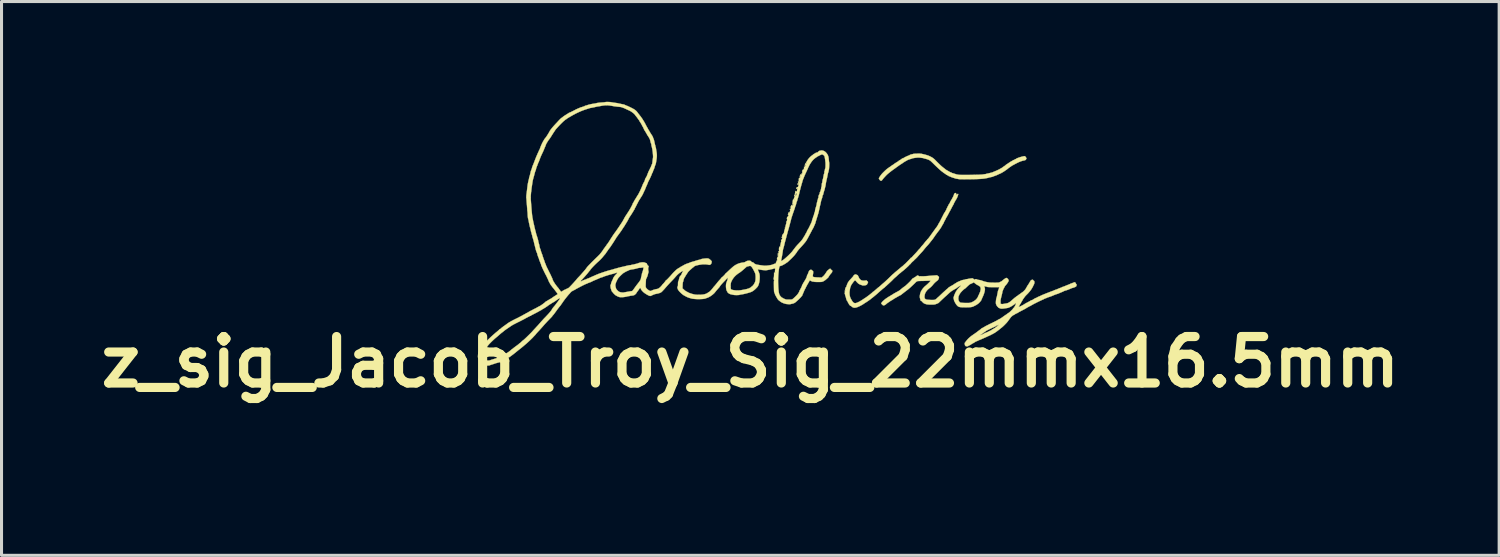
<source format=kicad_pcb>
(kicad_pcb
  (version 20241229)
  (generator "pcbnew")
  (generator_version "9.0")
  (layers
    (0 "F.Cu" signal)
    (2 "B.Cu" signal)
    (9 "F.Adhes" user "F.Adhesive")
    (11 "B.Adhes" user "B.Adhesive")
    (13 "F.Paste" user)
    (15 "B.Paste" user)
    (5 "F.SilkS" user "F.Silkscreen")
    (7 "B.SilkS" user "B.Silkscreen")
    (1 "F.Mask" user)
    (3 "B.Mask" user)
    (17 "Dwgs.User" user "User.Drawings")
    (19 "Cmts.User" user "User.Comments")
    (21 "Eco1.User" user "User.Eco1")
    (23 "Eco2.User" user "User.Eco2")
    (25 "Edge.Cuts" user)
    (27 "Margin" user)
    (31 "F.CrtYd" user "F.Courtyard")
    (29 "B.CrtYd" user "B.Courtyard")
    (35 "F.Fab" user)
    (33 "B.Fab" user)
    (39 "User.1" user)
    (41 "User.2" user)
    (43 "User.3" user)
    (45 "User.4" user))
  (footprint "z_sig_Jacob_Troy_Sig_22mmx16.5mm"
    (layer "F.Cu")
    (at 21.561 5.013)
    (property "Reference" "z_sig_Jacob_Troy_Sig_22mmx16.5mm" (at 0 3.81 180) (layer "F.SilkS") (effects (font (size 1.524 1.524) (thickness 0.3))))
    (attr through_hole)
    (fp_poly (pts (xy 4.217 -2.216) (xy 4.225 -2.234) (xy 4.225 -2.234) (xy 4.238 -2.257) (xy 4.255 -2.282) (xy 4.262 -2.293) (xy 4.278 -2.314) (xy 4.293 -2.334) (xy 4.3 -2.342) (xy 4.315 -2.361) (xy 4.337 -2.385) (xy 4.363 -2.411) (xy 4.391 -2.439) (xy 4.42 -2.467) (xy 4.448 -2.492) (xy 4.473 -2.514) (xy 4.493 -2.531) (xy 4.507 -2.54) (xy 4.512 -2.542) (xy 4.52 -2.547) (xy 4.532 -2.557) (xy 4.533 -2.559) (xy 4.546 -2.57) (xy 4.554 -2.576) (xy 4.555 -2.576) (xy 4.564 -2.58) (xy 4.581 -2.591) (xy 4.604 -2.607) (xy 4.63 -2.626) (xy 4.633 -2.629) (xy 4.649 -2.641) (xy 4.661 -2.649) (xy 4.665 -2.65) (xy 4.672 -2.654) (xy 4.686 -2.662) (xy 4.701 -2.674) (xy 4.715 -2.684) (xy 4.722 -2.69) (xy 4.729 -2.696) (xy 4.745 -2.706) (xy 4.767 -2.72) (xy 4.791 -2.735) (xy 4.816 -2.751) (xy 4.838 -2.764) (xy 4.839 -2.764) (xy 4.854 -2.774) (xy 4.863 -2.783) (xy 4.864 -2.785) (xy 4.869 -2.791) (xy 4.883 -2.799) (xy 4.886 -2.801) (xy 4.928 -2.824) (xy 4.957 -2.845) (xy 4.97 -2.856) (xy 4.99 -2.87) (xy 5.005 -2.872) (xy 5.02 -2.874) (xy 5.026 -2.879) (xy 5.026 -2.879) (xy 5.031 -2.885) (xy 5.047 -2.894) (xy 5.07 -2.907) (xy 5.097 -2.92) (xy 5.126 -2.934) (xy 5.154 -2.946) (xy 5.178 -2.956) (xy 5.181 -2.957) (xy 5.201 -2.965) (xy 5.216 -2.971) (xy 5.221 -2.974) (xy 5.232 -2.982) (xy 5.251 -2.99) (xy 5.273 -2.998) (xy 5.293 -3.002) (xy 5.295 -3.002) (xy 5.319 -3.007) (xy 5.339 -3.014) (xy 5.353 -3.017) (xy 5.377 -3.02) (xy 5.409 -3.022) (xy 5.446 -3.023) (xy 5.486 -3.024) (xy 5.525 -3.024) (xy 5.561 -3.024) (xy 5.591 -3.022) (xy 5.613 -3.02) (xy 5.622 -3.018) (xy 5.638 -3.013) (xy 5.646 -3.011) (xy 5.66 -3.008) (xy 5.682 -3.003) (xy 5.709 -2.997) (xy 5.735 -2.99) (xy 5.758 -2.984) (xy 5.771 -2.98) (xy 5.786 -2.975) (xy 5.806 -2.969) (xy 5.815 -2.967) (xy 5.845 -2.956) (xy 5.881 -2.94) (xy 5.92 -2.921) (xy 5.958 -2.9) (xy 5.989 -2.88) (xy 5.99 -2.879) (xy 6.014 -2.86) (xy 6.041 -2.837) (xy 6.064 -2.814) (xy 6.129 -2.748) (xy 6.187 -2.691) (xy 6.238 -2.642) (xy 6.285 -2.6) (xy 6.329 -2.565) (xy 6.35 -2.548) (xy 6.372 -2.532) (xy 6.39 -2.517) (xy 6.402 -2.507) (xy 6.402 -2.507) (xy 6.416 -2.496) (xy 6.435 -2.485) (xy 6.436 -2.484) (xy 6.452 -2.475) (xy 6.475 -2.462) (xy 6.502 -2.447) (xy 6.513 -2.44) (xy 6.54 -2.425) (xy 6.564 -2.413) (xy 6.583 -2.405) (xy 6.589 -2.403) (xy 6.604 -2.399) (xy 6.61 -2.394) (xy 6.61 -2.393) (xy 6.616 -2.389) (xy 6.63 -2.384) (xy 6.632 -2.384) (xy 6.652 -2.379) (xy 6.676 -2.371) (xy 6.688 -2.367) (xy 6.768 -2.342) (xy 6.84 -2.33) (xy 6.861 -2.328) (xy 6.895 -2.327) (xy 6.938 -2.326) (xy 6.989 -2.326) (xy 7.046 -2.326) (xy 7.108 -2.326) (xy 7.173 -2.326) (xy 7.24 -2.327) (xy 7.306 -2.328) (xy 7.37 -2.329) (xy 7.429 -2.331) (xy 7.484 -2.332) (xy 7.531 -2.334) (xy 7.569 -2.336) (xy 7.597 -2.338) (xy 7.608 -2.339) (xy 7.639 -2.343) (xy 7.671 -2.348) (xy 7.689 -2.35) (xy 7.712 -2.353) (xy 7.73 -2.357) (xy 7.736 -2.36) (xy 7.749 -2.364) (xy 7.769 -2.369) (xy 7.773 -2.37) (xy 7.808 -2.376) (xy 7.845 -2.385) (xy 7.882 -2.394) (xy 7.915 -2.403) (xy 7.944 -2.411) (xy 7.963 -2.419) (xy 7.969 -2.422) (xy 7.979 -2.427) (xy 7.997 -2.435) (xy 8.02 -2.444) (xy 8.049 -2.455) (xy 8.082 -2.47) (xy 8.112 -2.484) (xy 8.136 -2.495) (xy 8.155 -2.504) (xy 8.167 -2.508) (xy 8.168 -2.508) (xy 8.175 -2.512) (xy 8.175 -2.513) (xy 8.18 -2.519) (xy 8.195 -2.528) (xy 8.215 -2.538) (xy 8.239 -2.551) (xy 8.259 -2.564) (xy 8.271 -2.572) (xy 8.285 -2.584) (xy 8.306 -2.598) (xy 8.316 -2.605) (xy 8.336 -2.618) (xy 8.351 -2.629) (xy 8.366 -2.642) (xy 8.382 -2.656) (xy 8.394 -2.666) (xy 8.401 -2.67) (xy 8.409 -2.674) (xy 8.422 -2.683) (xy 8.426 -2.685) (xy 8.443 -2.697) (xy 8.457 -2.706) (xy 8.459 -2.707) (xy 8.47 -2.715) (xy 8.488 -2.727) (xy 8.502 -2.736) (xy 8.525 -2.752) (xy 8.55 -2.766) (xy 8.561 -2.772) (xy 8.58 -2.783) (xy 8.596 -2.792) (xy 8.599 -2.794) (xy 8.612 -2.802) (xy 8.63 -2.811) (xy 8.64 -2.815) (xy 8.66 -2.824) (xy 8.676 -2.833) (xy 8.681 -2.837) (xy 8.695 -2.844) (xy 8.703 -2.845) (xy 8.712 -2.848) (xy 8.714 -2.851) (xy 8.72 -2.858) (xy 8.737 -2.867) (xy 8.763 -2.878) (xy 8.795 -2.89) (xy 8.831 -2.903) (xy 8.869 -2.914) (xy 8.907 -2.925) (xy 8.941 -2.933) (xy 8.971 -2.939) (xy 8.994 -2.942) (xy 9.003 -2.941) (xy 9.017 -2.934) (xy 9.022 -2.926) (xy 9.027 -2.915) (xy 9.031 -2.913) (xy 9.037 -2.907) (xy 9.045 -2.894) (xy 9.052 -2.878) (xy 9.057 -2.864) (xy 9.058 -2.86) (xy 9.053 -2.853) (xy 9.051 -2.852) (xy 9.046 -2.847) (xy 9.044 -2.839) (xy 9.038 -2.825) (xy 9.021 -2.813) (xy 8.997 -2.804) (xy 8.989 -2.802) (xy 8.93 -2.79) (xy 8.87 -2.771) (xy 8.804 -2.744) (xy 8.732 -2.709) (xy 8.714 -2.699) (xy 8.681 -2.682) (xy 8.657 -2.669) (xy 8.657 -2.805) (xy 8.66 -2.808) (xy 8.657 -2.812) (xy 8.653 -2.808) (xy 8.657 -2.805) (xy 8.657 -2.669) (xy 8.649 -2.665) (xy 8.622 -2.65) (xy 8.603 -2.64) (xy 8.578 -2.626) (xy 8.554 -2.609) (xy 8.544 -2.602) (xy 8.528 -2.59) (xy 8.515 -2.583) (xy 8.512 -2.582) (xy 8.503 -2.577) (xy 8.501 -2.572) (xy 8.493 -2.563) (xy 8.488 -2.562) (xy 8.477 -2.558) (xy 8.47 -2.551) (xy 8.458 -2.539) (xy 8.437 -2.523) (xy 8.41 -2.502) (xy 8.378 -2.48) (xy 8.345 -2.457) (xy 8.313 -2.436) (xy 8.284 -2.418) (xy 8.261 -2.404) (xy 8.245 -2.397) (xy 8.244 -2.396) (xy 8.232 -2.391) (xy 8.229 -2.386) (xy 8.223 -2.38) (xy 8.222 -2.38) (xy 8.214 -2.378) (xy 8.196 -2.371) (xy 8.174 -2.361) (xy 8.149 -2.35) (xy 8.125 -2.339) (xy 8.106 -2.33) (xy 8.098 -2.325) (xy 8.086 -2.32) (xy 8.065 -2.312) (xy 8.038 -2.302) (xy 8.027 -2.298) (xy 8 -2.288) (xy 7.979 -2.28) (xy 7.965 -2.274) (xy 7.962 -2.272) (xy 7.952 -2.268) (xy 7.934 -2.263) (xy 7.915 -2.259) (xy 7.885 -2.252) (xy 7.853 -2.245) (xy 7.837 -2.241) (xy 7.789 -2.228) (xy 7.741 -2.218) (xy 7.692 -2.209) (xy 7.639 -2.202) (xy 7.582 -2.197) (xy 7.518 -2.193) (xy 7.445 -2.189) (xy 7.361 -2.187) (xy 7.308 -2.186) (xy 7.218 -2.184) (xy 7.139 -2.183) (xy 7.072 -2.183) (xy 7.016 -2.182) (xy 6.968 -2.183) (xy 6.928 -2.183) (xy 6.895 -2.184) (xy 6.868 -2.186) (xy 6.845 -2.187) (xy 6.826 -2.19) (xy 6.809 -2.193) (xy 6.806 -2.194) (xy 6.789 -2.197) (xy 6.766 -2.2) (xy 6.755 -2.202) (xy 6.731 -2.207) (xy 6.71 -2.213) (xy 6.703 -2.216) (xy 6.689 -2.223) (xy 6.681 -2.225) (xy 6.681 -2.225) (xy 6.67 -2.227) (xy 6.65 -2.233) (xy 6.624 -2.242) (xy 6.596 -2.252) (xy 6.569 -2.264) (xy 6.567 -2.265) (xy 6.544 -2.275) (xy 6.524 -2.282) (xy 6.512 -2.286) (xy 6.512 -2.286) (xy 6.503 -2.289) (xy 6.502 -2.292) (xy 6.497 -2.298) (xy 6.483 -2.306) (xy 6.475 -2.309) (xy 6.459 -2.318) (xy 6.449 -2.325) (xy 6.448 -2.327) (xy 6.445 -2.33) (xy 6.445 -2.346) (xy 6.448 -2.35) (xy 6.445 -2.353) (xy 6.442 -2.35) (xy 6.445 -2.346) (xy 6.445 -2.33) (xy 6.443 -2.333) (xy 6.434 -2.337) (xy 6.42 -2.343) (xy 6.401 -2.355) (xy 6.388 -2.364) (xy 6.37 -2.376) (xy 6.356 -2.385) (xy 6.351 -2.387) (xy 6.344 -2.391) (xy 6.331 -2.402) (xy 6.325 -2.407) (xy 6.311 -2.419) (xy 6.301 -2.427) (xy 6.299 -2.427) (xy 6.291 -2.432) (xy 6.275 -2.445) (xy 6.251 -2.465) (xy 6.222 -2.49) (xy 6.188 -2.521) (xy 6.151 -2.555) (xy 6.112 -2.592) (xy 6.073 -2.629) (xy 6.034 -2.667) (xy 6.007 -2.694) (xy 5.971 -2.729) (xy 5.939 -2.759) (xy 5.913 -2.783) (xy 5.893 -2.798) (xy 5.882 -2.805) (xy 5.866 -2.812) (xy 5.856 -2.818) (xy 5.855 -2.819) (xy 5.847 -2.823) (xy 5.83 -2.829) (xy 5.806 -2.837) (xy 5.781 -2.846) (xy 5.757 -2.853) (xy 5.738 -2.857) (xy 5.729 -2.859) (xy 5.714 -2.862) (xy 5.699 -2.868) (xy 5.682 -2.874) (xy 5.658 -2.88) (xy 5.642 -2.882) (xy 5.613 -2.885) (xy 5.585 -2.889) (xy 5.572 -2.891) (xy 5.548 -2.893) (xy 5.518 -2.894) (xy 5.498 -2.894) (xy 5.473 -2.893) (xy 5.442 -2.89) (xy 5.409 -2.886) (xy 5.375 -2.881) (xy 5.345 -2.876) (xy 5.322 -2.871) (xy 5.307 -2.867) (xy 5.305 -2.865) (xy 5.295 -2.86) (xy 5.277 -2.854) (xy 5.261 -2.85) (xy 5.229 -2.84) (xy 5.2 -2.831) (xy 5.175 -2.822) (xy 5.159 -2.815) (xy 5.154 -2.812) (xy 5.147 -2.806) (xy 5.13 -2.797) (xy 5.109 -2.786) (xy 5.108 -2.785) (xy 5.085 -2.773) (xy 5.059 -2.757) (xy 5.033 -2.741) (xy 5.01 -2.725) (xy 4.995 -2.714) (xy 4.992 -2.711) (xy 4.984 -2.706) (xy 4.97 -2.697) (xy 4.965 -2.694) (xy 4.953 -2.687) (xy 4.934 -2.674) (xy 4.908 -2.657) (xy 4.88 -2.638) (xy 4.851 -2.617) (xy 4.824 -2.598) (xy 4.801 -2.582) (xy 4.784 -2.569) (xy 4.776 -2.563) (xy 4.776 -2.563) (xy 4.769 -2.557) (xy 4.754 -2.547) (xy 4.734 -2.532) (xy 4.729 -2.529) (xy 4.684 -2.497) (xy 4.636 -2.462) (xy 4.59 -2.426) (xy 4.546 -2.391) (xy 4.509 -2.36) (xy 4.479 -2.333) (xy 4.476 -2.33) (xy 4.445 -2.299) (xy 4.415 -2.266) (xy 4.386 -2.235) (xy 4.362 -2.207) (xy 4.343 -2.184) (xy 4.331 -2.167) (xy 4.329 -2.164) (xy 4.317 -2.149) (xy 4.303 -2.138) (xy 4.291 -2.132) (xy 4.281 -2.133) (xy 4.267 -2.141) (xy 4.261 -2.145) (xy 4.245 -2.158) (xy 4.234 -2.172) (xy 4.233 -2.176) (xy 4.226 -2.191) (xy 4.22 -2.198) (xy 4.215 -2.205) (xy 4.217 -2.216)) (stroke (width 0.01) (type solid)) (fill yes) (layer "F.SilkS"))
    (fp_poly (pts (xy 3.098 1.54) (xy 3.102 1.519) (xy 3.101 1.504) (xy 3.1 1.488) (xy 3.102 1.465) (xy 3.107 1.438) (xy 3.108 1.436) (xy 3.113 1.41) (xy 3.118 1.389) (xy 3.12 1.376) (xy 3.12 1.376) (xy 3.127 1.367) (xy 3.131 1.365) (xy 3.138 1.359) (xy 3.146 1.344) (xy 3.152 1.328) (xy 3.162 1.297) (xy 3.174 1.265) (xy 3.187 1.235) (xy 3.199 1.209) (xy 3.21 1.19) (xy 3.217 1.181) (xy 3.219 1.18) (xy 3.225 1.175) (xy 3.225 1.171) (xy 3.23 1.162) (xy 3.241 1.146) (xy 3.258 1.127) (xy 3.261 1.124) (xy 3.3 1.082) (xy 3.33 1.049) (xy 3.353 1.024) (xy 3.368 1.006) (xy 3.378 0.993) (xy 3.383 0.985) (xy 3.384 0.982) (xy 3.388 0.972) (xy 3.399 0.961) (xy 3.411 0.952) (xy 3.421 0.948) (xy 3.423 0.949) (xy 3.427 0.948) (xy 3.428 0.945) (xy 3.433 0.939) (xy 3.447 0.937) (xy 3.463 0.938) (xy 3.478 0.942) (xy 3.484 0.948) (xy 3.492 0.956) (xy 3.497 0.956) (xy 3.511 0.957) (xy 3.525 0.971) (xy 3.539 0.995) (xy 3.548 1.015) (xy 3.569 1.06) (xy 3.596 1.096) (xy 3.626 1.121) (xy 3.654 1.134) (xy 3.687 1.14) (xy 3.728 1.141) (xy 3.77 1.139) (xy 3.787 1.136) (xy 3.806 1.134) (xy 3.816 1.135) (xy 3.819 1.14) (xy 3.819 1.142) (xy 3.824 1.152) (xy 3.832 1.156) (xy 3.845 1.166) (xy 3.849 1.174) (xy 3.856 1.184) (xy 3.86 1.187) (xy 3.862 1.191) (xy 3.857 1.203) (xy 3.857 1.203) (xy 3.848 1.221) (xy 3.844 1.234) (xy 3.839 1.248) (xy 3.835 1.253) (xy 3.827 1.263) (xy 3.824 1.269) (xy 3.814 1.279) (xy 3.793 1.288) (xy 3.766 1.295) (xy 3.736 1.3) (xy 3.707 1.301) (xy 3.681 1.299) (xy 3.662 1.293) (xy 3.66 1.292) (xy 3.644 1.284) (xy 3.624 1.278) (xy 3.623 1.278) (xy 3.602 1.271) (xy 3.579 1.26) (xy 3.574 1.257) (xy 3.559 1.247) (xy 3.548 1.241) (xy 3.547 1.241) (xy 3.54 1.236) (xy 3.528 1.224) (xy 3.511 1.208) (xy 3.493 1.189) (xy 3.477 1.171) (xy 3.465 1.157) (xy 3.463 1.155) (xy 3.45 1.141) (xy 3.438 1.133) (xy 3.435 1.133) (xy 3.424 1.138) (xy 3.409 1.153) (xy 3.389 1.175) (xy 3.368 1.202) (xy 3.347 1.231) (xy 3.327 1.26) (xy 3.31 1.287) (xy 3.298 1.31) (xy 3.293 1.326) (xy 3.293 1.329) (xy 3.289 1.342) (xy 3.286 1.346) (xy 3.281 1.356) (xy 3.276 1.375) (xy 3.272 1.391) (xy 3.267 1.421) (xy 3.262 1.454) (xy 3.259 1.467) (xy 3.253 1.528) (xy 3.255 1.589) (xy 3.263 1.647) (xy 3.279 1.698) (xy 3.287 1.717) (xy 3.316 1.77) (xy 3.341 1.811) (xy 3.364 1.842) (xy 3.387 1.863) (xy 3.409 1.875) (xy 3.432 1.88) (xy 3.453 1.879) (xy 3.48 1.872) (xy 3.514 1.859) (xy 3.555 1.84) (xy 3.598 1.817) (xy 3.642 1.791) (xy 3.684 1.764) (xy 3.693 1.758) (xy 3.72 1.74) (xy 3.749 1.72) (xy 3.772 1.706) (xy 3.791 1.694) (xy 3.816 1.676) (xy 3.846 1.653) (xy 3.879 1.629) (xy 3.912 1.604) (xy 3.943 1.579) (xy 3.971 1.556) (xy 3.994 1.537) (xy 4.009 1.523) (xy 4.015 1.516) (xy 4.024 1.506) (xy 4.031 1.504) (xy 4.041 1.499) (xy 4.056 1.489) (xy 4.061 1.484) (xy 4.076 1.47) (xy 4.098 1.451) (xy 4.121 1.431) (xy 4.124 1.429) (xy 4.144 1.411) (xy 4.161 1.396) (xy 4.172 1.387) (xy 4.173 1.386) (xy 4.182 1.377) (xy 4.198 1.366) (xy 4.203 1.362) (xy 4.218 1.351) (xy 4.229 1.343) (xy 4.23 1.342) (xy 4.237 1.335) (xy 4.253 1.321) (xy 4.275 1.302) (xy 4.3 1.279) (xy 4.328 1.254) (xy 4.356 1.23) (xy 4.382 1.208) (xy 4.402 1.19) (xy 4.423 1.172) (xy 4.451 1.146) (xy 4.484 1.115) (xy 4.52 1.081) (xy 4.557 1.045) (xy 4.575 1.027) (xy 4.608 0.995) (xy 4.638 0.966) (xy 4.664 0.942) (xy 4.684 0.924) (xy 4.697 0.913) (xy 4.701 0.91) (xy 4.708 0.907) (xy 4.709 0.905) (xy 4.714 0.899) (xy 4.727 0.886) (xy 4.747 0.868) (xy 4.772 0.848) (xy 4.774 0.846) (xy 4.812 0.815) (xy 4.847 0.785) (xy 4.879 0.759) (xy 4.905 0.736) (xy 4.925 0.72) (xy 4.936 0.71) (xy 4.938 0.708) (xy 4.945 0.702) (xy 4.959 0.691) (xy 4.979 0.676) (xy 4.979 0.676) (xy 5.002 0.658) (xy 5.022 0.64) (xy 5.034 0.628) (xy 5.047 0.615) (xy 5.056 0.607) (xy 5.057 0.607) (xy 5.063 0.602) (xy 5.077 0.59) (xy 5.097 0.571) (xy 5.121 0.547) (xy 5.147 0.52) (xy 5.174 0.493) (xy 5.2 0.466) (xy 5.224 0.441) (xy 5.243 0.42) (xy 5.256 0.405) (xy 5.262 0.398) (xy 5.262 0.398) (xy 5.267 0.392) (xy 5.281 0.386) (xy 5.282 0.385) (xy 5.298 0.377) (xy 5.307 0.367) (xy 5.313 0.357) (xy 5.327 0.341) (xy 5.346 0.32) (xy 5.359 0.307) (xy 5.404 0.26) (xy 5.453 0.207) (xy 5.501 0.151) (xy 5.512 0.138) (xy 5.53 0.117) (xy 5.55 0.097) (xy 5.557 0.091) (xy 5.57 0.077) (xy 5.578 0.065) (xy 5.579 0.062) (xy 5.582 0.054) (xy 5.584 0.054) (xy 5.59 0.049) (xy 5.602 0.036) (xy 5.616 0.019) (xy 5.63 0.000096) (xy 5.642 -0.013) (xy 5.648 -0.019) (xy 5.653 -0.025) (xy 5.666 -0.039) (xy 5.683 -0.06) (xy 5.703 -0.086) (xy 5.706 -0.09) (xy 5.728 -0.118) (xy 5.749 -0.144) (xy 5.768 -0.165) (xy 5.78 -0.178) (xy 5.78 -0.178) (xy 5.793 -0.192) (xy 5.801 -0.204) (xy 5.801 -0.207) (xy 5.806 -0.215) (xy 5.81 -0.216) (xy 5.818 -0.221) (xy 5.831 -0.235) (xy 5.848 -0.255) (xy 5.863 -0.275) (xy 5.878 -0.295) (xy 5.898 -0.322) (xy 5.921 -0.355) (xy 5.947 -0.391) (xy 5.974 -0.428) (xy 6.001 -0.466) (xy 6.026 -0.501) (xy 6.048 -0.531) (xy 6.066 -0.556) (xy 6.077 -0.573) (xy 6.081 -0.578) (xy 6.09 -0.59) (xy 6.103 -0.605) (xy 6.106 -0.609) (xy 6.118 -0.624) (xy 6.124 -0.636) (xy 6.125 -0.639) (xy 6.128 -0.647) (xy 6.13 -0.647) (xy 6.133 -0.648) (xy 6.136 -0.651) (xy 6.141 -0.66) (xy 6.149 -0.675) (xy 6.162 -0.7) (xy 6.168 -0.712) (xy 6.18 -0.734) (xy 6.19 -0.751) (xy 6.196 -0.76) (xy 6.202 -0.768) (xy 6.212 -0.787) (xy 6.226 -0.813) (xy 6.243 -0.846) (xy 6.261 -0.883) (xy 6.262 -0.885) (xy 6.291 -0.941) (xy 6.314 -0.986) (xy 6.332 -1.023) (xy 6.347 -1.051) (xy 6.359 -1.072) (xy 6.369 -1.088) (xy 6.378 -1.1) (xy 6.379 -1.102) (xy 6.389 -1.116) (xy 6.394 -1.127) (xy 6.395 -1.128) (xy 6.398 -1.137) (xy 6.408 -1.152) (xy 6.411 -1.157) (xy 6.422 -1.174) (xy 6.428 -1.187) (xy 6.428 -1.19) (xy 6.431 -1.201) (xy 6.439 -1.22) (xy 6.448 -1.237) (xy 6.459 -1.258) (xy 6.466 -1.274) (xy 6.469 -1.281) (xy 6.473 -1.292) (xy 6.479 -1.299) (xy 6.488 -1.313) (xy 6.493 -1.327) (xy 6.5 -1.342) (xy 6.512 -1.363) (xy 6.524 -1.379) (xy 6.538 -1.401) (xy 6.549 -1.422) (xy 6.554 -1.435) (xy 6.558 -1.45) (xy 6.563 -1.456) (xy 6.563 -1.456) (xy 6.569 -1.462) (xy 6.576 -1.476) (xy 6.577 -1.477) (xy 6.585 -1.494) (xy 6.593 -1.506) (xy 6.593 -1.506) (xy 6.6 -1.516) (xy 6.61 -1.534) (xy 6.619 -1.551) (xy 6.632 -1.575) (xy 6.643 -1.597) (xy 6.649 -1.608) (xy 6.661 -1.631) (xy 6.667 -1.646) (xy 6.67 -1.655) (xy 6.671 -1.662) (xy 6.674 -1.671) (xy 6.677 -1.672) (xy 6.681 -1.678) (xy 6.68 -1.684) (xy 6.682 -1.699) (xy 6.694 -1.714) (xy 6.71 -1.727) (xy 6.727 -1.733) (xy 6.73 -1.733) (xy 6.744 -1.731) (xy 6.749 -1.721) (xy 6.749 -1.716) (xy 6.753 -1.694) (xy 6.76 -1.683) (xy 6.771 -1.682) (xy 6.774 -1.683) (xy 6.788 -1.69) (xy 6.794 -1.697) (xy 6.804 -1.705) (xy 6.814 -1.703) (xy 6.819 -1.692) (xy 6.819 -1.691) (xy 6.816 -1.678) (xy 6.81 -1.656) (xy 6.801 -1.63) (xy 6.797 -1.618) (xy 6.785 -1.588) (xy 6.771 -1.559) (xy 6.758 -1.535) (xy 6.756 -1.531) (xy 6.737 -1.502) (xy 6.719 -1.47) (xy 6.701 -1.437) (xy 6.685 -1.407) (xy 6.673 -1.382) (xy 6.666 -1.363) (xy 6.664 -1.356) (xy 6.661 -1.349) (xy 6.659 -1.349) (xy 6.655 -1.343) (xy 6.645 -1.327) (xy 6.632 -1.303) (xy 6.616 -1.273) (xy 6.6 -1.242) (xy 6.582 -1.208) (xy 6.567 -1.178) (xy 6.554 -1.154) (xy 6.545 -1.138) (xy 6.542 -1.133) (xy 6.537 -1.125) (xy 6.528 -1.109) (xy 6.517 -1.088) (xy 6.516 -1.086) (xy 6.502 -1.057) (xy 6.485 -1.026) (xy 6.469 -0.996) (xy 6.454 -0.97) (xy 6.443 -0.95) (xy 6.438 -0.943) (xy 6.432 -0.933) (xy 6.421 -0.915) (xy 6.409 -0.89) (xy 6.401 -0.873) (xy 6.388 -0.847) (xy 6.376 -0.827) (xy 6.368 -0.813) (xy 6.366 -0.81) (xy 6.361 -0.803) (xy 6.361 -0.802) (xy 6.358 -0.792) (xy 6.35 -0.774) (xy 6.34 -0.751) (xy 6.329 -0.729) (xy 6.318 -0.709) (xy 6.31 -0.697) (xy 6.309 -0.696) (xy 6.302 -0.685) (xy 6.291 -0.667) (xy 6.283 -0.652) (xy 6.272 -0.631) (xy 6.258 -0.607) (xy 6.242 -0.582) (xy 6.228 -0.561) (xy 6.217 -0.545) (xy 6.212 -0.539) (xy 6.206 -0.531) (xy 6.202 -0.525) (xy 6.194 -0.513) (xy 6.181 -0.496) (xy 6.177 -0.491) (xy 6.155 -0.463) (xy 6.129 -0.429) (xy 6.103 -0.393) (xy 6.078 -0.359) (xy 6.057 -0.33) (xy 6.051 -0.32) (xy 6.041 -0.307) (xy 6.028 -0.287) (xy 6.016 -0.269) (xy 6 -0.246) (xy 5.985 -0.225) (xy 5.975 -0.213) (xy 5.965 -0.2) (xy 5.949 -0.179) (xy 5.928 -0.154) (xy 5.906 -0.126) (xy 5.906 -0.125) (xy 5.876 -0.088) (xy 5.852 -0.058) (xy 5.831 -0.034) (xy 5.81 -0.011) (xy 5.788 0.013) (xy 5.786 0.015) (xy 5.767 0.036) (xy 5.745 0.061) (xy 5.735 0.073) (xy 5.721 0.09) (xy 5.711 0.103) (xy 5.706 0.108) (xy 5.701 0.115) (xy 5.689 0.129) (xy 5.677 0.145) (xy 5.662 0.164) (xy 5.64 0.189) (xy 5.622 0.208) (xy 5.622 0.04) (xy 5.626 0.037) (xy 5.622 0.034) (xy 5.619 0.037) (xy 5.622 0.04) (xy 5.622 0.208) (xy 5.615 0.216) (xy 5.597 0.235) (xy 5.572 0.262) (xy 5.546 0.291) (xy 5.523 0.316) (xy 5.511 0.33) (xy 5.492 0.351) (xy 5.47 0.376) (xy 5.445 0.401) (xy 5.421 0.425) (xy 5.4 0.444) (xy 5.385 0.457) (xy 5.38 0.46) (xy 5.371 0.47) (xy 5.37 0.476) (xy 5.366 0.484) (xy 5.363 0.485) (xy 5.355 0.49) (xy 5.34 0.502) (xy 5.322 0.518) (xy 5.302 0.537) (xy 5.284 0.555) (xy 5.27 0.571) (xy 5.262 0.581) (xy 5.262 0.582) (xy 5.257 0.591) (xy 5.244 0.602) (xy 5.238 0.606) (xy 5.224 0.617) (xy 5.215 0.625) (xy 5.215 0.627) (xy 5.21 0.634) (xy 5.197 0.648) (xy 5.177 0.668) (xy 5.152 0.691) (xy 5.125 0.717) (xy 5.097 0.742) (xy 5.076 0.76) (xy 5.06 0.774) (xy 5.05 0.784) (xy 5.049 0.785) (xy 5.041 0.792) (xy 5.025 0.805) (xy 5.003 0.822) (xy 4.99 0.832) (xy 4.968 0.849) (xy 4.95 0.863) (xy 4.94 0.873) (xy 4.938 0.876) (xy 4.933 0.882) (xy 4.923 0.888) (xy 4.91 0.897) (xy 4.89 0.913) (xy 4.863 0.936) (xy 4.831 0.965) (xy 4.796 0.999) (xy 4.791 1.003) (xy 4.775 1.017) (xy 4.763 1.028) (xy 4.759 1.03) (xy 4.751 1.037) (xy 4.736 1.05) (xy 4.717 1.068) (xy 4.697 1.087) (xy 4.678 1.106) (xy 4.664 1.121) (xy 4.658 1.128) (xy 4.649 1.136) (xy 4.633 1.152) (xy 4.61 1.174) (xy 4.583 1.199) (xy 4.554 1.226) (xy 4.524 1.254) (xy 4.495 1.28) (xy 4.47 1.304) (xy 4.449 1.322) (xy 4.442 1.328) (xy 4.423 1.345) (xy 4.408 1.359) (xy 4.4 1.368) (xy 4.4 1.369) (xy 4.392 1.375) (xy 4.391 1.376) (xy 4.383 1.38) (xy 4.368 1.391) (xy 4.348 1.407) (xy 4.341 1.412) (xy 4.341 1.295) (xy 4.345 1.291) (xy 4.341 1.288) (xy 4.338 1.291) (xy 4.341 1.295) (xy 4.341 1.412) (xy 4.339 1.414) (xy 4.316 1.434) (xy 4.294 1.453) (xy 4.278 1.467) (xy 4.275 1.47) (xy 4.258 1.484) (xy 4.245 1.496) (xy 4.244 1.497) (xy 4.213 1.524) (xy 4.179 1.555) (xy 4.143 1.587) (xy 4.106 1.618) (xy 4.072 1.646) (xy 4.043 1.671) (xy 4.02 1.689) (xy 4.011 1.696) (xy 3.988 1.713) (xy 3.965 1.731) (xy 3.96 1.736) (xy 3.941 1.752) (xy 3.924 1.765) (xy 3.907 1.777) (xy 3.886 1.792) (xy 3.859 1.81) (xy 3.836 1.826) (xy 3.818 1.838) (xy 3.807 1.846) (xy 3.805 1.847) (xy 3.797 1.853) (xy 3.785 1.859) (xy 3.767 1.869) (xy 3.755 1.877) (xy 3.722 1.901) (xy 3.682 1.926) (xy 3.637 1.952) (xy 3.591 1.976) (xy 3.546 1.997) (xy 3.505 2.013) (xy 3.471 2.024) (xy 3.466 2.025) (xy 3.423 2.031) (xy 3.387 2.028) (xy 3.356 2.016) (xy 3.325 1.993) (xy 3.321 1.989) (xy 3.306 1.977) (xy 3.293 1.97) (xy 3.289 1.969) (xy 3.278 1.964) (xy 3.263 1.951) (xy 3.248 1.935) (xy 3.237 1.919) (xy 3.232 1.908) (xy 3.227 1.894) (xy 3.223 1.89) (xy 3.215 1.881) (xy 3.206 1.864) (xy 3.198 1.848) (xy 3.188 1.825) (xy 3.177 1.807) (xy 3.171 1.799) (xy 3.161 1.788) (xy 3.158 1.781) (xy 3.156 1.77) (xy 3.15 1.755) (xy 3.144 1.738) (xy 3.142 1.726) (xy 3.139 1.712) (xy 3.133 1.69) (xy 3.126 1.667) (xy 3.119 1.647) (xy 3.117 1.642) (xy 3.117 1.487) (xy 3.118 1.487) (xy 3.123 1.477) (xy 3.124 1.467) (xy 3.122 1.452) (xy 3.118 1.446) (xy 3.113 1.449) (xy 3.111 1.463) (xy 3.111 1.467) (xy 3.112 1.482) (xy 3.117 1.487) (xy 3.117 1.642) (xy 3.116 1.641) (xy 3.112 1.628) (xy 3.111 1.621) (xy 3.111 1.614) (xy 3.108 1.603) (xy 3.101 1.583) (xy 3.097 1.573) (xy 3.095 1.552) (xy 3.098 1.54)) (stroke (width 0.01) (type solid)) (fill yes) (layer "F.SilkS"))
    (fp_poly (pts (xy 4.304 1.866) (xy 4.317 1.847) (xy 4.339 1.823) (xy 4.367 1.797) (xy 4.397 1.77) (xy 4.428 1.745) (xy 4.457 1.724) (xy 4.466 1.718) (xy 4.483 1.707) (xy 4.504 1.693) (xy 4.514 1.686) (xy 4.532 1.674) (xy 4.546 1.667) (xy 4.551 1.665) (xy 4.56 1.662) (xy 4.56 1.66) (xy 4.566 1.654) (xy 4.58 1.645) (xy 4.587 1.642) (xy 4.604 1.633) (xy 4.613 1.626) (xy 4.614 1.624) (xy 4.62 1.619) (xy 4.623 1.618) (xy 4.633 1.615) (xy 4.65 1.605) (xy 4.669 1.592) (xy 4.684 1.582) (xy 4.7 1.572) (xy 4.721 1.559) (xy 4.748 1.544) (xy 4.782 1.526) (xy 4.825 1.502) (xy 4.854 1.487) (xy 4.882 1.47) (xy 4.913 1.448) (xy 4.938 1.426) (xy 4.959 1.408) (xy 4.986 1.386) (xy 5.016 1.363) (xy 5.045 1.342) (xy 5.068 1.326) (xy 5.07 1.325) (xy 5.082 1.316) (xy 5.101 1.299) (xy 5.126 1.276) (xy 5.156 1.249) (xy 5.187 1.219) (xy 5.218 1.189) (xy 5.241 1.166) (xy 5.256 1.149) (xy 5.274 1.129) (xy 5.291 1.108) (xy 5.305 1.09) (xy 5.311 1.081) (xy 5.32 1.073) (xy 5.323 1.072) (xy 5.333 1.068) (xy 5.348 1.059) (xy 5.352 1.057) (xy 5.389 1.032) (xy 5.41 1.021) (xy 5.421 1.014) (xy 5.437 1.002) (xy 5.448 0.993) (xy 5.465 0.981) (xy 5.479 0.973) (xy 5.484 0.971) (xy 5.495 0.974) (xy 5.512 0.982) (xy 5.522 0.988) (xy 5.542 0.998) (xy 5.558 1.001) (xy 5.571 0.998) (xy 5.586 0.995) (xy 5.594 0.996) (xy 5.594 0.996) (xy 5.603 0.998) (xy 5.623 0.999) (xy 5.652 0.999) (xy 5.687 0.998) (xy 5.727 0.996) (xy 5.768 0.993) (xy 5.809 0.99) (xy 5.831 0.988) (xy 5.874 0.984) (xy 5.922 0.98) (xy 5.967 0.977) (xy 6.003 0.974) (xy 6.037 0.972) (xy 6.067 0.97) (xy 6.09 0.968) (xy 6.102 0.967) (xy 6.117 0.966) (xy 6.13 0.971) (xy 6.147 0.984) (xy 6.153 0.989) (xy 6.169 1.003) (xy 6.181 1.013) (xy 6.185 1.016) (xy 6.187 1.024) (xy 6.187 1.04) (xy 6.186 1.046) (xy 6.183 1.065) (xy 6.174 1.088) (xy 6.163 1.109) (xy 6.152 1.125) (xy 6.144 1.132) (xy 6.134 1.138) (xy 6.13 1.142) (xy 6.121 1.15) (xy 6.104 1.163) (xy 6.084 1.18) (xy 6.083 1.181) (xy 6.06 1.201) (xy 6.034 1.227) (xy 6.009 1.255) (xy 6.001 1.265) (xy 5.966 1.307) (xy 5.934 1.34) (xy 5.903 1.368) (xy 5.872 1.392) (xy 5.816 1.439) (xy 5.772 1.491) (xy 5.744 1.538) (xy 5.744 1.335) (xy 5.747 1.332) (xy 5.744 1.328) (xy 5.74 1.332) (xy 5.744 1.335) (xy 5.744 1.538) (xy 5.739 1.546) (xy 5.72 1.603) (xy 5.713 1.661) (xy 5.714 1.696) (xy 5.72 1.721) (xy 5.733 1.739) (xy 5.753 1.752) (xy 5.763 1.757) (xy 5.785 1.763) (xy 5.817 1.768) (xy 5.858 1.771) (xy 5.904 1.774) (xy 5.953 1.775) (xy 5.996 1.775) (xy 6.025 1.773) (xy 6.045 1.771) (xy 6.061 1.765) (xy 6.077 1.756) (xy 6.081 1.753) (xy 6.1 1.739) (xy 6.115 1.726) (xy 6.119 1.721) (xy 6.131 1.709) (xy 6.147 1.695) (xy 6.148 1.693) (xy 6.161 1.683) (xy 6.181 1.665) (xy 6.205 1.643) (xy 6.231 1.618) (xy 6.233 1.616) (xy 6.286 1.566) (xy 6.335 1.52) (xy 6.381 1.479) (xy 6.42 1.443) (xy 6.453 1.415) (xy 6.464 1.406) (xy 6.482 1.39) (xy 6.496 1.376) (xy 6.502 1.368) (xy 6.502 1.368) (xy 6.508 1.362) (xy 6.51 1.362) (xy 6.519 1.358) (xy 6.534 1.349) (xy 6.538 1.346) (xy 6.559 1.331) (xy 6.583 1.318) (xy 6.587 1.317) (xy 6.604 1.308) (xy 6.626 1.295) (xy 6.65 1.281) (xy 6.672 1.266) (xy 6.689 1.255) (xy 6.698 1.247) (xy 6.698 1.247) (xy 6.706 1.242) (xy 6.721 1.234) (xy 6.726 1.231) (xy 6.745 1.221) (xy 6.761 1.209) (xy 6.763 1.208) (xy 6.774 1.2) (xy 6.795 1.189) (xy 6.821 1.177) (xy 6.836 1.171) (xy 6.864 1.159) (xy 6.887 1.149) (xy 6.904 1.142) (xy 6.908 1.139) (xy 6.924 1.133) (xy 6.947 1.126) (xy 6.974 1.12) (xy 6.995 1.116) (xy 7.013 1.113) (xy 7.042 1.107) (xy 7.076 1.099) (xy 7.113 1.091) (xy 7.148 1.083) (xy 7.15 1.083) (xy 7.181 1.077) (xy 7.213 1.072) (xy 7.233 1.07) (xy 7.255 1.067) (xy 7.27 1.065) (xy 7.276 1.063) (xy 7.284 1.063) (xy 7.298 1.069) (xy 7.313 1.079) (xy 7.323 1.089) (xy 7.325 1.092) (xy 7.336 1.103) (xy 7.353 1.108) (xy 7.368 1.105) (xy 7.373 1.101) (xy 7.386 1.095) (xy 7.405 1.095) (xy 7.427 1.1) (xy 7.438 1.105) (xy 7.455 1.111) (xy 7.475 1.116) (xy 7.518 1.122) (xy 7.553 1.129) (xy 7.576 1.135) (xy 7.586 1.139) (xy 7.606 1.147) (xy 7.635 1.157) (xy 7.669 1.168) (xy 7.704 1.178) (xy 7.727 1.183) (xy 7.77 1.192) (xy 7.809 1.198) (xy 7.847 1.203) (xy 7.887 1.206) (xy 7.934 1.207) (xy 7.991 1.208) (xy 8.004 1.208) (xy 8.057 1.208) (xy 8.098 1.207) (xy 8.129 1.206) (xy 8.151 1.203) (xy 8.165 1.2) (xy 8.173 1.196) (xy 8.175 1.194) (xy 8.182 1.189) (xy 8.199 1.182) (xy 8.209 1.178) (xy 8.232 1.166) (xy 8.257 1.149) (xy 8.273 1.135) (xy 8.297 1.115) (xy 8.323 1.095) (xy 8.349 1.077) (xy 8.372 1.062) (xy 8.389 1.054) (xy 8.396 1.052) (xy 8.408 1.055) (xy 8.423 1.064) (xy 8.439 1.074) (xy 8.449 1.084) (xy 8.451 1.088) (xy 8.455 1.097) (xy 8.464 1.11) (xy 8.472 1.122) (xy 8.473 1.135) (xy 8.469 1.155) (xy 8.462 1.172) (xy 8.449 1.196) (xy 8.431 1.223) (xy 8.411 1.251) (xy 8.392 1.275) (xy 8.376 1.294) (xy 8.369 1.299) (xy 8.36 1.31) (xy 8.348 1.328) (xy 8.344 1.337) (xy 8.332 1.359) (xy 8.318 1.386) (xy 8.309 1.402) (xy 8.299 1.423) (xy 8.291 1.44) (xy 8.289 1.448) (xy 8.286 1.459) (xy 8.279 1.477) (xy 8.276 1.483) (xy 8.269 1.499) (xy 8.266 1.51) (xy 8.266 1.512) (xy 8.267 1.52) (xy 8.264 1.536) (xy 8.262 1.545) (xy 8.257 1.566) (xy 8.253 1.584) (xy 8.252 1.588) (xy 8.25 1.599) (xy 8.245 1.621) (xy 8.237 1.65) (xy 8.229 1.683) (xy 8.227 1.689) (xy 8.218 1.729) (xy 8.211 1.76) (xy 8.208 1.787) (xy 8.207 1.813) (xy 8.207 1.839) (xy 8.209 1.901) (xy 8.234 1.907) (xy 8.261 1.911) (xy 8.289 1.908) (xy 8.31 1.904) (xy 8.338 1.899) (xy 8.371 1.894) (xy 8.385 1.891) (xy 8.419 1.885) (xy 8.443 1.878) (xy 8.464 1.869) (xy 8.487 1.856) (xy 8.497 1.85) (xy 8.519 1.834) (xy 8.539 1.82) (xy 8.551 1.809) (xy 8.553 1.808) (xy 8.563 1.799) (xy 8.58 1.783) (xy 8.6 1.765) (xy 8.606 1.76) (xy 8.627 1.742) (xy 8.644 1.727) (xy 8.655 1.717) (xy 8.656 1.716) (xy 8.666 1.708) (xy 8.682 1.696) (xy 8.687 1.692) (xy 8.707 1.678) (xy 8.725 1.663) (xy 8.727 1.661) (xy 8.741 1.65) (xy 8.751 1.645) (xy 8.752 1.645) (xy 8.761 1.641) (xy 8.771 1.632) (xy 8.784 1.621) (xy 8.803 1.607) (xy 8.818 1.597) (xy 8.844 1.579) (xy 8.871 1.559) (xy 8.884 1.55) (xy 8.901 1.536) (xy 8.914 1.527) (xy 8.919 1.524) (xy 8.929 1.519) (xy 8.945 1.506) (xy 8.965 1.488) (xy 8.986 1.467) (xy 9.006 1.445) (xy 9.023 1.424) (xy 9.034 1.408) (xy 9.035 1.406) (xy 9.045 1.387) (xy 9.058 1.365) (xy 9.061 1.359) (xy 9.073 1.338) (xy 9.084 1.32) (xy 9.086 1.315) (xy 9.094 1.301) (xy 9.098 1.295) (xy 9.108 1.282) (xy 9.124 1.259) (xy 9.144 1.226) (xy 9.168 1.184) (xy 9.191 1.145) (xy 9.203 1.132) (xy 9.223 1.12) (xy 9.244 1.112) (xy 9.261 1.111) (xy 9.262 1.111) (xy 9.274 1.12) (xy 9.281 1.13) (xy 9.289 1.142) (xy 9.296 1.146) (xy 9.308 1.152) (xy 9.316 1.169) (xy 9.319 1.192) (xy 9.318 1.211) (xy 9.314 1.232) (xy 9.309 1.249) (xy 9.307 1.253) (xy 9.302 1.265) (xy 9.292 1.284) (xy 9.281 1.308) (xy 9.28 1.311) (xy 9.247 1.375) (xy 9.209 1.436) (xy 9.162 1.497) (xy 9.107 1.56) (xy 9.063 1.604) (xy 9.038 1.629) (xy 9.015 1.655) (xy 8.996 1.678) (xy 8.989 1.689) (xy 8.975 1.709) (xy 8.963 1.726) (xy 8.957 1.733) (xy 8.949 1.744) (xy 8.937 1.763) (xy 8.925 1.786) (xy 8.924 1.789) (xy 8.912 1.81) (xy 8.902 1.826) (xy 8.896 1.834) (xy 8.896 1.834) (xy 8.89 1.84) (xy 8.884 1.854) (xy 8.882 1.859) (xy 8.874 1.879) (xy 8.864 1.895) (xy 8.862 1.896) (xy 8.854 1.908) (xy 8.841 1.928) (xy 8.828 1.952) (xy 8.826 1.957) (xy 8.801 2.004) (xy 8.82 2) (xy 8.837 1.994) (xy 8.863 1.982) (xy 8.894 1.967) (xy 8.927 1.949) (xy 8.96 1.931) (xy 8.988 1.914) (xy 9.009 1.9) (xy 9.014 1.897) (xy 9.024 1.891) (xy 9.041 1.882) (xy 9.051 1.876) (xy 9.077 1.863) (xy 9.105 1.848) (xy 9.134 1.832) (xy 9.161 1.818) (xy 9.182 1.805) (xy 9.196 1.796) (xy 9.2 1.793) (xy 9.208 1.789) (xy 9.224 1.784) (xy 9.229 1.783) (xy 9.251 1.776) (xy 9.271 1.764) (xy 9.272 1.763) (xy 9.292 1.749) (xy 9.318 1.734) (xy 9.346 1.719) (xy 9.37 1.708) (xy 9.383 1.704) (xy 9.4 1.697) (xy 9.41 1.69) (xy 9.42 1.683) (xy 9.439 1.674) (xy 9.463 1.663) (xy 9.465 1.663) (xy 9.491 1.652) (xy 9.516 1.641) (xy 9.532 1.632) (xy 9.547 1.625) (xy 9.572 1.614) (xy 9.604 1.601) (xy 9.642 1.585) (xy 9.683 1.569) (xy 9.723 1.553) (xy 9.752 1.542) (xy 9.779 1.532) (xy 9.806 1.521) (xy 9.818 1.516) (xy 9.839 1.508) (xy 9.867 1.497) (xy 9.896 1.487) (xy 9.899 1.486) (xy 9.924 1.477) (xy 9.943 1.47) (xy 9.954 1.465) (xy 9.955 1.464) (xy 9.962 1.46) (xy 9.979 1.453) (xy 10.003 1.444) (xy 10.015 1.44) (xy 10.042 1.431) (xy 10.063 1.423) (xy 10.077 1.417) (xy 10.08 1.416) (xy 10.088 1.411) (xy 10.105 1.404) (xy 10.126 1.395) (xy 10.147 1.387) (xy 10.164 1.381) (xy 10.17 1.379) (xy 10.189 1.373) (xy 10.208 1.365) (xy 10.218 1.359) (xy 10.232 1.351) (xy 10.248 1.346) (xy 10.263 1.341) (xy 10.286 1.333) (xy 10.314 1.322) (xy 10.329 1.316) (xy 10.363 1.301) (xy 10.4 1.287) (xy 10.432 1.274) (xy 10.44 1.271) (xy 10.464 1.261) (xy 10.483 1.253) (xy 10.493 1.247) (xy 10.494 1.247) (xy 10.502 1.242) (xy 10.519 1.236) (xy 10.531 1.232) (xy 10.559 1.223) (xy 10.587 1.211) (xy 10.595 1.208) (xy 10.616 1.199) (xy 10.633 1.194) (xy 10.638 1.194) (xy 10.652 1.199) (xy 10.666 1.212) (xy 10.675 1.228) (xy 10.676 1.235) (xy 10.681 1.247) (xy 10.693 1.26) (xy 10.693 1.26) (xy 10.704 1.271) (xy 10.703 1.278) (xy 10.698 1.287) (xy 10.699 1.297) (xy 10.697 1.316) (xy 10.681 1.334) (xy 10.654 1.351) (xy 10.62 1.364) (xy 10.595 1.373) (xy 10.574 1.379) (xy 10.562 1.382) (xy 10.561 1.382) (xy 10.55 1.385) (xy 10.533 1.392) (xy 10.525 1.395) (xy 10.449 1.428) (xy 10.383 1.453) (xy 10.338 1.466) (xy 10.312 1.474) (xy 10.288 1.484) (xy 10.278 1.489) (xy 10.261 1.497) (xy 10.237 1.509) (xy 10.207 1.521) (xy 10.191 1.528) (xy 10.163 1.539) (xy 10.14 1.549) (xy 10.124 1.556) (xy 10.12 1.558) (xy 10.11 1.563) (xy 10.091 1.57) (xy 10.067 1.578) (xy 10.056 1.581) (xy 10.026 1.591) (xy 9.997 1.601) (xy 9.976 1.61) (xy 9.972 1.611) (xy 9.923 1.632) (xy 9.874 1.652) (xy 9.827 1.669) (xy 9.788 1.682) (xy 9.773 1.686) (xy 9.754 1.692) (xy 9.741 1.697) (xy 9.739 1.698) (xy 9.73 1.704) (xy 9.708 1.713) (xy 9.673 1.726) (xy 9.66 1.731) (xy 9.643 1.738) (xy 9.632 1.744) (xy 9.631 1.746) (xy 9.625 1.752) (xy 9.612 1.756) (xy 9.601 1.76) (xy 9.581 1.769) (xy 9.553 1.782) (xy 9.521 1.797) (xy 9.486 1.813) (xy 9.453 1.829) (xy 9.422 1.844) (xy 9.397 1.856) (xy 9.379 1.865) (xy 9.375 1.868) (xy 9.361 1.876) (xy 9.348 1.881) (xy 9.323 1.893) (xy 9.29 1.911) (xy 9.26 1.928) (xy 9.24 1.939) (xy 9.222 1.949) (xy 9.22 1.95) (xy 9.206 1.957) (xy 9.199 1.962) (xy 9.188 1.97) (xy 9.171 1.978) (xy 9.157 1.982) (xy 9.156 1.982) (xy 9.146 1.985) (xy 9.144 1.987) (xy 9.137 1.993) (xy 9.123 2.002) (xy 9.119 2.004) (xy 9.089 2.02) (xy 9.063 2.035) (xy 9.044 2.047) (xy 9.042 2.049) (xy 9.032 2.056) (xy 9.013 2.066) (xy 8.988 2.08) (xy 8.969 2.09) (xy 8.907 2.122) (xy 8.857 2.148) (xy 8.819 2.168) (xy 8.792 2.184) (xy 8.775 2.194) (xy 8.769 2.199) (xy 8.761 2.205) (xy 8.76 2.205) (xy 8.749 2.208) (xy 8.731 2.216) (xy 8.709 2.227) (xy 8.688 2.238) (xy 8.671 2.248) (xy 8.663 2.256) (xy 8.662 2.256) (xy 8.653 2.265) (xy 8.648 2.266) (xy 8.633 2.27) (xy 8.613 2.282) (xy 8.59 2.3) (xy 8.566 2.32) (xy 8.546 2.341) (xy 8.54 2.349) (xy 8.522 2.373) (xy 8.504 2.397) (xy 8.494 2.41) (xy 8.48 2.429) (xy 8.466 2.448) (xy 8.463 2.453) (xy 8.445 2.478) (xy 8.418 2.51) (xy 8.394 2.537) (xy 8.394 2.522) (xy 8.397 2.518) (xy 8.394 2.515) (xy 8.39 2.518) (xy 8.394 2.522) (xy 8.394 2.537) (xy 8.387 2.545) (xy 8.352 2.581) (xy 8.316 2.617) (xy 8.282 2.649) (xy 8.252 2.675) (xy 8.243 2.682) (xy 8.222 2.698) (xy 8.196 2.719) (xy 8.169 2.741) (xy 8.161 2.748) (xy 8.132 2.77) (xy 8.101 2.794) (xy 8.073 2.814) (xy 8.067 2.817) (xy 8.046 2.832) (xy 8.03 2.844) (xy 8.021 2.852) (xy 8.021 2.853) (xy 8.013 2.858) (xy 8.006 2.859) (xy 7.992 2.864) (xy 7.986 2.868) (xy 7.976 2.876) (xy 7.958 2.887) (xy 7.955 2.888) (xy 7.955 2.751) (xy 7.959 2.748) (xy 7.955 2.744) (xy 7.952 2.748) (xy 7.955 2.751) (xy 7.955 2.888) (xy 7.947 2.892) (xy 7.921 2.904) (xy 7.896 2.918) (xy 7.888 2.922) (xy 7.865 2.934) (xy 7.842 2.944) (xy 7.837 2.946) (xy 7.822 2.953) (xy 7.798 2.964) (xy 7.768 2.977) (xy 7.74 2.991) (xy 7.706 3.006) (xy 7.672 3.021) (xy 7.643 3.034) (xy 7.625 3.042) (xy 7.604 3.05) (xy 7.588 3.058) (xy 7.581 3.061) (xy 7.573 3.065) (xy 7.557 3.072) (xy 7.551 3.074) (xy 7.549 3.075) (xy 7.549 2.93) (xy 7.556 2.929) (xy 7.573 2.923) (xy 7.594 2.913) (xy 7.619 2.902) (xy 7.644 2.889) (xy 7.665 2.878) (xy 7.681 2.868) (xy 7.685 2.865) (xy 7.697 2.859) (xy 7.7 2.859) (xy 7.71 2.856) (xy 7.728 2.849) (xy 7.75 2.84) (xy 7.774 2.83) (xy 7.795 2.82) (xy 7.81 2.812) (xy 7.81 2.812) (xy 7.825 2.804) (xy 7.845 2.794) (xy 7.866 2.784) (xy 7.885 2.776) (xy 7.897 2.772) (xy 7.899 2.771) (xy 7.905 2.766) (xy 7.905 2.765) (xy 7.91 2.758) (xy 7.912 2.758) (xy 7.921 2.754) (xy 7.937 2.745) (xy 7.959 2.731) (xy 7.968 2.726) (xy 7.991 2.711) (xy 8.011 2.698) (xy 8.024 2.691) (xy 8.026 2.69) (xy 8.038 2.682) (xy 8.053 2.67) (xy 8.055 2.668) (xy 8.069 2.656) (xy 8.079 2.65) (xy 8.08 2.65) (xy 8.087 2.645) (xy 8.1 2.634) (xy 8.105 2.628) (xy 8.12 2.612) (xy 8.134 2.602) (xy 8.138 2.6) (xy 8.145 2.595) (xy 8.144 2.592) (xy 8.135 2.593) (xy 8.117 2.599) (xy 8.094 2.608) (xy 8.092 2.609) (xy 8.07 2.62) (xy 8.054 2.63) (xy 8.047 2.636) (xy 8.046 2.636) (xy 8.041 2.643) (xy 8.039 2.643) (xy 8.031 2.646) (xy 8.013 2.654) (xy 7.987 2.666) (xy 7.955 2.68) (xy 7.919 2.697) (xy 7.882 2.715) (xy 7.846 2.733) (xy 7.811 2.749) (xy 7.782 2.764) (xy 7.76 2.776) (xy 7.746 2.783) (xy 7.743 2.785) (xy 7.737 2.79) (xy 7.721 2.801) (xy 7.698 2.817) (xy 7.671 2.836) (xy 7.659 2.844) (xy 7.62 2.871) (xy 7.591 2.891) (xy 7.57 2.906) (xy 7.557 2.916) (xy 7.55 2.923) (xy 7.548 2.928) (xy 7.549 2.93) (xy 7.549 3.075) (xy 7.532 3.081) (xy 7.506 3.092) (xy 7.477 3.105) (xy 7.468 3.109) (xy 7.443 3.121) (xy 7.422 3.13) (xy 7.408 3.135) (xy 7.405 3.135) (xy 7.397 3.139) (xy 7.381 3.148) (xy 7.367 3.158) (xy 7.344 3.172) (xy 7.322 3.186) (xy 7.311 3.191) (xy 7.294 3.2) (xy 7.27 3.214) (xy 7.245 3.23) (xy 7.243 3.232) (xy 7.22 3.247) (xy 7.199 3.259) (xy 7.184 3.265) (xy 7.182 3.266) (xy 7.165 3.273) (xy 7.15 3.284) (xy 7.132 3.294) (xy 7.105 3.297) (xy 7.101 3.297) (xy 7.073 3.294) (xy 7.053 3.282) (xy 7.04 3.261) (xy 7.033 3.229) (xy 7.033 3.227) (xy 7.031 3.205) (xy 7.031 3.189) (xy 7.033 3.183) (xy 7.04 3.176) (xy 7.051 3.161) (xy 7.066 3.14) (xy 7.071 3.134) (xy 7.106 3.09) (xy 7.149 3.043) (xy 7.197 2.999) (xy 7.244 2.96) (xy 7.279 2.936) (xy 7.297 2.924) (xy 7.309 2.915) (xy 7.312 2.911) (xy 7.317 2.907) (xy 7.321 2.906) (xy 7.331 2.902) (xy 7.346 2.891) (xy 7.352 2.886) (xy 7.366 2.874) (xy 7.376 2.866) (xy 7.378 2.866) (xy 7.385 2.862) (xy 7.4 2.852) (xy 7.411 2.844) (xy 7.427 2.831) (xy 7.451 2.813) (xy 7.48 2.791) (xy 7.51 2.769) (xy 7.51 2.769) (xy 7.537 2.749) (xy 7.559 2.731) (xy 7.574 2.718) (xy 7.581 2.71) (xy 7.581 2.71) (xy 7.587 2.704) (xy 7.591 2.704) (xy 7.602 2.7) (xy 7.619 2.691) (xy 7.638 2.68) (xy 7.658 2.668) (xy 7.674 2.66) (xy 7.682 2.657) (xy 7.689 2.653) (xy 7.689 2.651) (xy 7.695 2.646) (xy 7.71 2.637) (xy 7.733 2.625) (xy 7.758 2.613) (xy 7.788 2.598) (xy 7.814 2.585) (xy 7.835 2.574) (xy 7.844 2.568) (xy 7.863 2.559) (xy 7.883 2.552) (xy 7.898 2.548) (xy 7.905 2.542) (xy 7.905 2.542) (xy 7.911 2.536) (xy 7.921 2.531) (xy 7.937 2.526) (xy 7.958 2.516) (xy 7.974 2.508) (xy 7.997 2.496) (xy 8.026 2.48) (xy 8.057 2.465) (xy 8.065 2.461) (xy 8.089 2.448) (xy 8.108 2.437) (xy 8.119 2.43) (xy 8.121 2.428) (xy 8.126 2.423) (xy 8.141 2.416) (xy 8.153 2.411) (xy 8.184 2.396) (xy 8.222 2.373) (xy 8.266 2.343) (xy 8.314 2.308) (xy 8.315 2.308) (xy 8.338 2.291) (xy 8.36 2.275) (xy 8.377 2.265) (xy 8.378 2.264) (xy 8.398 2.252) (xy 8.418 2.236) (xy 8.421 2.234) (xy 8.441 2.218) (xy 8.465 2.203) (xy 8.468 2.202) (xy 8.482 2.192) (xy 8.501 2.177) (xy 8.524 2.157) (xy 8.548 2.134) (xy 8.571 2.112) (xy 8.591 2.091) (xy 8.606 2.075) (xy 8.613 2.065) (xy 8.613 2.063) (xy 8.618 2.054) (xy 8.629 2.042) (xy 8.634 2.038) (xy 8.649 2.023) (xy 8.66 2.009) (xy 8.661 2.007) (xy 8.667 1.993) (xy 8.678 1.973) (xy 8.686 1.959) (xy 8.697 1.937) (xy 8.705 1.914) (xy 8.71 1.894) (xy 8.711 1.88) (xy 8.708 1.874) (xy 8.7 1.879) (xy 8.688 1.891) (xy 8.678 1.901) (xy 8.664 1.916) (xy 8.653 1.926) (xy 8.649 1.928) (xy 8.643 1.932) (xy 8.628 1.942) (xy 8.608 1.955) (xy 8.604 1.958) (xy 8.566 1.982) (xy 8.526 2.004) (xy 8.486 2.022) (xy 8.452 2.034) (xy 8.448 2.035) (xy 8.448 2.023) (xy 8.451 2.019) (xy 8.448 2.016) (xy 8.444 2.019) (xy 8.448 2.023) (xy 8.448 2.035) (xy 8.438 2.037) (xy 8.378 2.047) (xy 8.329 2.054) (xy 8.29 2.059) (xy 8.259 2.061) (xy 8.234 2.061) (xy 8.212 2.058) (xy 8.193 2.052) (xy 8.174 2.045) (xy 8.169 2.042) (xy 8.141 2.025) (xy 8.113 2.001) (xy 8.09 1.975) (xy 8.075 1.95) (xy 8.074 1.947) (xy 8.066 1.928) (xy 8.06 1.914) (xy 8.059 1.913) (xy 8.055 1.896) (xy 8.053 1.869) (xy 8.054 1.835) (xy 8.057 1.798) (xy 8.061 1.761) (xy 8.067 1.727) (xy 8.075 1.699) (xy 8.081 1.685) (xy 8.085 1.672) (xy 8.089 1.651) (xy 8.094 1.627) (xy 8.099 1.6) (xy 8.103 1.576) (xy 8.107 1.561) (xy 8.111 1.542) (xy 8.116 1.517) (xy 8.117 1.508) (xy 8.121 1.486) (xy 8.126 1.469) (xy 8.128 1.464) (xy 8.136 1.448) (xy 8.144 1.426) (xy 8.151 1.403) (xy 8.158 1.382) (xy 8.161 1.365) (xy 8.161 1.358) (xy 8.153 1.357) (xy 8.133 1.357) (xy 8.103 1.356) (xy 8.066 1.356) (xy 8.023 1.356) (xy 7.984 1.356) (xy 7.922 1.356) (xy 7.871 1.355) (xy 7.832 1.354) (xy 7.801 1.352) (xy 7.779 1.35) (xy 7.764 1.346) (xy 7.754 1.342) (xy 7.751 1.34) (xy 7.744 1.336) (xy 7.743 1.337) (xy 7.737 1.337) (xy 7.723 1.334) (xy 7.714 1.332) (xy 7.69 1.326) (xy 7.677 1.328) (xy 7.674 1.338) (xy 7.681 1.357) (xy 7.683 1.361) (xy 7.693 1.396) (xy 7.695 1.439) (xy 7.686 1.492) (xy 7.669 1.555) (xy 7.642 1.628) (xy 7.605 1.71) (xy 7.605 1.711) (xy 7.594 1.735) (xy 7.586 1.754) (xy 7.581 1.765) (xy 7.581 1.767) (xy 7.576 1.781) (xy 7.563 1.802) (xy 7.544 1.826) (xy 7.521 1.852) (xy 7.496 1.877) (xy 7.472 1.898) (xy 7.46 1.906) (xy 7.44 1.92) (xy 7.426 1.93) (xy 7.419 1.935) (xy 7.411 1.94) (xy 7.397 1.947) (xy 7.396 1.948) (xy 7.373 1.958) (xy 7.351 1.97) (xy 7.329 1.982) (xy 7.305 1.993) (xy 7.276 2.002) (xy 7.243 2.009) (xy 7.202 2.014) (xy 7.152 2.017) (xy 7.112 2.018) (xy 7.112 1.874) (xy 7.143 1.874) (xy 7.166 1.874) (xy 7.178 1.873) (xy 7.201 1.868) (xy 7.221 1.865) (xy 7.245 1.858) (xy 7.275 1.845) (xy 7.309 1.828) (xy 7.343 1.807) (xy 7.374 1.785) (xy 7.399 1.764) (xy 7.408 1.755) (xy 7.438 1.718) (xy 7.459 1.685) (xy 7.472 1.654) (xy 7.474 1.65) (xy 7.48 1.632) (xy 7.486 1.62) (xy 7.488 1.618) (xy 7.493 1.613) (xy 7.499 1.598) (xy 7.501 1.593) (xy 7.507 1.575) (xy 7.514 1.563) (xy 7.515 1.561) (xy 7.52 1.549) (xy 7.521 1.544) (xy 7.525 1.53) (xy 7.529 1.525) (xy 7.536 1.515) (xy 7.538 1.512) (xy 7.539 1.503) (xy 7.543 1.485) (xy 7.546 1.47) (xy 7.553 1.438) (xy 7.556 1.416) (xy 7.556 1.4) (xy 7.553 1.386) (xy 7.55 1.378) (xy 7.545 1.363) (xy 7.545 1.354) (xy 7.545 1.354) (xy 7.543 1.347) (xy 7.531 1.336) (xy 7.51 1.321) (xy 7.482 1.303) (xy 7.449 1.284) (xy 7.43 1.274) (xy 7.416 1.266) (xy 7.416 1.113) (xy 7.419 1.109) (xy 7.416 1.106) (xy 7.413 1.109) (xy 7.416 1.113) (xy 7.416 1.266) (xy 7.409 1.262) (xy 7.386 1.244) (xy 7.373 1.233) (xy 7.354 1.218) (xy 7.336 1.206) (xy 7.321 1.199) (xy 7.311 1.197) (xy 7.308 1.202) (xy 7.309 1.203) (xy 7.309 1.207) (xy 7.306 1.211) (xy 7.297 1.216) (xy 7.281 1.224) (xy 7.257 1.235) (xy 7.222 1.25) (xy 7.217 1.251) (xy 7.197 1.263) (xy 7.17 1.284) (xy 7.14 1.311) (xy 7.128 1.322) (xy 7.097 1.352) (xy 7.074 1.374) (xy 7.057 1.39) (xy 7.044 1.401) (xy 7.033 1.408) (xy 7.023 1.414) (xy 7.02 1.415) (xy 7.009 1.424) (xy 6.99 1.44) (xy 6.968 1.461) (xy 6.943 1.485) (xy 6.942 1.486) (xy 6.912 1.519) (xy 6.889 1.547) (xy 6.87 1.575) (xy 6.853 1.607) (xy 6.853 1.608) (xy 6.839 1.637) (xy 6.83 1.659) (xy 6.825 1.678) (xy 6.823 1.697) (xy 6.823 1.716) (xy 6.824 1.745) (xy 6.828 1.773) (xy 6.832 1.792) (xy 6.842 1.815) (xy 6.857 1.837) (xy 6.874 1.854) (xy 6.89 1.862) (xy 6.892 1.862) (xy 6.908 1.864) (xy 6.92 1.866) (xy 6.938 1.868) (xy 6.966 1.87) (xy 7 1.872) (xy 7.037 1.873) (xy 7.075 1.874) (xy 7.112 1.874) (xy 7.112 2.018) (xy 7.092 2.018) (xy 7.028 2.018) (xy 6.968 2.017) (xy 6.92 2.015) (xy 6.881 2.01) (xy 6.85 2.003) (xy 6.824 1.992) (xy 6.801 1.977) (xy 6.78 1.956) (xy 6.759 1.93) (xy 6.749 1.918) (xy 6.732 1.891) (xy 6.715 1.861) (xy 6.699 1.831) (xy 6.686 1.802) (xy 6.679 1.78) (xy 6.677 1.767) (xy 6.674 1.747) (xy 6.67 1.735) (xy 6.667 1.727) (xy 6.665 1.719) (xy 6.666 1.708) (xy 6.669 1.692) (xy 6.675 1.667) (xy 6.684 1.634) (xy 6.69 1.617) (xy 6.7 1.593) (xy 6.711 1.569) (xy 6.721 1.547) (xy 6.729 1.529) (xy 6.732 1.519) (xy 6.732 1.518) (xy 6.735 1.511) (xy 6.737 1.51) (xy 6.743 1.505) (xy 6.752 1.491) (xy 6.755 1.485) (xy 6.774 1.454) (xy 6.798 1.422) (xy 6.83 1.386) (xy 6.859 1.357) (xy 6.88 1.337) (xy 6.895 1.319) (xy 6.904 1.308) (xy 6.905 1.304) (xy 6.895 1.303) (xy 6.878 1.311) (xy 6.854 1.324) (xy 6.843 1.331) (xy 6.826 1.343) (xy 6.813 1.351) (xy 6.812 1.352) (xy 6.785 1.369) (xy 6.767 1.381) (xy 6.757 1.389) (xy 6.752 1.394) (xy 6.752 1.396) (xy 6.746 1.402) (xy 6.743 1.402) (xy 6.734 1.406) (xy 6.715 1.415) (xy 6.691 1.429) (xy 6.664 1.445) (xy 6.635 1.462) (xy 6.608 1.48) (xy 6.585 1.495) (xy 6.569 1.506) (xy 6.568 1.507) (xy 6.554 1.52) (xy 6.533 1.538) (xy 6.509 1.56) (xy 6.491 1.577) (xy 6.464 1.602) (xy 6.435 1.629) (xy 6.409 1.652) (xy 6.397 1.662) (xy 6.383 1.674) (xy 6.363 1.693) (xy 6.337 1.717) (xy 6.308 1.744) (xy 6.278 1.772) (xy 6.249 1.8) (xy 6.222 1.825) (xy 6.2 1.846) (xy 6.185 1.862) (xy 6.179 1.868) (xy 6.168 1.876) (xy 6.147 1.886) (xy 6.122 1.897) (xy 6.094 1.908) (xy 6.068 1.917) (xy 6.047 1.922) (xy 6.045 1.923) (xy 6.017 1.926) (xy 5.982 1.928) (xy 5.942 1.928) (xy 5.901 1.928) (xy 5.859 1.926) (xy 5.821 1.923) (xy 5.789 1.919) (xy 5.765 1.914) (xy 5.751 1.909) (xy 5.751 1.909) (xy 5.74 1.904) (xy 5.722 1.899) (xy 5.72 1.898) (xy 5.699 1.89) (xy 5.675 1.872) (xy 5.657 1.856) (xy 5.639 1.838) (xy 5.626 1.823) (xy 5.619 1.814) (xy 5.619 1.813) (xy 5.613 1.808) (xy 5.603 1.807) (xy 5.591 1.805) (xy 5.585 1.795) (xy 5.581 1.782) (xy 5.576 1.76) (xy 5.569 1.734) (xy 5.565 1.722) (xy 5.557 1.683) (xy 5.559 1.635) (xy 5.569 1.576) (xy 5.572 1.565) (xy 5.592 1.506) (xy 5.625 1.447) (xy 5.667 1.389) (xy 5.718 1.335) (xy 5.75 1.308) (xy 5.783 1.28) (xy 5.815 1.251) (xy 5.845 1.222) (xy 5.871 1.196) (xy 5.89 1.175) (xy 5.902 1.159) (xy 5.904 1.154) (xy 5.905 1.147) (xy 5.903 1.143) (xy 5.895 1.141) (xy 5.879 1.142) (xy 5.852 1.143) (xy 5.846 1.144) (xy 5.82 1.145) (xy 5.784 1.147) (xy 5.741 1.148) (xy 5.694 1.15) (xy 5.645 1.151) (xy 5.633 1.151) (xy 5.589 1.152) (xy 5.55 1.154) (xy 5.517 1.155) (xy 5.493 1.157) (xy 5.48 1.159) (xy 5.477 1.16) (xy 5.469 1.165) (xy 5.46 1.169) (xy 5.448 1.176) (xy 5.431 1.19) (xy 5.415 1.205) (xy 5.394 1.227) (xy 5.369 1.251) (xy 5.345 1.274) (xy 5.322 1.296) (xy 5.294 1.322) (xy 5.265 1.349) (xy 5.255 1.359) (xy 5.226 1.385) (xy 5.192 1.414) (xy 5.16 1.44) (xy 5.151 1.447) (xy 5.127 1.464) (xy 5.098 1.487) (xy 5.066 1.511) (xy 5.033 1.537) (xy 5.002 1.561) (xy 4.975 1.582) (xy 4.954 1.599) (xy 4.944 1.607) (xy 4.928 1.617) (xy 4.917 1.622) (xy 4.906 1.627) (xy 4.886 1.637) (xy 4.859 1.652) (xy 4.829 1.669) (xy 4.821 1.674) (xy 4.773 1.701) (xy 4.737 1.722) (xy 4.709 1.739) (xy 4.69 1.751) (xy 4.678 1.759) (xy 4.671 1.765) (xy 4.669 1.767) (xy 4.663 1.773) (xy 4.662 1.773) (xy 4.652 1.777) (xy 4.636 1.785) (xy 4.615 1.797) (xy 4.594 1.81) (xy 4.576 1.822) (xy 4.564 1.831) (xy 4.56 1.835) (xy 4.555 1.84) (xy 4.553 1.841) (xy 4.544 1.845) (xy 4.528 1.855) (xy 4.508 1.869) (xy 4.487 1.884) (xy 4.469 1.899) (xy 4.46 1.907) (xy 4.436 1.927) (xy 4.41 1.943) (xy 4.385 1.952) (xy 4.37 1.955) (xy 4.355 1.952) (xy 4.34 1.943) (xy 4.322 1.925) (xy 4.319 1.922) (xy 4.29 1.889) (xy 4.304 1.866)) (stroke (width 0.01) (type solid)) (fill yes) (layer "F.SilkS"))
    (fp_poly (pts (xy -8.935 3.627) (xy -8.933 3.59) (xy -8.93 3.558) (xy -8.925 3.533) (xy -8.919 3.518) (xy -8.918 3.517) (xy -8.912 3.505) (xy -8.912 3.498) (xy -8.907 3.479) (xy -8.894 3.456) (xy -8.887 3.446) (xy -8.879 3.431) (xy -8.874 3.419) (xy -8.869 3.405) (xy -8.864 3.398) (xy -8.859 3.392) (xy -8.848 3.376) (xy -8.833 3.354) (xy -8.82 3.333) (xy -8.785 3.281) (xy -8.746 3.231) (xy -8.702 3.18) (xy -8.65 3.124) (xy -8.612 3.086) (xy -8.58 3.055) (xy -8.544 3.021) (xy -8.504 2.984) (xy -8.462 2.946) (xy -8.422 2.91) (xy -8.384 2.877) (xy -8.352 2.849) (xy -8.326 2.828) (xy -8.32 2.824) (xy -8.302 2.808) (xy -8.279 2.789) (xy -8.265 2.776) (xy -8.242 2.756) (xy -8.219 2.738) (xy -8.205 2.728) (xy -8.188 2.716) (xy -8.175 2.706) (xy -8.172 2.702) (xy -8.163 2.693) (xy -8.148 2.68) (xy -8.143 2.677) (xy -8.128 2.666) (xy -8.117 2.658) (xy -8.116 2.657) (xy -8.109 2.651) (xy -8.095 2.641) (xy -8.09 2.638) (xy -8.057 2.614) (xy -8.032 2.596) (xy -8.012 2.582) (xy -7.996 2.57) (xy -7.981 2.559) (xy -7.937 2.527) (xy -7.882 2.494) (xy -7.816 2.457) (xy -7.738 2.417) (xy -7.698 2.397) (xy -7.664 2.381) (xy -7.634 2.366) (xy -7.61 2.354) (xy -7.593 2.345) (xy -7.59 2.343) (xy -7.576 2.336) (xy -7.554 2.324) (xy -7.529 2.311) (xy -7.523 2.308) (xy -7.499 2.296) (xy -7.48 2.286) (xy -7.47 2.28) (xy -7.469 2.279) (xy -7.461 2.274) (xy -7.444 2.265) (xy -7.423 2.253) (xy -7.4 2.241) (xy -7.383 2.233) (xy -7.368 2.225) (xy -7.361 2.218) (xy -7.361 2.217) (xy -7.355 2.212) (xy -7.351 2.212) (xy -7.342 2.208) (xy -7.325 2.2) (xy -7.304 2.189) (xy -7.282 2.177) (xy -7.264 2.165) (xy -7.256 2.159) (xy -7.247 2.154) (xy -7.23 2.145) (xy -7.207 2.133) (xy -7.202 2.131) (xy -7.172 2.116) (xy -7.14 2.099) (xy -7.116 2.085) (xy -7.095 2.074) (xy -7.079 2.066) (xy -7.071 2.063) (xy -7.063 2.06) (xy -7.046 2.051) (xy -7.023 2.039) (xy -7.006 2.029) (xy -6.975 2.011) (xy -6.943 1.994) (xy -6.915 1.98) (xy -6.906 1.975) (xy -6.887 1.965) (xy -6.863 1.949) (xy -6.834 1.929) (xy -6.804 1.908) (xy -6.776 1.886) (xy -6.75 1.866) (xy -6.73 1.849) (xy -6.719 1.838) (xy -6.718 1.836) (xy -6.71 1.828) (xy -6.707 1.827) (xy -6.7 1.824) (xy -6.683 1.815) (xy -6.661 1.802) (xy -6.642 1.79) (xy -6.614 1.774) (xy -6.589 1.758) (xy -6.569 1.747) (xy -6.562 1.743) (xy -6.534 1.728) (xy -6.512 1.713) (xy -6.487 1.695) (xy -6.471 1.683) (xy -6.446 1.667) (xy -6.417 1.648) (xy -6.391 1.632) (xy -6.365 1.615) (xy -6.343 1.601) (xy -6.328 1.59) (xy -6.322 1.585) (xy -6.322 1.585) (xy -6.326 1.572) (xy -6.336 1.554) (xy -6.35 1.533) (xy -6.359 1.522) (xy -6.371 1.506) (xy -6.388 1.484) (xy -6.407 1.459) (xy -6.414 1.45) (xy -6.435 1.423) (xy -6.456 1.397) (xy -6.474 1.375) (xy -6.478 1.371) (xy -6.492 1.354) (xy -6.502 1.342) (xy -6.504 1.337) (xy -6.509 1.329) (xy -6.519 1.316) (xy -6.523 1.311) (xy -6.535 1.297) (xy -6.545 1.283) (xy -6.557 1.264) (xy -6.571 1.238) (xy -6.577 1.227) (xy -6.588 1.208) (xy -6.596 1.194) (xy -6.599 1.19) (xy -6.603 1.181) (xy -6.612 1.163) (xy -6.621 1.14) (xy -6.622 1.138) (xy -6.633 1.11) (xy -6.646 1.082) (xy -6.655 1.063) (xy -6.667 1.038) (xy -6.68 1.011) (xy -6.682 1.005) (xy -6.691 0.986) (xy -6.697 0.974) (xy -6.699 0.971) (xy -6.704 0.963) (xy -6.714 0.945) (xy -6.728 0.919) (xy -6.743 0.887) (xy -6.761 0.852) (xy -6.779 0.814) (xy -6.797 0.778) (xy -6.813 0.743) (xy -6.826 0.714) (xy -6.836 0.691) (xy -6.842 0.677) (xy -6.842 0.676) (xy -6.848 0.659) (xy -6.854 0.648) (xy -6.856 0.647) (xy -6.86 0.641) (xy -6.862 0.628) (xy -6.863 0.613) (xy -6.866 0.605) (xy -6.871 0.596) (xy -6.878 0.579) (xy -6.882 0.568) (xy -6.892 0.541) (xy -6.904 0.513) (xy -6.907 0.506) (xy -6.92 0.473) (xy -6.93 0.444) (xy -6.935 0.422) (xy -6.936 0.416) (xy -6.939 0.406) (xy -6.941 0.403) (xy -6.945 0.396) (xy -6.952 0.38) (xy -6.961 0.357) (xy -6.97 0.33) (xy -6.979 0.304) (xy -6.985 0.281) (xy -6.989 0.265) (xy -6.99 0.261) (xy -6.993 0.245) (xy -6.996 0.238) (xy -7.012 0.202) (xy -7.027 0.161) (xy -7.039 0.121) (xy -7.041 0.111) (xy -7.047 0.084) (xy -7.056 0.051) (xy -7.064 0.018) (xy -7.064 0.017) (xy -7.072 -0.014) (xy -7.082 -0.052) (xy -7.091 -0.091) (xy -7.095 -0.108) (xy -7.104 -0.147) (xy -7.115 -0.189) (xy -7.127 -0.229) (xy -7.131 -0.242) (xy -7.14 -0.27) (xy -7.147 -0.295) (xy -7.151 -0.312) (xy -7.152 -0.317) (xy -7.154 -0.329) (xy -7.159 -0.349) (xy -7.165 -0.367) (xy -7.172 -0.391) (xy -7.177 -0.411) (xy -7.179 -0.421) (xy -7.182 -0.437) (xy -7.189 -0.454) (xy -7.196 -0.475) (xy -7.199 -0.493) (xy -7.201 -0.51) (xy -7.206 -0.534) (xy -7.212 -0.555) (xy -7.22 -0.583) (xy -7.23 -0.619) (xy -7.24 -0.66) (xy -7.249 -0.703) (xy -7.258 -0.743) (xy -7.265 -0.778) (xy -7.269 -0.804) (xy -7.269 -0.806) (xy -7.274 -0.831) (xy -7.281 -0.861) (xy -7.287 -0.882) (xy -7.294 -0.913) (xy -7.299 -0.952) (xy -7.303 -1.001) (xy -7.304 -1.017) (xy -7.305 -1.052) (xy -7.307 -1.084) (xy -7.309 -1.109) (xy -7.311 -1.124) (xy -7.311 -1.126) (xy -7.314 -1.141) (xy -7.316 -1.165) (xy -7.318 -1.192) (xy -7.318 -1.193) (xy -7.319 -1.218) (xy -7.322 -1.253) (xy -7.325 -1.293) (xy -7.328 -1.335) (xy -7.33 -1.352) (xy -7.333 -1.39) (xy -7.336 -1.423) (xy -7.338 -1.45) (xy -7.339 -1.468) (xy -7.34 -1.473) (xy -7.34 -1.485) (xy -7.342 -1.508) (xy -7.344 -1.536) (xy -7.346 -1.558) (xy -7.349 -1.609) (xy -7.347 -1.654) (xy -7.343 -1.686) (xy -7.34 -1.711) (xy -7.335 -1.747) (xy -7.33 -1.789) (xy -7.324 -1.834) (xy -7.32 -1.871) (xy -7.315 -1.913) (xy -7.31 -1.952) (xy -7.306 -1.986) (xy -7.302 -2.012) (xy -7.3 -2.026) (xy -7.296 -2.047) (xy -7.29 -2.074) (xy -7.284 -2.103) (xy -7.284 -2.104) (xy -7.278 -2.131) (xy -7.273 -2.155) (xy -7.268 -2.17) (xy -7.268 -2.171) (xy -7.263 -2.188) (xy -7.259 -2.211) (xy -7.257 -2.225) (xy -7.253 -2.246) (xy -7.249 -2.261) (xy -7.247 -2.265) (xy -7.244 -2.273) (xy -7.238 -2.291) (xy -7.231 -2.317) (xy -7.223 -2.348) (xy -7.215 -2.381) (xy -7.208 -2.414) (xy -7.202 -2.441) (xy -7.195 -2.463) (xy -7.186 -2.486) (xy -7.185 -2.488) (xy -7.176 -2.509) (xy -7.167 -2.536) (xy -7.165 -2.545) (xy -7.156 -2.579) (xy -7.144 -2.612) (xy -7.133 -2.64) (xy -7.131 -2.645) (xy -7.129 -2.649) (xy -7.126 -2.655) (xy -7.122 -2.665) (xy -7.116 -2.679) (xy -7.109 -2.699) (xy -7.098 -2.726) (xy -7.084 -2.762) (xy -7.067 -2.808) (xy -7.046 -2.862) (xy -7.032 -2.897) (xy -7.019 -2.929) (xy -7.007 -2.956) (xy -6.999 -2.975) (xy -6.998 -2.977) (xy -6.989 -2.995) (xy -6.984 -3.008) (xy -6.983 -3.011) (xy -6.98 -3.02) (xy -6.972 -3.037) (xy -6.961 -3.06) (xy -6.96 -3.063) (xy -6.948 -3.086) (xy -6.94 -3.105) (xy -6.936 -3.116) (xy -6.936 -3.116) (xy -6.932 -3.128) (xy -6.927 -3.135) (xy -6.92 -3.146) (xy -6.911 -3.166) (xy -6.901 -3.191) (xy -6.899 -3.196) (xy -6.886 -3.232) (xy -6.876 -3.259) (xy -6.867 -3.281) (xy -6.858 -3.303) (xy -6.846 -3.327) (xy -6.836 -3.351) (xy -6.822 -3.379) (xy -6.808 -3.406) (xy -6.795 -3.43) (xy -6.785 -3.446) (xy -6.781 -3.452) (xy -6.776 -3.46) (xy -6.77 -3.473) (xy -6.761 -3.487) (xy -6.748 -3.507) (xy -6.738 -3.52) (xy -6.724 -3.537) (xy -6.712 -3.551) (xy -6.708 -3.557) (xy -6.7 -3.568) (xy -6.687 -3.586) (xy -6.672 -3.609) (xy -6.657 -3.632) (xy -6.644 -3.653) (xy -6.634 -3.669) (xy -6.63 -3.675) (xy -6.624 -3.687) (xy -6.613 -3.704) (xy -6.612 -3.705) (xy -6.601 -3.724) (xy -6.592 -3.742) (xy -6.592 -3.742) (xy -6.577 -3.769) (xy -6.554 -3.803) (xy -6.523 -3.844) (xy -6.485 -3.89) (xy -6.442 -3.939) (xy -6.394 -3.991) (xy -6.394 -3.992) (xy -6.369 -4.018) (xy -6.34 -4.049) (xy -6.31 -4.082) (xy -6.285 -4.109) (xy -6.26 -4.135) (xy -6.236 -4.159) (xy -6.216 -4.179) (xy -6.201 -4.19) (xy -6.2 -4.191) (xy -6.182 -4.204) (xy -6.158 -4.221) (xy -6.139 -4.237) (xy -6.114 -4.255) (xy -6.087 -4.274) (xy -6.069 -4.285) (xy -6.049 -4.297) (xy -6.032 -4.307) (xy -6.026 -4.312) (xy -6.013 -4.321) (xy -5.995 -4.331) (xy -5.975 -4.343) (xy -5.959 -4.355) (xy -5.944 -4.365) (xy -5.932 -4.369) (xy -5.921 -4.372) (xy -5.902 -4.38) (xy -5.881 -4.39) (xy -5.853 -4.404) (xy -5.824 -4.419) (xy -5.807 -4.427) (xy -5.785 -4.438) (xy -5.767 -4.448) (xy -5.759 -4.452) (xy -5.737 -4.464) (xy -5.709 -4.478) (xy -5.68 -4.491) (xy -5.654 -4.503) (xy -5.633 -4.512) (xy -5.623 -4.515) (xy -5.605 -4.522) (xy -5.593 -4.529) (xy -5.581 -4.535) (xy -5.561 -4.542) (xy -5.543 -4.546) (xy -5.52 -4.552) (xy -5.502 -4.559) (xy -5.494 -4.563) (xy -5.481 -4.569) (xy -5.475 -4.569) (xy -5.464 -4.57) (xy -5.447 -4.577) (xy -5.44 -4.582) (xy -5.423 -4.592) (xy -5.408 -4.598) (xy -5.404 -4.599) (xy -5.392 -4.601) (xy -5.372 -4.606) (xy -5.348 -4.614) (xy -5.347 -4.615) (xy -5.315 -4.625) (xy -5.279 -4.635) (xy -5.25 -4.641) (xy -5.225 -4.647) (xy -5.2 -4.652) (xy -5.172 -4.657) (xy -5.138 -4.662) (xy -5.095 -4.669) (xy -5.075 -4.673) (xy -5.059 -4.677) (xy -5.058 -4.677) (xy -5.028 -4.685) (xy -4.987 -4.691) (xy -4.939 -4.697) (xy -4.886 -4.701) (xy -4.858 -4.703) (xy -4.825 -4.705) (xy -4.795 -4.708) (xy -4.772 -4.711) (xy -4.761 -4.713) (xy -4.743 -4.717) (xy -4.716 -4.719) (xy -4.682 -4.719) (xy -4.645 -4.718) (xy -4.608 -4.716) (xy -4.575 -4.713) (xy -4.556 -4.709) (xy -4.531 -4.705) (xy -4.498 -4.699) (xy -4.46 -4.694) (xy -4.428 -4.689) (xy -4.396 -4.685) (xy -4.369 -4.681) (xy -4.349 -4.678) (xy -4.34 -4.676) (xy -4.34 -4.676) (xy -4.331 -4.673) (xy -4.316 -4.669) (xy -4.295 -4.665) (xy -4.279 -4.662) (xy -4.264 -4.659) (xy -4.241 -4.654) (xy -4.22 -4.649) (xy -4.195 -4.644) (xy -4.175 -4.64) (xy -4.164 -4.639) (xy -4.151 -4.636) (xy -4.131 -4.629) (xy -4.106 -4.618) (xy -4.1 -4.615) (xy -4.076 -4.604) (xy -4.057 -4.596) (xy -4.045 -4.592) (xy -4.043 -4.592) (xy -4.035 -4.589) (xy -4.017 -4.581) (xy -3.991 -4.569) (xy -3.959 -4.554) (xy -3.925 -4.538) (xy -3.879 -4.514) (xy -3.842 -4.495) (xy -3.811 -4.477) (xy -3.785 -4.459) (xy -3.76 -4.439) (xy -3.75 -4.431) (xy -3.74 -4.421) (xy -3.726 -4.406) (xy -3.712 -4.389) (xy -3.7 -4.374) (xy -3.693 -4.365) (xy -3.693 -4.363) (xy -3.688 -4.356) (xy -3.678 -4.343) (xy -3.666 -4.329) (xy -3.651 -4.312) (xy -3.642 -4.3) (xy -3.639 -4.295) (xy -3.635 -4.287) (xy -3.624 -4.275) (xy -3.622 -4.272) (xy -3.609 -4.257) (xy -3.591 -4.234) (xy -3.572 -4.206) (xy -3.552 -4.178) (xy -3.535 -4.153) (xy -3.524 -4.135) (xy -3.514 -4.118) (xy -3.501 -4.097) (xy -3.494 -4.086) (xy -3.483 -4.069) (xy -3.469 -4.042) (xy -3.451 -4.011) (xy -3.434 -3.977) (xy -3.431 -3.971) (xy -3.415 -3.941) (xy -3.401 -3.915) (xy -3.391 -3.895) (xy -3.384 -3.885) (xy -3.383 -3.884) (xy -3.378 -3.876) (xy -3.37 -3.861) (xy -3.368 -3.857) (xy -3.353 -3.829) (xy -3.339 -3.803) (xy -3.325 -3.782) (xy -3.317 -3.77) (xy -3.309 -3.759) (xy -3.308 -3.755) (xy -3.305 -3.745) (xy -3.296 -3.731) (xy -3.296 -3.73) (xy -3.286 -3.715) (xy -3.272 -3.693) (xy -3.258 -3.671) (xy -3.242 -3.647) (xy -3.227 -3.623) (xy -3.217 -3.607) (xy -3.206 -3.588) (xy -3.198 -3.57) (xy -3.197 -3.567) (xy -3.192 -3.551) (xy -3.183 -3.53) (xy -3.176 -3.515) (xy -3.169 -3.495) (xy -3.16 -3.465) (xy -3.151 -3.43) (xy -3.143 -3.393) (xy -3.142 -3.39) (xy -3.135 -3.356) (xy -3.129 -3.327) (xy -3.123 -3.305) (xy -3.119 -3.293) (xy -3.118 -3.292) (xy -3.114 -3.283) (xy -3.115 -3.279) (xy -3.115 -3.271) (xy -3.111 -3.256) (xy -3.109 -3.251) (xy -3.102 -3.227) (xy -3.096 -3.201) (xy -3.096 -3.199) (xy -3.093 -3.18) (xy -3.089 -3.154) (xy -3.084 -3.122) (xy -3.076 -3.079) (xy -3.073 -3.058) (xy -3.067 -3.006) (xy -3.066 -2.946) (xy -3.07 -2.886) (xy -3.075 -2.851) (xy -3.08 -2.819) (xy -3.085 -2.787) (xy -3.089 -2.761) (xy -3.089 -2.758) (xy -3.099 -2.703) (xy -3.112 -2.659) (xy -3.12 -2.643) (xy -3.129 -2.622) (xy -3.135 -2.601) (xy -3.135 -2.599) (xy -3.139 -2.583) (xy -3.146 -2.56) (xy -3.155 -2.537) (xy -3.163 -2.515) (xy -3.17 -2.5) (xy -3.173 -2.495) (xy -3.177 -2.487) (xy -3.184 -2.47) (xy -3.192 -2.447) (xy -3.193 -2.441) (xy -3.202 -2.416) (xy -3.21 -2.397) (xy -3.217 -2.386) (xy -3.218 -2.385) (xy -3.227 -2.374) (xy -3.227 -2.369) (xy -3.23 -2.358) (xy -3.238 -2.338) (xy -3.249 -2.31) (xy -3.263 -2.278) (xy -3.278 -2.245) (xy -3.294 -2.212) (xy -3.308 -2.182) (xy -3.312 -2.175) (xy -3.312 -2.205) (xy -3.308 -2.208) (xy -3.312 -2.212) (xy -3.315 -2.208) (xy -3.312 -2.205) (xy -3.312 -2.175) (xy -3.321 -2.157) (xy -3.328 -2.144) (xy -3.336 -2.131) (xy -3.345 -2.111) (xy -3.355 -2.089) (xy -3.363 -2.07) (xy -3.368 -2.056) (xy -3.369 -2.052) (xy -3.372 -2.043) (xy -3.379 -2.026) (xy -3.386 -2.011) (xy -3.395 -1.99) (xy -3.401 -1.975) (xy -3.403 -1.969) (xy -3.408 -1.962) (xy -3.409 -1.962) (xy -3.415 -1.956) (xy -3.416 -1.949) (xy -3.419 -1.934) (xy -3.427 -1.915) (xy -3.43 -1.91) (xy -3.438 -1.892) (xy -3.443 -1.879) (xy -3.443 -1.876) (xy -3.446 -1.867) (xy -3.454 -1.849) (xy -3.465 -1.825) (xy -3.47 -1.816) (xy -3.485 -1.784) (xy -3.501 -1.751) (xy -3.514 -1.722) (xy -3.515 -1.719) (xy -3.525 -1.697) (xy -3.533 -1.68) (xy -3.538 -1.672) (xy -3.538 -1.672) (xy -3.544 -1.664) (xy -3.547 -1.659) (xy -3.554 -1.644) (xy -3.566 -1.625) (xy -3.582 -1.6) (xy -3.593 -1.584) (xy -3.607 -1.561) (xy -3.619 -1.541) (xy -3.626 -1.528) (xy -3.633 -1.515) (xy -3.639 -1.51) (xy -3.643 -1.505) (xy -3.653 -1.488) (xy -3.666 -1.464) (xy -3.683 -1.432) (xy -3.702 -1.394) (xy -3.714 -1.372) (xy -3.734 -1.332) (xy -3.752 -1.296) (xy -3.768 -1.267) (xy -3.779 -1.245) (xy -3.787 -1.232) (xy -3.789 -1.23) (xy -3.793 -1.221) (xy -3.794 -1.214) (xy -3.798 -1.198) (xy -3.803 -1.192) (xy -3.811 -1.182) (xy -3.822 -1.164) (xy -3.834 -1.143) (xy -3.848 -1.119) (xy -3.867 -1.088) (xy -3.888 -1.054) (xy -3.91 -1.02) (xy -3.93 -0.989) (xy -3.946 -0.967) (xy -3.947 -0.965) (xy -3.958 -0.95) (xy -3.968 -0.932) (xy -3.981 -0.91) (xy -3.996 -0.88) (xy -4.023 -0.828) (xy -4.048 -0.785) (xy -4.072 -0.745) (xy -4.074 -0.742) (xy -4.074 -0.971) (xy -4.07 -0.974) (xy -4.074 -0.978) (xy -4.077 -0.974) (xy -4.074 -0.971) (xy -4.074 -0.742) (xy -4.091 -0.714) (xy -4.106 -0.691) (xy -4.117 -0.672) (xy -4.123 -0.661) (xy -4.124 -0.658) (xy -4.128 -0.65) (xy -4.134 -0.644) (xy -4.141 -0.635) (xy -4.153 -0.617) (xy -4.169 -0.592) (xy -4.187 -0.564) (xy -4.189 -0.562) (xy -4.207 -0.534) (xy -4.222 -0.51) (xy -4.233 -0.494) (xy -4.239 -0.486) (xy -4.239 -0.485) (xy -4.245 -0.478) (xy -4.255 -0.464) (xy -4.259 -0.459) (xy -4.27 -0.442) (xy -4.287 -0.419) (xy -4.306 -0.394) (xy -4.311 -0.387) (xy -4.327 -0.366) (xy -4.339 -0.348) (xy -4.346 -0.338) (xy -4.347 -0.336) (xy -4.351 -0.329) (xy -4.361 -0.316) (xy -4.367 -0.31) (xy -4.379 -0.296) (xy -4.386 -0.285) (xy -4.387 -0.283) (xy -4.391 -0.275) (xy -4.4 -0.26) (xy -4.409 -0.245) (xy -4.424 -0.223) (xy -4.441 -0.195) (xy -4.459 -0.166) (xy -4.461 -0.163) (xy -4.481 -0.132) (xy -4.503 -0.097) (xy -4.527 -0.061) (xy -4.551 -0.025) (xy -4.573 0.008) (xy -4.592 0.036) (xy -4.607 0.057) (xy -4.615 0.067) (xy -4.63 0.086) (xy -4.646 0.107) (xy -4.661 0.127) (xy -4.672 0.144) (xy -4.677 0.153) (xy -4.677 0.154) (xy -4.682 0.163) (xy -4.683 0.163) (xy -4.689 0.169) (xy -4.7 0.184) (xy -4.715 0.205) (xy -4.722 0.216) (xy -4.738 0.24) (xy -4.752 0.26) (xy -4.762 0.274) (xy -4.765 0.277) (xy -4.774 0.287) (xy -4.789 0.304) (xy -4.802 0.32) (xy -4.866 0.397) (xy -4.928 0.462) (xy -4.978 0.509) (xy -5.011 0.538) (xy -5.046 0.571) (xy -5.083 0.606) (xy -5.119 0.642) (xy -5.153 0.677) (xy -5.185 0.711) (xy -5.213 0.742) (xy -5.235 0.768) (xy -5.25 0.788) (xy -5.257 0.8) (xy -5.257 0.802) (xy -5.261 0.809) (xy -5.262 0.809) (xy -5.269 0.814) (xy -5.281 0.828) (xy -5.296 0.847) (xy -5.303 0.856) (xy -5.322 0.88) (xy -5.339 0.901) (xy -5.351 0.916) (xy -5.354 0.919) (xy -5.365 0.932) (xy -5.382 0.952) (xy -5.401 0.973) (xy -5.402 0.975) (xy -5.426 1.002) (xy -5.452 1.031) (xy -5.478 1.06) (xy -5.502 1.086) (xy -5.524 1.109) (xy -5.541 1.126) (xy -5.55 1.134) (xy -5.551 1.135) (xy -5.557 1.143) (xy -5.561 1.155) (xy -5.559 1.164) (xy -5.556 1.166) (xy -5.549 1.164) (xy -5.533 1.156) (xy -5.511 1.146) (xy -5.507 1.144) (xy -5.476 1.129) (xy -5.441 1.115) (xy -5.414 1.106) (xy -5.39 1.098) (xy -5.373 1.091) (xy -5.365 1.086) (xy -5.365 1.085) (xy -5.359 1.081) (xy -5.344 1.075) (xy -5.334 1.073) (xy -5.312 1.066) (xy -5.284 1.054) (xy -5.256 1.042) (xy -5.255 1.041) (xy -5.226 1.027) (xy -5.197 1.014) (xy -5.174 1.004) (xy -5.174 1.004) (xy -5.151 0.994) (xy -5.122 0.982) (xy -5.093 0.969) (xy -5.093 0.968) (xy -5.065 0.956) (xy -5.039 0.945) (xy -5.019 0.937) (xy -5.018 0.937) (xy -5 0.93) (xy -4.989 0.925) (xy -4.987 0.924) (xy -4.979 0.92) (xy -4.96 0.913) (xy -4.931 0.902) (xy -4.894 0.89) (xy -4.85 0.875) (xy -4.801 0.858) (xy -4.751 0.842) (xy -4.697 0.825) (xy -4.647 0.81) (xy -4.601 0.798) (xy -4.565 0.788) (xy -4.546 0.785) (xy -4.524 0.779) (xy -4.505 0.772) (xy -4.485 0.765) (xy -4.461 0.758) (xy -4.455 0.756) (xy -4.435 0.752) (xy -4.407 0.744) (xy -4.375 0.735) (xy -4.357 0.729) (xy -4.329 0.721) (xy -4.306 0.715) (xy -4.29 0.712) (xy -4.285 0.712) (xy -4.278 0.71) (xy -4.276 0.709) (xy -4.268 0.704) (xy -4.251 0.7) (xy -4.241 0.698) (xy -4.221 0.695) (xy -4.192 0.688) (xy -4.159 0.681) (xy -4.131 0.674) (xy -4.076 0.66) (xy -4.032 0.65) (xy -3.998 0.642) (xy -3.971 0.637) (xy -3.951 0.635) (xy -3.936 0.634) (xy -3.918 0.632) (xy -3.905 0.628) (xy -3.904 0.627) (xy -3.894 0.623) (xy -3.875 0.618) (xy -3.858 0.616) (xy -3.834 0.613) (xy -3.816 0.61) (xy -3.808 0.607) (xy -3.796 0.603) (xy -3.775 0.598) (xy -3.753 0.593) (xy -3.728 0.587) (xy -3.705 0.581) (xy -3.692 0.576) (xy -3.655 0.561) (xy -3.613 0.55) (xy -3.57 0.543) (xy -3.528 0.54) (xy -3.491 0.542) (xy -3.462 0.549) (xy -3.452 0.553) (xy -3.433 0.563) (xy -3.413 0.569) (xy -3.411 0.569) (xy -3.398 0.573) (xy -3.395 0.58) (xy -3.393 0.595) (xy -3.383 0.615) (xy -3.369 0.636) (xy -3.355 0.65) (xy -3.334 0.668) (xy -3.344 0.707) (xy -3.349 0.731) (xy -3.351 0.752) (xy -3.351 0.762) (xy -3.35 0.779) (xy -3.347 0.802) (xy -3.346 0.811) (xy -3.343 0.832) (xy -3.34 0.846) (xy -3.339 0.85) (xy -3.338 0.86) (xy -3.342 0.87) (xy -3.347 0.883) (xy -3.353 0.905) (xy -3.359 0.932) (xy -3.359 0.934) (xy -3.367 0.966) (xy -3.38 1.003) (xy -3.394 1.037) (xy -3.396 1.041) (xy -3.423 1.097) (xy -3.43 1.22) (xy -3.432 1.265) (xy -3.433 1.299) (xy -3.433 1.324) (xy -3.432 1.342) (xy -3.43 1.354) (xy -3.427 1.364) (xy -3.406 1.396) (xy -3.373 1.428) (xy -3.349 1.446) (xy -3.322 1.464) (xy -3.303 1.474) (xy -3.289 1.479) (xy -3.276 1.48) (xy -3.262 1.477) (xy -3.259 1.476) (xy -3.24 1.47) (xy -3.226 1.465) (xy -3.224 1.463) (xy -3.212 1.457) (xy -3.191 1.448) (xy -3.164 1.44) (xy -3.135 1.431) (xy -3.109 1.424) (xy -3.098 1.422) (xy -3.076 1.418) (xy -3.058 1.415) (xy -3.052 1.414) (xy -3.021 1.403) (xy -2.988 1.382) (xy -2.955 1.355) (xy -2.945 1.344) (xy -2.92 1.317) (xy -2.903 1.298) (xy -2.892 1.285) (xy -2.886 1.277) (xy -2.884 1.273) (xy -2.884 1.27) (xy -2.878 1.262) (xy -2.871 1.256) (xy -2.861 1.248) (xy -2.846 1.232) (xy -2.828 1.211) (xy -2.81 1.189) (xy -2.794 1.169) (xy -2.782 1.152) (xy -2.776 1.141) (xy -2.776 1.14) (xy -2.77 1.133) (xy -2.767 1.133) (xy -2.759 1.128) (xy -2.743 1.115) (xy -2.722 1.095) (xy -2.697 1.07) (xy -2.67 1.041) (xy -2.642 1.011) (xy -2.615 0.981) (xy -2.59 0.953) (xy -2.589 0.951) (xy -2.562 0.92) (xy -2.53 0.885) (xy -2.496 0.85) (xy -2.463 0.818) (xy -2.434 0.79) (xy -2.418 0.777) (xy -2.399 0.762) (xy -2.376 0.747) (xy -2.353 0.732) (xy -2.334 0.721) (xy -2.321 0.715) (xy -2.319 0.715) (xy -2.31 0.71) (xy -2.3 0.701) (xy -2.286 0.689) (xy -2.275 0.684) (xy -2.262 0.678) (xy -2.242 0.667) (xy -2.219 0.654) (xy -2.218 0.653) (xy -2.162 0.621) (xy -2.11 0.597) (xy -2.061 0.579) (xy -2.031 0.569) (xy -1.999 0.557) (xy -1.98 0.549) (xy -1.955 0.54) (xy -1.923 0.529) (xy -1.891 0.52) (xy -1.889 0.519) (xy -1.855 0.51) (xy -1.819 0.499) (xy -1.788 0.489) (xy -1.755 0.479) (xy -1.719 0.468) (xy -1.693 0.462) (xy -1.669 0.456) (xy -1.648 0.45) (xy -1.636 0.447) (xy -1.636 0.447) (xy -1.625 0.443) (xy -1.623 0.442) (xy -1.615 0.438) (xy -1.61 0.436) (xy -1.598 0.432) (xy -1.576 0.427) (xy -1.547 0.423) (xy -1.514 0.418) (xy -1.48 0.415) (xy -1.448 0.412) (xy -1.421 0.411) (xy -1.421 0.411) (xy -1.393 0.413) (xy -1.368 0.42) (xy -1.344 0.433) (xy -1.317 0.455) (xy -1.294 0.476) (xy -1.278 0.493) (xy -1.269 0.506) (xy -1.266 0.521) (xy -1.269 0.541) (xy -1.273 0.56) (xy -1.281 0.584) (xy -1.292 0.6) (xy -1.305 0.611) (xy -1.331 0.624) (xy -1.355 0.626) (xy -1.378 0.62) (xy -1.392 0.616) (xy -1.416 0.613) (xy -1.445 0.61) (xy -1.477 0.607) (xy -1.507 0.606) (xy -1.528 0.606) (xy -1.568 0.608) (xy -1.616 0.614) (xy -1.668 0.622) (xy -1.719 0.632) (xy -1.766 0.643) (xy -1.771 0.645) (xy -1.804 0.655) (xy -1.827 0.666) (xy -1.844 0.678) (xy -1.847 0.681) (xy -1.859 0.694) (xy -1.868 0.701) (xy -1.869 0.701) (xy -1.876 0.706) (xy -1.891 0.717) (xy -1.911 0.734) (xy -1.934 0.755) (xy -1.959 0.777) (xy -1.984 0.799) (xy -2.005 0.819) (xy -2.022 0.835) (xy -2.03 0.844) (xy -2.043 0.861) (xy -2.059 0.884) (xy -2.076 0.91) (xy -2.078 0.914) (xy -2.093 0.937) (xy -2.105 0.955) (xy -2.113 0.967) (xy -2.114 0.968) (xy -2.121 0.979) (xy -2.13 0.995) (xy -2.132 0.999) (xy -2.144 1.02) (xy -2.158 1.041) (xy -2.158 1.042) (xy -2.169 1.059) (xy -2.179 1.081) (xy -2.188 1.11) (xy -2.196 1.146) (xy -2.202 1.168) (xy -2.208 1.186) (xy -2.212 1.192) (xy -2.214 1.202) (xy -2.217 1.222) (xy -2.219 1.25) (xy -2.221 1.284) (xy -2.221 1.297) (xy -2.225 1.394) (xy -2.197 1.419) (xy -2.169 1.445) (xy -2.148 1.463) (xy -2.132 1.476) (xy -2.119 1.485) (xy -2.104 1.493) (xy -2.1 1.496) (xy -2.081 1.506) (xy -2.065 1.514) (xy -2.061 1.517) (xy -2.003 1.546) (xy -1.936 1.569) (xy -1.929 1.571) (xy -1.883 1.584) (xy -1.845 1.593) (xy -1.812 1.599) (xy -1.779 1.603) (xy -1.744 1.604) (xy -1.71 1.605) (xy -1.666 1.605) (xy -1.63 1.604) (xy -1.599 1.602) (xy -1.569 1.599) (xy -1.535 1.595) (xy -1.532 1.594) (xy -1.488 1.584) (xy -1.443 1.568) (xy -1.404 1.547) (xy -1.382 1.53) (xy -1.369 1.521) (xy -1.36 1.517) (xy -1.349 1.512) (xy -1.332 1.498) (xy -1.31 1.477) (xy -1.285 1.45) (xy -1.258 1.419) (xy -1.255 1.416) (xy -1.237 1.393) (xy -1.222 1.375) (xy -1.213 1.363) (xy -1.211 1.36) (xy -1.207 1.354) (xy -1.196 1.341) (xy -1.189 1.334) (xy -1.166 1.308) (xy -1.139 1.276) (xy -1.108 1.238) (xy -1.089 1.214) (xy -1.07 1.19) (xy -1.046 1.161) (xy -1.019 1.131) (xy -0.998 1.108) (xy -0.977 1.084) (xy -0.959 1.063) (xy -0.947 1.047) (xy -0.942 1.039) (xy -0.942 1.039) (xy -0.936 1.032) (xy -0.933 1.032) (xy -0.925 1.027) (xy -0.91 1.015) (xy -0.892 0.998) (xy -0.871 0.978) (xy -0.853 0.959) (xy -0.837 0.942) (xy -0.828 0.93) (xy -0.827 0.926) (xy -0.823 0.917) (xy -0.821 0.916) (xy -0.814 0.911) (xy -0.799 0.898) (xy -0.778 0.879) (xy -0.752 0.855) (xy -0.725 0.829) (xy -0.673 0.78) (xy -0.629 0.74) (xy -0.592 0.707) (xy -0.56 0.68) (xy -0.532 0.658) (xy -0.506 0.641) (xy -0.482 0.626) (xy -0.457 0.613) (xy -0.453 0.611) (xy -0.427 0.598) (xy -0.404 0.588) (xy -0.389 0.581) (xy -0.385 0.58) (xy -0.353 0.57) (xy -0.313 0.56) (xy -0.273 0.552) (xy -0.238 0.547) (xy -0.234 0.547) (xy -0.204 0.542) (xy -0.179 0.534) (xy -0.151 0.518) (xy -0.149 0.517) (xy -0.122 0.502) (xy -0.098 0.493) (xy -0.071 0.489) (xy -0.06 0.488) (xy -0.033 0.486) (xy -0.015 0.487) (xy -0.001 0.492) (xy 0.012 0.499) (xy 0.027 0.51) (xy 0.035 0.52) (xy 0.036 0.522) (xy 0.042 0.533) (xy 0.06 0.538) (xy 0.076 0.539) (xy 0.095 0.545) (xy 0.109 0.56) (xy 0.129 0.579) (xy 0.159 0.597) (xy 0.192 0.611) (xy 0.205 0.615) (xy 0.22 0.618) (xy 0.246 0.622) (xy 0.28 0.628) (xy 0.318 0.633) (xy 0.358 0.639) (xy 0.397 0.644) (xy 0.432 0.649) (xy 0.46 0.652) (xy 0.461 0.652) (xy 0.485 0.652) (xy 0.519 0.651) (xy 0.559 0.647) (xy 0.602 0.642) (xy 0.643 0.636) (xy 0.679 0.629) (xy 0.698 0.625) (xy 0.725 0.616) (xy 0.752 0.606) (xy 0.763 0.601) (xy 0.784 0.592) (xy 0.802 0.587) (xy 0.807 0.587) (xy 0.826 0.581) (xy 0.837 0.567) (xy 0.838 0.558) (xy 0.843 0.543) (xy 0.849 0.535) (xy 0.856 0.521) (xy 0.859 0.505) (xy 0.861 0.491) (xy 0.867 0.485) (xy 0.873 0.491) (xy 0.874 0.494) (xy 0.877 0.494) (xy 0.881 0.483) (xy 0.882 0.476) (xy 0.884 0.455) (xy 0.88 0.445) (xy 0.874 0.435) (xy 0.875 0.417) (xy 0.881 0.395) (xy 0.89 0.374) (xy 0.9 0.359) (xy 0.912 0.344) (xy 0.919 0.333) (xy 0.919 0.331) (xy 0.915 0.322) (xy 0.908 0.321) (xy 0.904 0.325) (xy 0.903 0.324) (xy 0.902 0.311) (xy 0.903 0.291) (xy 0.903 0.29) (xy 0.904 0.263) (xy 0.905 0.247) (xy 0.906 0.239) (xy 0.909 0.236) (xy 0.912 0.236) (xy 0.912 0.236) (xy 0.916 0.241) (xy 0.913 0.251) (xy 0.911 0.269) (xy 0.913 0.28) (xy 0.917 0.288) (xy 0.92 0.285) (xy 0.922 0.276) (xy 0.928 0.245) (xy 0.929 0.217) (xy 0.925 0.197) (xy 0.924 0.184) (xy 0.933 0.175) (xy 0.934 0.175) (xy 0.943 0.167) (xy 0.945 0.154) (xy 0.943 0.146) (xy 0.939 0.118) (xy 0.94 0.089) (xy 0.943 0.063) (xy 0.95 0.041) (xy 0.958 0.027) (xy 0.968 0.024) (xy 0.969 0.024) (xy 0.98 0.022) (xy 0.989 0.01) (xy 0.991 0.002) (xy 0.987 -0.006) (xy 0.981 -0.007) (xy 0.974 -0.009) (xy 0.978 -0.012) (xy 0.983 -0.021) (xy 0.989 -0.039) (xy 0.993 -0.063) (xy 0.993 -0.063) (xy 0.999 -0.091) (xy 1.005 -0.116) (xy 1.01 -0.132) (xy 1.015 -0.151) (xy 1.013 -0.16) (xy 1.008 -0.171) (xy 1.009 -0.184) (xy 1.013 -0.195) (xy 1.019 -0.197) (xy 1.027 -0.202) (xy 1.036 -0.215) (xy 1.043 -0.233) (xy 1.047 -0.251) (xy 1.047 -0.257) (xy 1.046 -0.267) (xy 1.04 -0.265) (xy 1.036 -0.262) (xy 1.028 -0.257) (xy 1.028 -0.261) (xy 1.03 -0.266) (xy 1.035 -0.284) (xy 1.038 -0.297) (xy 1.044 -0.334) (xy 1.052 -0.36) (xy 1.062 -0.375) (xy 1.068 -0.378) (xy 1.079 -0.382) (xy 1.081 -0.387) (xy 1.085 -0.398) (xy 1.095 -0.413) (xy 1.095 -0.414) (xy 1.104 -0.427) (xy 1.105 -0.437) (xy 1.105 -0.438) (xy 1.105 -0.447) (xy 1.108 -0.466) (xy 1.113 -0.489) (xy 1.12 -0.515) (xy 1.127 -0.538) (xy 1.133 -0.556) (xy 1.135 -0.56) (xy 1.139 -0.574) (xy 1.135 -0.584) (xy 1.131 -0.592) (xy 1.137 -0.597) (xy 1.147 -0.607) (xy 1.148 -0.612) (xy 1.15 -0.629) (xy 1.155 -0.653) (xy 1.162 -0.68) (xy 1.169 -0.704) (xy 1.175 -0.72) (xy 1.175 -0.721) (xy 1.18 -0.735) (xy 1.175 -0.746) (xy 1.171 -0.754) (xy 1.174 -0.755) (xy 1.182 -0.761) (xy 1.186 -0.774) (xy 1.185 -0.787) (xy 1.182 -0.793) (xy 1.177 -0.8) (xy 1.183 -0.799) (xy 1.184 -0.799) (xy 1.191 -0.798) (xy 1.195 -0.802) (xy 1.199 -0.814) (xy 1.203 -0.835) (xy 1.206 -0.854) (xy 1.206 -0.874) (xy 1.204 -0.886) (xy 1.202 -0.887) (xy 1.198 -0.896) (xy 1.198 -0.902) (xy 1.202 -0.918) (xy 1.205 -0.931) (xy 1.213 -0.946) (xy 1.223 -0.953) (xy 1.233 -0.958) (xy 1.235 -0.962) (xy 1.237 -0.971) (xy 1.245 -0.985) (xy 1.246 -0.986) (xy 1.254 -1.003) (xy 1.25 -1.013) (xy 1.242 -1.016) (xy 1.232 -1.018) (xy 1.232 -1.023) (xy 1.234 -1.027) (xy 1.24 -1.038) (xy 1.247 -1.056) (xy 1.25 -1.065) (xy 1.257 -1.086) (xy 1.263 -1.1) (xy 1.268 -1.105) (xy 1.27 -1.099) (xy 1.27 -1.099) (xy 1.267 -1.087) (xy 1.262 -1.068) (xy 1.26 -1.062) (xy 1.253 -1.041) (xy 1.25 -1.029) (xy 1.253 -1.028) (xy 1.26 -1.038) (xy 1.267 -1.056) (xy 1.27 -1.07) (xy 1.273 -1.084) (xy 1.277 -1.089) (xy 1.286 -1.099) (xy 1.294 -1.116) (xy 1.301 -1.136) (xy 1.306 -1.156) (xy 1.308 -1.171) (xy 1.305 -1.18) (xy 1.303 -1.18) (xy 1.298 -1.185) (xy 1.297 -1.197) (xy 1.301 -1.207) (xy 1.304 -1.21) (xy 1.309 -1.209) (xy 1.311 -1.202) (xy 1.312 -1.196) (xy 1.317 -1.201) (xy 1.321 -1.207) (xy 1.326 -1.222) (xy 1.33 -1.239) (xy 1.33 -1.254) (xy 1.328 -1.263) (xy 1.324 -1.264) (xy 1.318 -1.264) (xy 1.32 -1.273) (xy 1.328 -1.291) (xy 1.338 -1.312) (xy 1.344 -1.332) (xy 1.348 -1.343) (xy 1.35 -1.342) (xy 1.35 -1.338) (xy 1.356 -1.322) (xy 1.363 -1.312) (xy 1.374 -1.305) (xy 1.381 -1.307) (xy 1.384 -1.311) (xy 1.389 -1.32) (xy 1.382 -1.325) (xy 1.382 -1.326) (xy 1.373 -1.334) (xy 1.371 -1.339) (xy 1.374 -1.348) (xy 1.382 -1.345) (xy 1.388 -1.337) (xy 1.395 -1.33) (xy 1.399 -1.333) (xy 1.402 -1.343) (xy 1.404 -1.361) (xy 1.402 -1.374) (xy 1.398 -1.381) (xy 1.393 -1.377) (xy 1.387 -1.369) (xy 1.382 -1.36) (xy 1.379 -1.36) (xy 1.38 -1.37) (xy 1.382 -1.386) (xy 1.386 -1.412) (xy 1.387 -1.437) (xy 1.387 -1.445) (xy 1.389 -1.46) (xy 1.392 -1.463) (xy 1.393 -1.461) (xy 1.396 -1.461) (xy 1.396 -1.473) (xy 1.395 -1.481) (xy 1.394 -1.499) (xy 1.397 -1.509) (xy 1.406 -1.515) (xy 1.416 -1.524) (xy 1.427 -1.542) (xy 1.437 -1.57) (xy 1.449 -1.608) (xy 1.455 -1.631) (xy 1.46 -1.65) (xy 1.462 -1.657) (xy 1.464 -1.669) (xy 1.46 -1.672) (xy 1.453 -1.666) (xy 1.448 -1.655) (xy 1.444 -1.644) (xy 1.44 -1.641) (xy 1.439 -1.65) (xy 1.444 -1.663) (xy 1.452 -1.675) (xy 1.46 -1.682) (xy 1.462 -1.681) (xy 1.471 -1.683) (xy 1.475 -1.691) (xy 1.472 -1.701) (xy 1.467 -1.706) (xy 1.46 -1.713) (xy 1.462 -1.718) (xy 1.468 -1.728) (xy 1.471 -1.74) (xy 1.475 -1.772) (xy 1.48 -1.792) (xy 1.485 -1.8) (xy 1.487 -1.8) (xy 1.498 -1.795) (xy 1.509 -1.783) (xy 1.513 -1.772) (xy 1.516 -1.77) (xy 1.523 -1.778) (xy 1.53 -1.794) (xy 1.532 -1.805) (xy 1.532 -1.837) (xy 1.54 -1.86) (xy 1.544 -1.864) (xy 1.551 -1.875) (xy 1.55 -1.878) (xy 1.55 -1.908) (xy 1.553 -1.912) (xy 1.55 -1.915) (xy 1.546 -1.912) (xy 1.55 -1.908) (xy 1.55 -1.878) (xy 1.548 -1.883) (xy 1.54 -1.886) (xy 1.536 -1.879) (xy 1.529 -1.869) (xy 1.522 -1.869) (xy 1.519 -1.878) (xy 1.515 -1.884) (xy 1.509 -1.883) (xy 1.501 -1.882) (xy 1.503 -1.889) (xy 1.505 -1.893) (xy 1.522 -1.914) (xy 1.543 -1.924) (xy 1.548 -1.924) (xy 1.557 -1.927) (xy 1.564 -1.937) (xy 1.572 -1.956) (xy 1.575 -1.966) (xy 1.581 -1.989) (xy 1.584 -2.008) (xy 1.584 -2.018) (xy 1.587 -2.031) (xy 1.591 -2.037) (xy 1.598 -2.049) (xy 1.6 -2.066) (xy 1.6 -2.087) (xy 1.6 -2.087) (xy 1.6 -2.087) (xy 1.61 -2.104) (xy 1.619 -2.121) (xy 1.619 -2.129) (xy 1.612 -2.129) (xy 1.606 -2.121) (xy 1.602 -2.107) (xy 1.6 -2.087) (xy 1.6 -2.087) (xy 1.59 -2.068) (xy 1.582 -2.048) (xy 1.573 -2.025) (xy 1.572 -2.022) (xy 1.567 -2.006) (xy 1.561 -2.001) (xy 1.556 -2.004) (xy 1.548 -2.017) (xy 1.545 -2.03) (xy 1.549 -2.039) (xy 1.552 -2.04) (xy 1.56 -2.045) (xy 1.569 -2.059) (xy 1.57 -2.062) (xy 1.576 -2.077) (xy 1.575 -2.085) (xy 1.57 -2.088) (xy 1.561 -2.095) (xy 1.56 -2.099) (xy 1.564 -2.101) (xy 1.569 -2.098) (xy 1.58 -2.094) (xy 1.584 -2.1) (xy 1.582 -2.108) (xy 1.583 -2.12) (xy 1.588 -2.137) (xy 1.59 -2.142) (xy 1.597 -2.158) (xy 1.598 -2.167) (xy 1.592 -2.172) (xy 1.592 -2.172) (xy 1.586 -2.177) (xy 1.585 -2.185) (xy 1.59 -2.201) (xy 1.592 -2.205) (xy 1.603 -2.225) (xy 1.616 -2.233) (xy 1.63 -2.241) (xy 1.637 -2.254) (xy 1.64 -2.269) (xy 1.638 -2.278) (xy 1.632 -2.278) (xy 1.627 -2.272) (xy 1.622 -2.267) (xy 1.62 -2.272) (xy 1.622 -2.283) (xy 1.626 -2.296) (xy 1.629 -2.301) (xy 1.636 -2.317) (xy 1.638 -2.325) (xy 1.644 -2.338) (xy 1.651 -2.344) (xy 1.657 -2.34) (xy 1.657 -2.334) (xy 1.655 -2.333) (xy 1.65 -2.327) (xy 1.648 -2.314) (xy 1.649 -2.305) (xy 1.651 -2.305) (xy 1.658 -2.315) (xy 1.665 -2.33) (xy 1.676 -2.349) (xy 1.684 -2.365) (xy 1.688 -2.37) (xy 1.693 -2.381) (xy 1.7 -2.397) (xy 1.707 -2.416) (xy 1.712 -2.43) (xy 1.714 -2.44) (xy 1.708 -2.439) (xy 1.706 -2.439) (xy 1.698 -2.437) (xy 1.696 -2.439) (xy 1.698 -2.449) (xy 1.707 -2.468) (xy 1.709 -2.473) (xy 1.718 -2.491) (xy 1.725 -2.497) (xy 1.729 -2.494) (xy 1.735 -2.489) (xy 1.742 -2.495) (xy 1.744 -2.498) (xy 1.754 -2.519) (xy 1.761 -2.542) (xy 1.764 -2.561) (xy 1.761 -2.573) (xy 1.761 -2.573) (xy 1.758 -2.585) (xy 1.759 -2.59) (xy 1.765 -2.593) (xy 1.768 -2.59) (xy 1.776 -2.586) (xy 1.786 -2.596) (xy 1.798 -2.618) (xy 1.798 -2.618) (xy 1.806 -2.637) (xy 1.808 -2.651) (xy 1.807 -2.659) (xy 1.802 -2.657) (xy 1.794 -2.647) (xy 1.782 -2.626) (xy 1.787 -2.647) (xy 1.793 -2.665) (xy 1.8 -2.677) (xy 1.808 -2.691) (xy 1.809 -2.699) (xy 1.815 -2.712) (xy 1.819 -2.715) (xy 1.826 -2.724) (xy 1.837 -2.741) (xy 1.849 -2.763) (xy 1.849 -2.765) (xy 1.878 -2.814) (xy 1.915 -2.864) (xy 1.958 -2.911) (xy 2.003 -2.951) (xy 2.028 -2.969) (xy 2.047 -2.983) (xy 2.062 -2.994) (xy 2.069 -3.001) (xy 2.077 -3.008) (xy 2.093 -3.017) (xy 2.102 -3.022) (xy 2.119 -3.031) (xy 2.131 -3.038) (xy 2.133 -3.04) (xy 2.145 -3.049) (xy 2.163 -3.057) (xy 2.179 -3.059) (xy 2.184 -3.059) (xy 2.196 -3.061) (xy 2.215 -3.075) (xy 2.22 -3.08) (xy 2.245 -3.103) (xy 2.268 -3.117) (xy 2.286 -3.121) (xy 2.291 -3.12) (xy 2.302 -3.12) (xy 2.305 -3.122) (xy 2.314 -3.126) (xy 2.331 -3.128) (xy 2.345 -3.129) (xy 2.386 -3.122) (xy 2.427 -3.104) (xy 2.467 -3.076) (xy 2.502 -3.038) (xy 2.532 -2.994) (xy 2.539 -2.98) (xy 2.552 -2.949) (xy 2.562 -2.917) (xy 2.568 -2.881) (xy 2.573 -2.837) (xy 2.575 -2.813) (xy 2.578 -2.785) (xy 2.581 -2.761) (xy 2.583 -2.744) (xy 2.584 -2.741) (xy 2.587 -2.727) (xy 2.588 -2.702) (xy 2.588 -2.669) (xy 2.587 -2.632) (xy 2.585 -2.593) (xy 2.583 -2.556) (xy 2.58 -2.522) (xy 2.576 -2.495) (xy 2.573 -2.478) (xy 2.571 -2.475) (xy 2.566 -2.458) (xy 2.565 -2.443) (xy 2.562 -2.426) (xy 2.558 -2.417) (xy 2.554 -2.407) (xy 2.548 -2.388) (xy 2.542 -2.363) (xy 2.541 -2.356) (xy 2.531 -2.305) (xy 2.523 -2.265) (xy 2.517 -2.234) (xy 2.512 -2.212) (xy 2.51 -2.205) (xy 2.496 -2.143) (xy 2.485 -2.093) (xy 2.478 -2.052) (xy 2.474 -2.025) (xy 2.47 -1.995) (xy 2.464 -1.963) (xy 2.46 -1.947) (xy 2.454 -1.927) (xy 2.45 -1.911) (xy 2.447 -1.897) (xy 2.447 -2.427) (xy 2.45 -2.431) (xy 2.447 -2.434) (xy 2.443 -2.431) (xy 2.447 -2.427) (xy 2.447 -1.897) (xy 2.446 -1.894) (xy 2.441 -1.871) (xy 2.438 -1.857) (xy 2.433 -1.838) (xy 2.428 -1.823) (xy 2.427 -1.821) (xy 2.423 -1.811) (xy 2.417 -1.791) (xy 2.41 -1.766) (xy 2.402 -1.738) (xy 2.396 -1.712) (xy 2.391 -1.691) (xy 2.391 -1.691) (xy 2.387 -1.677) (xy 2.382 -1.672) (xy 2.378 -1.666) (xy 2.372 -1.652) (xy 2.367 -1.633) (xy 2.365 -1.622) (xy 2.361 -1.601) (xy 2.354 -1.573) (xy 2.344 -1.544) (xy 2.335 -1.52) (xy 2.33 -1.507) (xy 2.324 -1.484) (xy 2.318 -1.457) (xy 2.311 -1.429) (xy 2.307 -1.406) (xy 2.305 -1.396) (xy 2.302 -1.378) (xy 2.296 -1.354) (xy 2.289 -1.328) (xy 2.283 -1.308) (xy 2.28 -1.295) (xy 2.277 -1.276) (xy 2.277 -1.274) (xy 2.273 -1.251) (xy 2.268 -1.231) (xy 2.262 -1.208) (xy 2.256 -1.181) (xy 2.249 -1.145) (xy 2.248 -1.14) (xy 2.244 -1.123) (xy 2.237 -1.096) (xy 2.228 -1.063) (xy 2.217 -1.026) (xy 2.206 -0.989) (xy 2.195 -0.954) (xy 2.185 -0.924) (xy 2.18 -0.907) (xy 2.174 -0.889) (xy 2.171 -0.877) (xy 2.167 -0.861) (xy 2.165 -0.856) (xy 2.16 -0.841) (xy 2.152 -0.817) (xy 2.145 -0.791) (xy 2.139 -0.768) (xy 2.137 -0.759) (xy 2.131 -0.742) (xy 2.122 -0.719) (xy 2.112 -0.695) (xy 2.1 -0.668) (xy 2.089 -0.643) (xy 2.082 -0.626) (xy 2.073 -0.604) (xy 2.06 -0.581) (xy 2.057 -0.576) (xy 2.043 -0.552) (xy 2.029 -0.527) (xy 2.027 -0.523) (xy 2.016 -0.501) (xy 2.003 -0.475) (xy 1.994 -0.459) (xy 1.983 -0.439) (xy 1.968 -0.41) (xy 1.95 -0.377) (xy 1.932 -0.342) (xy 1.927 -0.334) (xy 1.91 -0.301) (xy 1.894 -0.271) (xy 1.88 -0.246) (xy 1.871 -0.229) (xy 1.869 -0.226) (xy 1.857 -0.206) (xy 1.845 -0.184) (xy 1.844 -0.181) (xy 1.825 -0.153) (xy 1.797 -0.116) (xy 1.759 -0.07) (xy 1.711 -0.015) (xy 1.666 0.034) (xy 1.645 0.057) (xy 1.624 0.08) (xy 1.607 0.098) (xy 1.604 0.101) (xy 1.589 0.118) (xy 1.573 0.139) (xy 1.556 0.161) (xy 1.541 0.181) (xy 1.53 0.196) (xy 1.526 0.204) (xy 1.526 0.205) (xy 1.522 0.213) (xy 1.517 0.221) (xy 1.508 0.231) (xy 1.495 0.249) (xy 1.477 0.272) (xy 1.467 0.287) (xy 1.448 0.309) (xy 1.423 0.338) (xy 1.392 0.37) (xy 1.359 0.404) (xy 1.33 0.432) (xy 1.3 0.46) (xy 1.273 0.486) (xy 1.25 0.507) (xy 1.234 0.523) (xy 1.226 0.531) (xy 1.226 0.531) (xy 1.216 0.538) (xy 1.213 0.539) (xy 1.206 0.543) (xy 1.191 0.553) (xy 1.172 0.567) (xy 1.172 0.567) (xy 1.152 0.581) (xy 1.126 0.597) (xy 1.097 0.613) (xy 1.068 0.629) (xy 1.042 0.642) (xy 1.022 0.651) (xy 1.013 0.653) (xy 1.013 0.499) (xy 1.023 0.495) (xy 1.041 0.486) (xy 1.063 0.472) (xy 1.086 0.456) (xy 1.107 0.44) (xy 1.111 0.437) (xy 1.145 0.409) (xy 1.182 0.376) (xy 1.222 0.34) (xy 1.261 0.303) (xy 1.298 0.266) (xy 1.331 0.232) (xy 1.358 0.203) (xy 1.377 0.181) (xy 1.378 0.179) (xy 1.417 0.126) (xy 1.45 0.084) (xy 1.477 0.048) (xy 1.5 0.02) (xy 1.521 -0.004) (xy 1.54 -0.026) (xy 1.545 -0.031) (xy 1.59 -0.078) (xy 1.627 -0.118) (xy 1.658 -0.151) (xy 1.679 -0.176) (xy 1.692 -0.193) (xy 1.693 -0.195) (xy 1.703 -0.208) (xy 1.709 -0.216) (xy 1.714 -0.223) (xy 1.724 -0.238) (xy 1.734 -0.256) (xy 1.751 -0.285) (xy 1.762 -0.303) (xy 1.769 -0.315) (xy 1.774 -0.321) (xy 1.777 -0.324) (xy 1.782 -0.332) (xy 1.79 -0.347) (xy 1.795 -0.358) (xy 1.806 -0.38) (xy 1.821 -0.407) (xy 1.832 -0.425) (xy 1.845 -0.446) (xy 1.854 -0.464) (xy 1.857 -0.475) (xy 1.86 -0.487) (xy 1.87 -0.506) (xy 1.882 -0.526) (xy 1.895 -0.547) (xy 1.912 -0.577) (xy 1.929 -0.61) (xy 1.944 -0.641) (xy 1.96 -0.675) (xy 1.976 -0.708) (xy 1.99 -0.738) (xy 1.999 -0.757) (xy 2.009 -0.78) (xy 2.016 -0.8) (xy 2.019 -0.811) (xy 2.021 -0.823) (xy 2.027 -0.845) (xy 2.036 -0.873) (xy 2.043 -0.893) (xy 2.053 -0.922) (xy 2.061 -0.947) (xy 2.066 -0.965) (xy 2.067 -0.972) (xy 2.072 -0.984) (xy 2.077 -0.987) (xy 2.084 -0.996) (xy 2.084 -1.001) (xy 2.084 -1.013) (xy 2.089 -1.03) (xy 2.09 -1.031) (xy 2.096 -1.049) (xy 2.096 -1.065) (xy 2.096 -1.065) (xy 2.095 -1.076) (xy 2.098 -1.079) (xy 2.105 -1.085) (xy 2.112 -1.098) (xy 2.117 -1.115) (xy 2.119 -1.126) (xy 2.122 -1.157) (xy 2.13 -1.196) (xy 2.141 -1.238) (xy 2.152 -1.273) (xy 2.162 -1.306) (xy 2.171 -1.339) (xy 2.176 -1.368) (xy 2.177 -1.374) (xy 2.181 -1.401) (xy 2.186 -1.426) (xy 2.191 -1.439) (xy 2.197 -1.46) (xy 2.2 -1.479) (xy 2.201 -1.48) (xy 2.204 -1.499) (xy 2.211 -1.514) (xy 2.218 -1.528) (xy 2.217 -1.537) (xy 2.217 -1.548) (xy 2.221 -1.555) (xy 2.225 -1.562) (xy 2.224 -1.564) (xy 2.224 -1.568) (xy 2.231 -1.578) (xy 2.239 -1.591) (xy 2.237 -1.603) (xy 2.237 -1.603) (xy 2.233 -1.619) (xy 2.235 -1.628) (xy 2.243 -1.651) (xy 2.249 -1.667) (xy 2.251 -1.672) (xy 2.255 -1.68) (xy 2.263 -1.693) (xy 2.264 -1.695) (xy 2.273 -1.715) (xy 2.276 -1.736) (xy 2.277 -1.753) (xy 2.281 -1.763) (xy 2.282 -1.763) (xy 2.29 -1.773) (xy 2.298 -1.791) (xy 2.305 -1.812) (xy 2.308 -1.829) (xy 2.308 -1.831) (xy 2.311 -1.845) (xy 2.315 -1.851) (xy 2.319 -1.859) (xy 2.321 -1.876) (xy 2.321 -1.88) (xy 2.323 -1.903) (xy 2.33 -1.928) (xy 2.331 -1.931) (xy 2.338 -1.954) (xy 2.341 -1.985) (xy 2.342 -2.002) (xy 2.343 -2.026) (xy 2.346 -2.045) (xy 2.349 -2.054) (xy 2.355 -2.065) (xy 2.359 -2.083) (xy 2.359 -2.084) (xy 2.364 -2.126) (xy 2.369 -2.156) (xy 2.374 -2.174) (xy 2.376 -2.179) (xy 2.381 -2.193) (xy 2.386 -2.212) (xy 2.386 -2.212) (xy 2.389 -2.23) (xy 2.394 -2.256) (xy 2.399 -2.285) (xy 2.4 -2.29) (xy 2.406 -2.319) (xy 2.412 -2.347) (xy 2.419 -2.367) (xy 2.42 -2.369) (xy 2.426 -2.386) (xy 2.427 -2.398) (xy 2.427 -2.4) (xy 2.426 -2.409) (xy 2.429 -2.427) (xy 2.433 -2.442) (xy 2.439 -2.468) (xy 2.444 -2.494) (xy 2.446 -2.505) (xy 2.451 -2.526) (xy 2.458 -2.544) (xy 2.459 -2.547) (xy 2.461 -2.558) (xy 2.463 -2.578) (xy 2.465 -2.607) (xy 2.465 -2.639) (xy 2.466 -2.673) (xy 2.465 -2.705) (xy 2.464 -2.732) (xy 2.463 -2.753) (xy 2.461 -2.763) (xy 2.46 -2.763) (xy 2.458 -2.772) (xy 2.457 -2.787) (xy 2.456 -2.804) (xy 2.453 -2.829) (xy 2.449 -2.851) (xy 2.445 -2.878) (xy 2.441 -2.903) (xy 2.439 -2.918) (xy 2.43 -2.942) (xy 2.413 -2.964) (xy 2.391 -2.983) (xy 2.368 -2.995) (xy 2.345 -2.998) (xy 2.34 -2.997) (xy 2.327 -2.992) (xy 2.307 -2.983) (xy 2.282 -2.971) (xy 2.255 -2.957) (xy 2.229 -2.944) (xy 2.207 -2.933) (xy 2.192 -2.924) (xy 2.187 -2.921) (xy 2.18 -2.915) (xy 2.165 -2.904) (xy 2.145 -2.891) (xy 2.143 -2.89) (xy 2.119 -2.872) (xy 2.103 -2.859) (xy 2.103 -3.001) (xy 2.106 -3.004) (xy 2.103 -3.007) (xy 2.099 -3.004) (xy 2.103 -3.001) (xy 2.103 -2.859) (xy 2.091 -2.849) (xy 2.064 -2.824) (xy 2.059 -2.819) (xy 2.037 -2.794) (xy 2.012 -2.763) (xy 1.987 -2.727) (xy 1.964 -2.691) (xy 1.943 -2.657) (xy 1.928 -2.629) (xy 1.922 -2.613) (xy 1.916 -2.597) (xy 1.91 -2.589) (xy 1.909 -2.589) (xy 1.904 -2.584) (xy 1.904 -2.582) (xy 1.901 -2.572) (xy 1.894 -2.555) (xy 1.888 -2.54) (xy 1.875 -2.512) (xy 1.862 -2.483) (xy 1.857 -2.471) (xy 1.847 -2.449) (xy 1.84 -2.434) (xy 1.84 -2.685) (xy 1.845 -2.692) (xy 1.845 -2.705) (xy 1.837 -2.711) (xy 1.836 -2.711) (xy 1.831 -2.705) (xy 1.83 -2.697) (xy 1.833 -2.686) (xy 1.84 -2.685) (xy 1.84 -2.434) (xy 1.833 -2.42) (xy 1.819 -2.39) (xy 1.816 -2.384) (xy 1.798 -2.344) (xy 1.781 -2.306) (xy 1.767 -2.274) (xy 1.767 -2.484) (xy 1.768 -2.491) (xy 1.767 -2.5) (xy 1.765 -2.5) (xy 1.763 -2.491) (xy 1.764 -2.487) (xy 1.767 -2.484) (xy 1.767 -2.274) (xy 1.767 -2.273) (xy 1.756 -2.246) (xy 1.75 -2.228) (xy 1.749 -2.221) (xy 1.745 -2.213) (xy 1.742 -2.212) (xy 1.737 -2.206) (xy 1.732 -2.191) (xy 1.731 -2.187) (xy 1.725 -2.165) (xy 1.718 -2.146) (xy 1.717 -2.145) (xy 1.711 -2.128) (xy 1.708 -2.116) (xy 1.706 -2.105) (xy 1.703 -2.093) (xy 1.703 -2.354) (xy 1.708 -2.358) (xy 1.712 -2.363) (xy 1.718 -2.375) (xy 1.717 -2.38) (xy 1.709 -2.377) (xy 1.703 -2.367) (xy 1.702 -2.361) (xy 1.703 -2.354) (xy 1.703 -2.093) (xy 1.701 -2.085) (xy 1.693 -2.06) (xy 1.692 -2.056) (xy 1.685 -2.035) (xy 1.677 -2.005) (xy 1.666 -1.967) (xy 1.655 -1.927) (xy 1.644 -1.885) (xy 1.634 -1.846) (xy 1.625 -1.812) (xy 1.624 -1.808) (xy 1.624 -2.151) (xy 1.627 -2.154) (xy 1.624 -2.158) (xy 1.621 -2.154) (xy 1.624 -2.151) (xy 1.624 -1.808) (xy 1.619 -1.787) (xy 1.617 -1.778) (xy 1.613 -1.761) (xy 1.61 -1.752) (xy 1.606 -1.735) (xy 1.603 -1.721) (xy 1.6 -1.704) (xy 1.594 -1.68) (xy 1.591 -1.669) (xy 1.584 -1.644) (xy 1.584 -1.942) (xy 1.587 -1.945) (xy 1.584 -1.949) (xy 1.58 -1.945) (xy 1.584 -1.942) (xy 1.584 -1.644) (xy 1.583 -1.642) (xy 1.575 -1.614) (xy 1.573 -1.605) (xy 1.566 -1.581) (xy 1.558 -1.559) (xy 1.556 -1.554) (xy 1.55 -1.536) (xy 1.544 -1.511) (xy 1.54 -1.495) (xy 1.535 -1.475) (xy 1.53 -1.46) (xy 1.527 -1.456) (xy 1.522 -1.45) (xy 1.517 -1.435) (xy 1.514 -1.424) (xy 1.507 -1.393) (xy 1.499 -1.362) (xy 1.491 -1.335) (xy 1.484 -1.315) (xy 1.482 -1.311) (xy 1.482 -1.633) (xy 1.489 -1.635) (xy 1.499 -1.651) (xy 1.505 -1.664) (xy 1.516 -1.691) (xy 1.519 -1.709) (xy 1.514 -1.718) (xy 1.507 -1.719) (xy 1.497 -1.715) (xy 1.49 -1.702) (xy 1.488 -1.694) (xy 1.488 -1.755) (xy 1.492 -1.756) (xy 1.493 -1.76) (xy 1.49 -1.765) (xy 1.488 -1.764) (xy 1.487 -1.756) (xy 1.488 -1.755) (xy 1.488 -1.694) (xy 1.487 -1.689) (xy 1.481 -1.66) (xy 1.479 -1.641) (xy 1.482 -1.633) (xy 1.482 -1.311) (xy 1.479 -1.305) (xy 1.475 -1.294) (xy 1.469 -1.276) (xy 1.467 -1.268) (xy 1.461 -1.248) (xy 1.453 -1.22) (xy 1.445 -1.198) (xy 1.445 -1.517) (xy 1.449 -1.522) (xy 1.448 -1.527) (xy 1.443 -1.536) (xy 1.441 -1.537) (xy 1.439 -1.532) (xy 1.439 -1.527) (xy 1.442 -1.518) (xy 1.445 -1.517) (xy 1.445 -1.198) (xy 1.442 -1.189) (xy 1.435 -1.17) (xy 1.434 -1.166) (xy 1.434 -1.479) (xy 1.438 -1.48) (xy 1.439 -1.483) (xy 1.436 -1.489) (xy 1.434 -1.488) (xy 1.433 -1.48) (xy 1.434 -1.479) (xy 1.434 -1.166) (xy 1.415 -1.113) (xy 1.396 -1.057) (xy 1.378 -1.004) (xy 1.362 -0.956) (xy 1.354 -0.931) (xy 1.354 -1.295) (xy 1.358 -1.298) (xy 1.354 -1.301) (xy 1.351 -1.298) (xy 1.354 -1.295) (xy 1.354 -0.931) (xy 1.349 -0.915) (xy 1.34 -0.882) (xy 1.334 -0.86) (xy 1.334 -0.856) (xy 1.331 -0.846) (xy 1.326 -0.826) (xy 1.319 -0.799) (xy 1.314 -0.779) (xy 1.306 -0.75) (xy 1.299 -0.725) (xy 1.295 -0.707) (xy 1.293 -0.701) (xy 1.271 -0.618) (xy 1.25 -0.542) (xy 1.244 -0.523) (xy 1.234 -0.489) (xy 1.225 -0.456) (xy 1.225 -0.933) (xy 1.229 -0.934) (xy 1.23 -0.937) (xy 1.227 -0.943) (xy 1.225 -0.942) (xy 1.224 -0.934) (xy 1.225 -0.933) (xy 1.225 -0.456) (xy 1.225 -0.455) (xy 1.217 -0.426) (xy 1.214 -0.415) (xy 1.208 -0.393) (xy 1.2 -0.362) (xy 1.19 -0.326) (xy 1.18 -0.288) (xy 1.177 -0.276) (xy 1.159 -0.209) (xy 1.144 -0.154) (xy 1.132 -0.109) (xy 1.124 -0.078) (xy 1.121 -0.062) (xy 1.118 -0.054) (xy 1.118 -0.054) (xy 1.117 -0.046) (xy 1.113 -0.03) (xy 1.112 -0.027) (xy 1.106 -0.000432) (xy 1.097 0.033) (xy 1.097 -0.387) (xy 1.101 -0.388) (xy 1.101 -0.391) (xy 1.099 -0.397) (xy 1.097 -0.396) (xy 1.096 -0.388) (xy 1.097 -0.387) (xy 1.097 0.033) (xy 1.096 0.035) (xy 1.085 0.076) (xy 1.077 0.101) (xy 1.071 0.127) (xy 1.066 0.156) (xy 1.065 0.167) (xy 1.061 0.197) (xy 1.061 0.198) (xy 1.061 -0.303) (xy 1.067 -0.309) (xy 1.068 -0.314) (xy 1.064 -0.321) (xy 1.061 -0.32) (xy 1.054 -0.312) (xy 1.054 -0.31) (xy 1.059 -0.304) (xy 1.061 -0.303) (xy 1.061 0.198) (xy 1.055 0.237) (xy 1.047 0.285) (xy 1.038 0.337) (xy 1.028 0.391) (xy 1.017 0.443) (xy 1.009 0.484) (xy 1.009 0.496) (xy 1.013 0.499) (xy 1.013 0.653) (xy 1.01 0.654) (xy 1.009 0.654) (xy 0.996 0.657) (xy 0.979 0.664) (xy 0.964 0.673) (xy 0.954 0.681) (xy 0.953 0.684) (xy 0.951 0.697) (xy 0.95 0.701) (xy 0.943 0.738) (xy 0.943 0.196) (xy 0.946 0.192) (xy 0.943 0.189) (xy 0.94 0.192) (xy 0.943 0.196) (xy 0.943 0.738) (xy 0.939 0.757) (xy 0.93 0.823) (xy 0.923 0.897) (xy 0.917 0.977) (xy 0.913 1.059) (xy 0.911 1.141) (xy 0.912 1.22) (xy 0.914 1.278) (xy 0.917 1.35) (xy 0.921 1.411) (xy 0.926 1.461) (xy 0.93 1.503) (xy 0.936 1.537) (xy 0.942 1.565) (xy 0.95 1.589) (xy 0.959 1.61) (xy 0.963 1.617) (xy 0.973 1.633) (xy 0.988 1.652) (xy 1.005 1.67) (xy 1.022 1.687) (xy 1.034 1.697) (xy 1.039 1.699) (xy 1.05 1.703) (xy 1.06 1.71) (xy 1.075 1.72) (xy 1.097 1.731) (xy 1.124 1.743) (xy 1.149 1.753) (xy 1.169 1.759) (xy 1.184 1.761) (xy 1.209 1.762) (xy 1.239 1.762) (xy 1.273 1.762) (xy 1.305 1.762) (xy 1.335 1.761) (xy 1.358 1.759) (xy 1.371 1.757) (xy 1.372 1.756) (xy 1.393 1.741) (xy 1.42 1.719) (xy 1.451 1.691) (xy 1.483 1.66) (xy 1.514 1.629) (xy 1.54 1.6) (xy 1.56 1.575) (xy 1.561 1.573) (xy 1.579 1.546) (xy 1.595 1.518) (xy 1.607 1.492) (xy 1.613 1.472) (xy 1.614 1.467) (xy 1.617 1.458) (xy 1.619 1.456) (xy 1.625 1.451) (xy 1.632 1.441) (xy 1.638 1.428) (xy 1.649 1.407) (xy 1.662 1.382) (xy 1.667 1.372) (xy 1.68 1.347) (xy 1.689 1.324) (xy 1.694 1.308) (xy 1.695 1.305) (xy 1.698 1.291) (xy 1.708 1.272) (xy 1.712 1.266) (xy 1.722 1.25) (xy 1.728 1.239) (xy 1.729 1.237) (xy 1.732 1.23) (xy 1.741 1.214) (xy 1.755 1.191) (xy 1.773 1.163) (xy 1.78 1.151) (xy 1.813 1.096) (xy 1.837 1.05) (xy 1.851 1.014) (xy 1.857 0.988) (xy 1.857 0.987) (xy 1.86 0.972) (xy 1.869 0.954) (xy 1.872 0.95) (xy 1.883 0.931) (xy 1.894 0.905) (xy 1.9 0.887) (xy 1.914 0.848) (xy 1.93 0.82) (xy 1.947 0.801) (xy 1.955 0.795) (xy 1.98 0.784) (xy 2.001 0.785) (xy 2.021 0.8) (xy 2.023 0.802) (xy 2.036 0.815) (xy 2.047 0.822) (xy 2.049 0.823) (xy 2.057 0.829) (xy 2.062 0.847) (xy 2.062 0.874) (xy 2.059 0.91) (xy 2.057 0.92) (xy 2.051 0.957) (xy 2.049 0.982) (xy 2.049 0.999) (xy 2.054 1.01) (xy 2.063 1.017) (xy 2.077 1.022) (xy 2.079 1.023) (xy 2.1 1.027) (xy 2.132 1.031) (xy 2.174 1.034) (xy 2.224 1.036) (xy 2.339 1.04) (xy 2.379 1.007) (xy 2.401 0.987) (xy 2.421 0.967) (xy 2.434 0.951) (xy 2.434 0.951) (xy 2.446 0.932) (xy 2.463 0.909) (xy 2.477 0.889) (xy 2.49 0.869) (xy 2.5 0.854) (xy 2.504 0.845) (xy 2.504 0.845) (xy 2.509 0.837) (xy 2.522 0.822) (xy 2.539 0.805) (xy 2.56 0.788) (xy 2.579 0.772) (xy 2.593 0.762) (xy 2.619 0.747) (xy 2.644 0.775) (xy 2.659 0.79) (xy 2.672 0.8) (xy 2.677 0.802) (xy 2.685 0.805) (xy 2.688 0.814) (xy 2.687 0.832) (xy 2.686 0.842) (xy 2.68 0.865) (xy 2.666 0.885) (xy 2.654 0.899) (xy 2.64 0.914) (xy 2.624 0.934) (xy 2.606 0.958) (xy 2.59 0.981) (xy 2.576 1.002) (xy 2.567 1.017) (xy 2.565 1.024) (xy 2.56 1.031) (xy 2.547 1.044) (xy 2.529 1.062) (xy 2.507 1.082) (xy 2.485 1.101) (xy 2.465 1.118) (xy 2.448 1.131) (xy 2.44 1.136) (xy 2.42 1.147) (xy 2.403 1.159) (xy 2.387 1.169) (xy 2.373 1.173) (xy 2.358 1.176) (xy 2.352 1.18) (xy 2.343 1.182) (xy 2.323 1.184) (xy 2.298 1.185) (xy 2.298 1.072) (xy 2.302 1.069) (xy 2.298 1.065) (xy 2.295 1.069) (xy 2.298 1.072) (xy 2.298 1.185) (xy 2.295 1.186) (xy 2.261 1.186) (xy 2.225 1.187) (xy 2.188 1.186) (xy 2.153 1.185) (xy 2.124 1.184) (xy 2.102 1.182) (xy 2.093 1.18) (xy 2.07 1.175) (xy 2.048 1.173) (xy 2.048 1.173) (xy 2.031 1.172) (xy 2.022 1.167) (xy 2.022 1.167) (xy 2.014 1.161) (xy 2 1.157) (xy 1.981 1.149) (xy 1.969 1.141) (xy 1.96 1.134) (xy 1.953 1.136) (xy 1.943 1.146) (xy 1.94 1.15) (xy 1.93 1.164) (xy 1.924 1.175) (xy 1.924 1.176) (xy 1.921 1.184) (xy 1.912 1.2) (xy 1.903 1.216) (xy 1.884 1.247) (xy 1.864 1.282) (xy 1.846 1.316) (xy 1.83 1.346) (xy 1.819 1.368) (xy 1.819 1.369) (xy 1.811 1.387) (xy 1.803 1.401) (xy 1.803 1.402) (xy 1.788 1.428) (xy 1.771 1.463) (xy 1.755 1.501) (xy 1.751 1.51) (xy 1.739 1.539) (xy 1.726 1.569) (xy 1.718 1.588) (xy 1.709 1.608) (xy 1.703 1.624) (xy 1.702 1.63) (xy 1.698 1.638) (xy 1.696 1.639) (xy 1.69 1.644) (xy 1.679 1.657) (xy 1.668 1.671) (xy 1.653 1.689) (xy 1.629 1.714) (xy 1.598 1.745) (xy 1.561 1.78) (xy 1.521 1.816) (xy 1.489 1.845) (xy 1.453 1.871) (xy 1.414 1.889) (xy 1.377 1.899) (xy 1.356 1.902) (xy 1.341 1.906) (xy 1.338 1.907) (xy 1.321 1.912) (xy 1.293 1.914) (xy 1.26 1.914) (xy 1.223 1.912) (xy 1.187 1.909) (xy 1.156 1.903) (xy 1.145 1.901) (xy 1.113 1.891) (xy 1.079 1.879) (xy 1.047 1.865) (xy 1.019 1.851) (xy 0.999 1.839) (xy 0.995 1.836) (xy 0.984 1.827) (xy 0.967 1.814) (xy 0.958 1.808) (xy 0.921 1.778) (xy 0.891 1.741) (xy 0.874 1.713) (xy 0.86 1.688) (xy 0.85 1.669) (xy 0.839 1.651) (xy 0.828 1.632) (xy 0.817 1.611) (xy 0.809 1.591) (xy 0.808 1.588) (xy 0.803 1.57) (xy 0.794 1.547) (xy 0.79 1.538) (xy 0.785 1.528) (xy 0.782 1.517) (xy 0.779 1.504) (xy 0.777 1.487) (xy 0.776 1.464) (xy 0.775 1.433) (xy 0.774 1.393) (xy 0.773 1.342) (xy 0.773 1.319) (xy 0.772 1.258) (xy 0.772 1.209) (xy 0.773 1.173) (xy 0.774 1.15) (xy 0.776 1.138) (xy 0.777 1.136) (xy 0.783 1.136) (xy 0.784 1.129) (xy 0.78 1.119) (xy 0.775 1.113) (xy 0.764 1.096) (xy 0.764 1.071) (xy 0.768 1.052) (xy 0.772 1.033) (xy 0.775 1.005) (xy 0.777 0.969) (xy 0.778 0.928) (xy 0.778 0.888) (xy 0.778 0.875) (xy 0.782 0.874) (xy 0.788 0.879) (xy 0.799 0.888) (xy 0.804 0.89) (xy 0.814 0.885) (xy 0.813 0.875) (xy 0.811 0.873) (xy 0.808 0.862) (xy 0.807 0.843) (xy 0.808 0.832) (xy 0.811 0.795) (xy 0.814 0.77) (xy 0.814 0.755) (xy 0.812 0.746) (xy 0.808 0.742) (xy 0.801 0.742) (xy 0.794 0.742) (xy 0.772 0.745) (xy 0.753 0.752) (xy 0.735 0.759) (xy 0.72 0.762) (xy 0.706 0.764) (xy 0.685 0.768) (xy 0.666 0.773) (xy 0.643 0.779) (xy 0.622 0.784) (xy 0.613 0.785) (xy 0.599 0.787) (xy 0.577 0.791) (xy 0.559 0.795) (xy 0.527 0.8) (xy 0.488 0.801) (xy 0.441 0.798) (xy 0.383 0.792) (xy 0.33 0.784) (xy 0.295 0.778) (xy 0.271 0.776) (xy 0.256 0.775) (xy 0.249 0.778) (xy 0.247 0.779) (xy 0.248 0.789) (xy 0.254 0.807) (xy 0.264 0.83) (xy 0.264 0.83) (xy 0.282 0.872) (xy 0.294 0.906) (xy 0.302 0.938) (xy 0.306 0.972) (xy 0.308 1.014) (xy 0.308 1.027) (xy 0.306 1.096) (xy 0.299 1.163) (xy 0.286 1.224) (xy 0.27 1.277) (xy 0.25 1.322) (xy 0.226 1.355) (xy 0.181 1.402) (xy 0.14 1.44) (xy 0.101 1.471) (xy 0.066 1.493) (xy 0.066 1.349) (xy 0.07 1.345) (xy 0.066 1.342) (xy 0.063 1.345) (xy 0.066 1.349) (xy 0.066 1.493) (xy 0.061 1.497) (xy 0.055 1.5) (xy 0.034 1.51) (xy 0.002 1.522) (xy -0.038 1.535) (xy -0.084 1.548) (xy -0.132 1.561) (xy -0.18 1.573) (xy -0.226 1.583) (xy -0.266 1.591) (xy -0.297 1.595) (xy -0.319 1.599) (xy -0.337 1.603) (xy -0.343 1.605) (xy -0.359 1.61) (xy -0.385 1.613) (xy -0.413 1.615) (xy -0.413 1.463) (xy -0.376 1.462) (xy -0.334 1.458) (xy -0.285 1.451) (xy -0.228 1.44) (xy -0.16 1.427) (xy -0.112 1.416) (xy -0.045 1.395) (xy 0.016 1.362) (xy 0.068 1.32) (xy 0.112 1.268) (xy 0.145 1.208) (xy 0.158 1.175) (xy 0.166 1.142) (xy 0.171 1.101) (xy 0.173 1.054) (xy 0.173 1.007) (xy 0.17 0.964) (xy 0.165 0.927) (xy 0.16 0.911) (xy 0.148 0.878) (xy 0.13 0.841) (xy 0.11 0.801) (xy 0.089 0.763) (xy 0.069 0.729) (xy 0.051 0.702) (xy 0.042 0.692) (xy 0.025 0.674) (xy 0.012 0.664) (xy -0.000119 0.66) (xy -0.016 0.66) (xy -0.018 0.66) (xy -0.041 0.663) (xy -0.062 0.669) (xy -0.066 0.67) (xy -0.083 0.676) (xy -0.097 0.677) (xy -0.111 0.679) (xy -0.122 0.686) (xy -0.175 0.733) (xy -0.219 0.772) (xy -0.256 0.804) (xy -0.285 0.828) (xy -0.308 0.846) (xy -0.321 0.856) (xy -0.337 0.867) (xy -0.347 0.875) (xy -0.348 0.876) (xy -0.356 0.882) (xy -0.371 0.89) (xy -0.375 0.893) (xy -0.391 0.902) (xy -0.401 0.909) (xy -0.402 0.91) (xy -0.409 0.916) (xy -0.424 0.928) (xy -0.443 0.942) (xy -0.443 0.942) (xy -0.471 0.965) (xy -0.5 0.993) (xy -0.528 1.023) (xy -0.55 1.05) (xy -0.556 1.059) (xy -0.565 1.072) (xy -0.571 1.079) (xy -0.577 1.088) (xy -0.587 1.105) (xy -0.599 1.127) (xy -0.611 1.15) (xy -0.621 1.171) (xy -0.628 1.186) (xy -0.628 1.187) (xy -0.631 1.195) (xy -0.633 1.2) (xy -0.639 1.221) (xy -0.642 1.251) (xy -0.645 1.285) (xy -0.646 1.322) (xy -0.645 1.358) (xy -0.643 1.389) (xy -0.639 1.412) (xy -0.635 1.422) (xy -0.622 1.433) (xy -0.598 1.442) (xy -0.564 1.45) (xy -0.524 1.456) (xy -0.478 1.461) (xy -0.429 1.463) (xy -0.413 1.463) (xy -0.413 1.615) (xy -0.418 1.615) (xy -0.454 1.616) (xy -0.491 1.615) (xy -0.525 1.613) (xy -0.551 1.609) (xy -0.593 1.601) (xy -0.624 1.594) (xy -0.647 1.588) (xy -0.664 1.583) (xy -0.677 1.577) (xy -0.69 1.571) (xy -0.712 1.557) (xy -0.732 1.541) (xy -0.746 1.526) (xy -0.753 1.515) (xy -0.753 1.514) (xy -0.756 1.504) (xy -0.765 1.489) (xy -0.77 1.482) (xy -0.782 1.456) (xy -0.791 1.42) (xy -0.797 1.377) (xy -0.8 1.332) (xy -0.799 1.288) (xy -0.795 1.247) (xy -0.786 1.214) (xy -0.777 1.189) (xy -0.769 1.167) (xy -0.765 1.156) (xy -0.758 1.137) (xy -0.752 1.122) (xy -0.747 1.105) (xy -0.747 1.094) (xy -0.745 1.078) (xy -0.74 1.069) (xy -0.734 1.057) (xy -0.737 1.051) (xy -0.745 1.051) (xy -0.759 1.062) (xy -0.777 1.082) (xy -0.797 1.104) (xy -0.822 1.13) (xy -0.849 1.158) (xy -0.863 1.172) (xy -0.888 1.198) (xy -0.915 1.227) (xy -0.941 1.256) (xy -0.965 1.284) (xy -0.984 1.308) (xy -0.997 1.327) (xy -1.001 1.335) (xy -1.008 1.346) (xy -1.02 1.362) (xy -1.026 1.368) (xy -1.038 1.381) (xy -1.05 1.395) (xy -1.064 1.411) (xy -1.084 1.433) (xy -1.096 1.446) (xy -1.109 1.462) (xy -1.127 1.483) (xy -1.145 1.507) (xy -1.147 1.509) (xy -1.164 1.53) (xy -1.178 1.547) (xy -1.187 1.557) (xy -1.188 1.558) (xy -1.196 1.565) (xy -1.211 1.578) (xy -1.226 1.592) (xy -1.259 1.618) (xy -1.295 1.644) (xy -1.333 1.668) (xy -1.369 1.687) (xy -1.399 1.701) (xy -1.406 1.703) (xy -1.431 1.711) (xy -1.453 1.719) (xy -1.462 1.724) (xy -1.485 1.731) (xy -1.518 1.738) (xy -1.56 1.743) (xy -1.609 1.746) (xy -1.662 1.748) (xy -1.717 1.748) (xy -1.772 1.747) (xy -1.824 1.743) (xy -1.845 1.741) (xy -1.879 1.738) (xy -1.904 1.734) (xy -1.921 1.731) (xy -1.936 1.727) (xy -1.951 1.722) (xy -1.951 1.722) (xy -1.968 1.717) (xy -1.975 1.715) (xy -1.997 1.709) (xy -2.026 1.699) (xy -2.058 1.687) (xy -2.087 1.674) (xy -2.109 1.663) (xy -2.109 1.663) (xy -2.132 1.65) (xy -2.155 1.638) (xy -2.162 1.634) (xy -2.195 1.615) (xy -2.231 1.588) (xy -2.268 1.556) (xy -2.303 1.522) (xy -2.335 1.488) (xy -2.359 1.457) (xy -2.374 1.433) (xy -2.389 1.393) (xy -2.394 1.363) (xy -2.389 1.341) (xy -2.385 1.336) (xy -2.38 1.327) (xy -2.376 1.314) (xy -2.374 1.294) (xy -2.373 1.265) (xy -2.373 1.246) (xy -2.372 1.209) (xy -2.369 1.183) (xy -2.366 1.168) (xy -2.363 1.163) (xy -2.356 1.153) (xy -2.349 1.135) (xy -2.346 1.123) (xy -2.337 1.083) (xy -2.33 1.054) (xy -2.324 1.034) (xy -2.318 1.019) (xy -2.311 1.007) (xy -2.305 0.998) (xy -2.291 0.981) (xy -2.278 0.967) (xy -2.276 0.964) (xy -2.268 0.953) (xy -2.258 0.933) (xy -2.249 0.911) (xy -2.239 0.886) (xy -2.227 0.864) (xy -2.218 0.851) (xy -2.208 0.838) (xy -2.203 0.829) (xy -2.203 0.828) (xy -2.205 0.823) (xy -2.215 0.824) (xy -2.232 0.832) (xy -2.258 0.847) (xy -2.284 0.863) (xy -2.342 0.905) (xy -2.401 0.958) (xy -2.46 1.023) (xy -2.472 1.038) (xy -2.484 1.051) (xy -2.503 1.072) (xy -2.529 1.1) (xy -2.558 1.131) (xy -2.59 1.164) (xy -2.601 1.176) (xy -2.637 1.213) (xy -2.675 1.254) (xy -2.711 1.293) (xy -2.744 1.33) (xy -2.77 1.36) (xy -2.772 1.362) (xy -2.815 1.413) (xy -2.854 1.455) (xy -2.886 1.489) (xy -2.912 1.514) (xy -2.924 1.523) (xy -2.945 1.535) (xy -2.975 1.547) (xy -3.009 1.558) (xy -3.045 1.567) (xy -3.077 1.573) (xy -3.084 1.574) (xy -3.117 1.581) (xy -3.159 1.594) (xy -3.205 1.613) (xy -3.249 1.636) (xy -3.269 1.643) (xy -3.286 1.645) (xy -3.306 1.641) (xy -3.335 1.63) (xy -3.368 1.613) (xy -3.405 1.592) (xy -3.442 1.569) (xy -3.477 1.544) (xy -3.507 1.52) (xy -3.524 1.504) (xy -3.544 1.482) (xy -3.564 1.459) (xy -3.58 1.437) (xy -3.59 1.419) (xy -3.593 1.412) (xy -3.598 1.395) (xy -3.603 1.386) (xy -3.608 1.379) (xy -3.614 1.38) (xy -3.624 1.388) (xy -3.631 1.396) (xy -3.644 1.412) (xy -3.651 1.423) (xy -3.652 1.427) (xy -3.656 1.436) (xy -3.664 1.447) (xy -3.675 1.46) (xy -3.689 1.478) (xy -3.705 1.5) (xy -3.72 1.521) (xy -3.732 1.539) (xy -3.739 1.551) (xy -3.74 1.554) (xy -3.745 1.562) (xy -3.758 1.576) (xy -3.776 1.593) (xy -3.792 1.606) (xy -3.806 1.615) (xy -3.824 1.622) (xy -3.849 1.628) (xy -3.883 1.633) (xy -3.915 1.636) (xy -3.938 1.639) (xy -3.956 1.643) (xy -3.963 1.647) (xy -3.972 1.65) (xy -3.975 1.649) (xy -3.984 1.649) (xy -4.003 1.652) (xy -4.021 1.656) (xy -4.071 1.668) (xy -4.123 1.677) (xy -4.174 1.683) (xy -4.176 1.683) (xy -4.176 1.532) (xy -4.155 1.53) (xy -4.138 1.526) (xy -4.113 1.522) (xy -4.085 1.517) (xy -4.084 1.517) (xy -4.05 1.511) (xy -4.012 1.505) (xy -3.979 1.499) (xy -3.945 1.493) (xy -3.919 1.488) (xy -3.897 1.486) (xy -3.88 1.484) (xy -3.872 1.479) (xy -3.858 1.464) (xy -3.84 1.441) (xy -3.819 1.413) (xy -3.818 1.411) (xy -3.778 1.355) (xy -3.742 1.305) (xy -3.71 1.264) (xy -3.689 1.237) (xy -3.647 1.183) (xy -3.615 1.135) (xy -3.595 1.094) (xy -3.586 1.06) (xy -3.585 1.05) (xy -3.582 1.027) (xy -3.576 1.006) (xy -3.575 1.005) (xy -3.569 0.991) (xy -3.568 0.983) (xy -3.568 0.983) (xy -3.568 0.975) (xy -3.565 0.959) (xy -3.562 0.949) (xy -3.557 0.93) (xy -3.556 0.917) (xy -3.556 0.914) (xy -3.556 0.907) (xy -3.553 0.902) (xy -3.547 0.89) (xy -3.541 0.872) (xy -3.541 0.87) (xy -3.535 0.848) (xy -3.529 0.829) (xy -3.529 0.829) (xy -3.525 0.819) (xy -3.522 0.809) (xy -3.518 0.796) (xy -3.514 0.777) (xy -3.509 0.752) (xy -3.505 0.73) (xy -3.503 0.717) (xy -3.506 0.712) (xy -3.514 0.71) (xy -3.516 0.709) (xy -3.532 0.709) (xy -3.554 0.712) (xy -3.565 0.714) (xy -3.593 0.719) (xy -3.623 0.721) (xy -3.632 0.721) (xy -3.655 0.724) (xy -3.684 0.73) (xy -3.713 0.738) (xy -3.714 0.738) (xy -3.747 0.748) (xy -3.782 0.756) (xy -3.811 0.762) (xy -3.838 0.766) (xy -3.862 0.77) (xy -3.878 0.772) (xy -3.931 0.782) (xy -3.973 0.795) (xy -3.994 0.805) (xy -4.017 0.817) (xy -4.041 0.827) (xy -4.047 0.83) (xy -4.07 0.839) (xy -4.093 0.852) (xy -4.095 0.853) (xy -4.116 0.866) (xy -4.14 0.88) (xy -4.147 0.883) (xy -4.164 0.894) (xy -4.187 0.912) (xy -4.214 0.937) (xy -4.244 0.964) (xy -4.273 0.993) (xy -4.3 1.022) (xy -4.322 1.047) (xy -4.338 1.067) (xy -4.339 1.069) (xy -4.352 1.092) (xy -4.367 1.118) (xy -4.372 1.129) (xy -4.383 1.153) (xy -4.394 1.175) (xy -4.398 1.183) (xy -4.409 1.212) (xy -4.419 1.245) (xy -4.426 1.275) (xy -4.428 1.294) (xy -4.427 1.31) (xy -4.423 1.33) (xy -4.417 1.357) (xy -4.407 1.393) (xy -4.406 1.397) (xy -4.396 1.417) (xy -4.377 1.442) (xy -4.354 1.467) (xy -4.328 1.49) (xy -4.304 1.507) (xy -4.297 1.51) (xy -4.272 1.519) (xy -4.24 1.526) (xy -4.207 1.53) (xy -4.176 1.532) (xy -4.176 1.683) (xy -4.222 1.685) (xy -4.235 1.685) (xy -4.235 1.558) (xy -4.232 1.554) (xy -4.235 1.551) (xy -4.239 1.554) (xy -4.235 1.558) (xy -4.235 1.685) (xy -4.264 1.684) (xy -4.297 1.68) (xy -4.312 1.675) (xy -4.328 1.669) (xy -4.339 1.665) (xy -4.34 1.664) (xy -4.347 1.661) (xy -4.362 1.654) (xy -4.37 1.65) (xy -4.392 1.637) (xy -4.413 1.626) (xy -4.417 1.624) (xy -4.431 1.614) (xy -4.451 1.596) (xy -4.471 1.574) (xy -4.478 1.567) (xy -4.498 1.544) (xy -4.517 1.523) (xy -4.531 1.508) (xy -4.534 1.504) (xy -4.546 1.487) (xy -4.553 1.471) (xy -4.559 1.45) (xy -4.564 1.436) (xy -4.576 1.4) (xy -4.585 1.362) (xy -4.588 1.328) (xy -4.587 1.299) (xy -4.581 1.278) (xy -4.58 1.278) (xy -4.574 1.263) (xy -4.568 1.241) (xy -4.567 1.234) (xy -4.562 1.212) (xy -4.555 1.194) (xy -4.553 1.19) (xy -4.545 1.173) (xy -4.54 1.157) (xy -4.533 1.14) (xy -4.526 1.129) (xy -4.519 1.117) (xy -4.51 1.098) (xy -4.506 1.083) (xy -4.499 1.062) (xy -4.492 1.047) (xy -4.488 1.042) (xy -4.481 1.033) (xy -4.473 1.018) (xy -4.472 1.016) (xy -4.463 1.002) (xy -4.448 0.982) (xy -4.427 0.959) (xy -4.415 0.946) (xy -4.395 0.924) (xy -4.379 0.907) (xy -4.369 0.894) (xy -4.367 0.89) (xy -4.372 0.881) (xy -4.383 0.879) (xy -4.389 0.882) (xy -4.401 0.887) (xy -4.419 0.892) (xy -4.424 0.893) (xy -4.443 0.897) (xy -4.456 0.902) (xy -4.458 0.903) (xy -4.467 0.907) (xy -4.486 0.913) (xy -4.513 0.92) (xy -4.542 0.927) (xy -4.572 0.935) (xy -4.608 0.945) (xy -4.647 0.956) (xy -4.687 0.969) (xy -4.727 0.981) (xy -4.763 0.993) (xy -4.793 1.003) (xy -4.816 1.012) (xy -4.828 1.017) (xy -4.829 1.018) (xy -4.839 1.023) (xy -4.857 1.029) (xy -4.866 1.031) (xy -4.883 1.036) (xy -4.902 1.042) (xy -4.924 1.05) (xy -4.951 1.062) (xy -4.987 1.078) (xy -5.02 1.092) (xy -5.048 1.104) (xy -5.071 1.114) (xy -5.086 1.121) (xy -5.091 1.122) (xy -5.102 1.126) (xy -5.121 1.134) (xy -5.143 1.144) (xy -5.164 1.153) (xy -5.179 1.161) (xy -5.179 1.161) (xy -5.205 1.175) (xy -5.233 1.188) (xy -5.258 1.198) (xy -5.273 1.203) (xy -5.289 1.208) (xy -5.312 1.217) (xy -5.334 1.227) (xy -5.356 1.237) (xy -5.373 1.245) (xy -5.381 1.247) (xy -5.381 1.247) (xy -5.39 1.25) (xy -5.408 1.258) (xy -5.434 1.27) (xy -5.465 1.285) (xy -5.499 1.301) (xy -5.533 1.319) (xy -5.566 1.335) (xy -5.587 1.347) (xy -5.611 1.359) (xy -5.642 1.376) (xy -5.672 1.392) (xy -5.678 1.395) (xy -5.703 1.409) (xy -5.724 1.421) (xy -5.737 1.429) (xy -5.74 1.43) (xy -5.749 1.436) (xy -5.767 1.446) (xy -5.792 1.458) (xy -5.808 1.466) (xy -5.845 1.486) (xy -5.872 1.504) (xy -5.891 1.523) (xy -5.892 1.524) (xy -5.911 1.547) (xy -5.932 1.571) (xy -5.939 1.578) (xy -5.953 1.593) (xy -5.97 1.613) (xy -5.991 1.638) (xy -6.017 1.67) (xy -6.051 1.712) (xy -6.067 1.732) (xy -6.085 1.755) (xy -6.107 1.785) (xy -6.131 1.818) (xy -6.154 1.851) (xy -6.167 1.871) (xy -6.177 1.885) (xy -6.191 1.905) (xy -6.197 1.914) (xy -6.197 1.502) (xy -6.181 1.496) (xy -6.18 1.495) (xy -6.167 1.485) (xy -6.15 1.475) (xy -6.147 1.473) (xy -6.131 1.464) (xy -6.121 1.458) (xy -6.12 1.457) (xy -6.112 1.452) (xy -6.096 1.444) (xy -6.076 1.436) (xy -6.053 1.426) (xy -6.034 1.417) (xy -6.025 1.411) (xy -6.014 1.404) (xy -6.01 1.402) (xy -6.001 1.4) (xy -5.985 1.393) (xy -5.976 1.39) (xy -5.963 1.382) (xy -5.945 1.367) (xy -5.922 1.345) (xy -5.892 1.314) (xy -5.855 1.275) (xy -5.832 1.25) (xy -5.799 1.214) (xy -5.769 1.18) (xy -5.742 1.15) (xy -5.72 1.125) (xy -5.705 1.107) (xy -5.699 1.1) (xy -5.688 1.086) (xy -5.67 1.065) (xy -5.647 1.04) (xy -5.623 1.015) (xy -5.596 0.987) (xy -5.569 0.958) (xy -5.545 0.931) (xy -5.53 0.914) (xy -5.509 0.889) (xy -5.486 0.864) (xy -5.469 0.844) (xy -5.451 0.823) (xy -5.43 0.799) (xy -5.41 0.774) (xy -5.391 0.75) (xy -5.377 0.731) (xy -5.367 0.718) (xy -5.365 0.714) (xy -5.36 0.706) (xy -5.347 0.69) (xy -5.326 0.667) (xy -5.298 0.637) (xy -5.264 0.603) (xy -5.226 0.563) (xy -5.184 0.521) (xy -5.139 0.477) (xy -5.093 0.431) (xy -5.047 0.386) (xy -5.02 0.361) (xy -4.995 0.336) (xy -4.971 0.312) (xy -4.952 0.293) (xy -4.94 0.28) (xy -4.94 0.28) (xy -4.925 0.262) (xy -4.907 0.24) (xy -4.888 0.216) (xy -4.869 0.191) (xy -4.853 0.168) (xy -4.84 0.151) (xy -4.833 0.14) (xy -4.832 0.138) (xy -4.828 0.131) (xy -4.818 0.116) (xy -4.803 0.094) (xy -4.784 0.069) (xy -4.784 0.068) (xy -4.757 0.032) (xy -4.737 0.004) (xy -4.722 -0.015) (xy -4.713 -0.028) (xy -4.708 -0.037) (xy -4.705 -0.042) (xy -4.704 -0.045) (xy -4.704 -0.047) (xy -4.7 -0.054) (xy -4.698 -0.054) (xy -4.691 -0.059) (xy -4.681 -0.072) (xy -4.676 -0.079) (xy -4.666 -0.095) (xy -4.658 -0.106) (xy -4.656 -0.108) (xy -4.651 -0.115) (xy -4.641 -0.131) (xy -4.626 -0.154) (xy -4.609 -0.182) (xy -4.604 -0.189) (xy -4.586 -0.218) (xy -4.57 -0.243) (xy -4.558 -0.262) (xy -4.552 -0.272) (xy -4.551 -0.273) (xy -4.545 -0.282) (xy -4.534 -0.299) (xy -4.522 -0.317) (xy -4.508 -0.339) (xy -4.489 -0.367) (xy -4.468 -0.397) (xy -4.455 -0.415) (xy -4.436 -0.441) (xy -4.418 -0.465) (xy -4.405 -0.484) (xy -4.399 -0.492) (xy -4.389 -0.507) (xy -4.374 -0.527) (xy -4.362 -0.545) (xy -4.347 -0.567) (xy -4.334 -0.586) (xy -4.326 -0.597) (xy -4.319 -0.607) (xy -4.306 -0.627) (xy -4.289 -0.653) (xy -4.268 -0.684) (xy -4.258 -0.7) (xy -4.233 -0.736) (xy -4.215 -0.765) (xy -4.2 -0.788) (xy -4.186 -0.81) (xy -4.173 -0.834) (xy -4.158 -0.862) (xy -4.147 -0.882) (xy -4.134 -0.907) (xy -4.123 -0.927) (xy -4.115 -0.941) (xy -4.114 -0.943) (xy -4.075 -1.004) (xy -4.037 -1.062) (xy -4.031 -1.072) (xy -4.005 -1.11) (xy -3.979 -1.152) (xy -3.953 -1.195) (xy -3.928 -1.238) (xy -3.906 -1.28) (xy -3.886 -1.318) (xy -3.87 -1.35) (xy -3.859 -1.375) (xy -3.855 -1.391) (xy -3.855 -1.393) (xy -3.852 -1.401) (xy -3.849 -1.403) (xy -3.844 -1.408) (xy -3.835 -1.423) (xy -3.823 -1.445) (xy -3.817 -1.455) (xy -3.805 -1.479) (xy -3.794 -1.498) (xy -3.788 -1.509) (xy -3.787 -1.51) (xy -3.782 -1.517) (xy -3.772 -1.533) (xy -3.758 -1.556) (xy -3.744 -1.578) (xy -3.728 -1.605) (xy -3.713 -1.629) (xy -3.702 -1.648) (xy -3.697 -1.655) (xy -3.689 -1.667) (xy -3.685 -1.672) (xy -3.68 -1.68) (xy -3.671 -1.696) (xy -3.659 -1.72) (xy -3.645 -1.747) (xy -3.63 -1.776) (xy -3.617 -1.802) (xy -3.606 -1.825) (xy -3.599 -1.841) (xy -3.599 -1.841) (xy -3.591 -1.861) (xy -3.58 -1.886) (xy -3.575 -1.898) (xy -3.557 -1.938) (xy -3.544 -1.968) (xy -3.536 -1.991) (xy -3.534 -1.996) (xy -3.529 -2.01) (xy -3.519 -2.031) (xy -3.507 -2.055) (xy -3.493 -2.08) (xy -3.481 -2.102) (xy -3.472 -2.117) (xy -3.47 -2.12) (xy -3.465 -2.131) (xy -3.463 -2.144) (xy -3.46 -2.159) (xy -3.452 -2.181) (xy -3.44 -2.208) (xy -3.425 -2.236) (xy -3.411 -2.261) (xy -3.407 -2.267) (xy -3.399 -2.283) (xy -3.389 -2.306) (xy -3.379 -2.332) (xy -3.379 -2.332) (xy -3.369 -2.359) (xy -3.36 -2.383) (xy -3.353 -2.399) (xy -3.353 -2.399) (xy -3.347 -2.414) (xy -3.347 -2.423) (xy -3.347 -2.423) (xy -3.346 -2.427) (xy -3.345 -2.427) (xy -3.338 -2.433) (xy -3.331 -2.447) (xy -3.329 -2.453) (xy -3.321 -2.472) (xy -3.313 -2.486) (xy -3.312 -2.488) (xy -3.303 -2.502) (xy -3.298 -2.515) (xy -3.292 -2.531) (xy -3.281 -2.552) (xy -3.276 -2.562) (xy -3.265 -2.582) (xy -3.258 -2.599) (xy -3.256 -2.606) (xy -3.251 -2.622) (xy -3.244 -2.634) (xy -3.236 -2.651) (xy -3.234 -2.663) (xy -3.231 -2.675) (xy -3.227 -2.678) (xy -3.224 -2.68) (xy -3.222 -2.684) (xy -3.219 -2.693) (xy -3.217 -2.709) (xy -3.213 -2.733) (xy -3.209 -2.767) (xy -3.207 -2.788) (xy -3.203 -2.82) (xy -3.198 -2.852) (xy -3.195 -2.877) (xy -3.194 -2.883) (xy -3.191 -2.9) (xy -3.19 -2.921) (xy -3.191 -2.945) (xy -3.193 -2.977) (xy -3.196 -3.017) (xy -3.201 -3.068) (xy -3.203 -3.085) (xy -3.215 -3.17) (xy -3.233 -3.25) (xy -3.242 -3.281) (xy -3.246 -3.303) (xy -3.248 -3.326) (xy -3.249 -3.342) (xy -3.253 -3.352) (xy -3.254 -3.352) (xy -3.259 -3.36) (xy -3.265 -3.376) (xy -3.271 -3.398) (xy -3.281 -3.442) (xy -3.29 -3.475) (xy -3.296 -3.497) (xy -3.301 -3.506) (xy -3.301 -3.506) (xy -3.307 -3.514) (xy -3.314 -3.53) (xy -3.315 -3.533) (xy -3.325 -3.553) (xy -3.336 -3.569) (xy -3.337 -3.57) (xy -3.346 -3.581) (xy -3.349 -3.588) (xy -3.353 -3.597) (xy -3.357 -3.602) (xy -3.361 -3.606) (xy -3.365 -3.612) (xy -3.37 -3.62) (xy -3.378 -3.633) (xy -3.389 -3.653) (xy -3.405 -3.681) (xy -3.42 -3.707) (xy -3.434 -3.732) (xy -3.448 -3.754) (xy -3.457 -3.768) (xy -3.46 -3.772) (xy -3.467 -3.782) (xy -3.477 -3.8) (xy -3.488 -3.822) (xy -3.499 -3.845) (xy -3.507 -3.864) (xy -3.511 -3.875) (xy -3.511 -3.876) (xy -3.515 -3.885) (xy -3.516 -3.885) (xy -3.521 -3.892) (xy -3.53 -3.908) (xy -3.542 -3.93) (xy -3.55 -3.945) (xy -3.566 -3.975) (xy -3.577 -3.998) (xy -3.587 -4.015) (xy -3.598 -4.032) (xy -3.61 -4.05) (xy -3.616 -4.059) (xy -3.629 -4.079) (xy -3.638 -4.096) (xy -3.641 -4.103) (xy -3.648 -4.117) (xy -3.661 -4.133) (xy -3.664 -4.137) (xy -3.679 -4.155) (xy -3.691 -4.173) (xy -3.692 -4.176) (xy -3.702 -4.19) (xy -3.717 -4.211) (xy -3.732 -4.23) (xy -3.75 -4.252) (xy -3.768 -4.274) (xy -3.778 -4.289) (xy -3.803 -4.32) (xy -3.838 -4.352) (xy -3.88 -4.384) (xy -3.924 -4.414) (xy -3.969 -4.437) (xy -3.987 -4.445) (xy -4.005 -4.453) (xy -4.031 -4.465) (xy -4.062 -4.479) (xy -4.085 -4.49) (xy -4.139 -4.515) (xy -4.188 -4.534) (xy -4.23 -4.548) (xy -4.262 -4.555) (xy -4.266 -4.555) (xy -4.308 -4.559) (xy -4.342 -4.562) (xy -4.37 -4.565) (xy -4.396 -4.569) (xy -4.418 -4.571) (xy -4.448 -4.575) (xy -4.486 -4.581) (xy -4.525 -4.588) (xy -4.546 -4.592) (xy -4.611 -4.602) (xy -4.671 -4.608) (xy -4.729 -4.609) (xy -4.789 -4.606) (xy -4.854 -4.597) (xy -4.928 -4.583) (xy -4.934 -4.582) (xy -4.958 -4.577) (xy -4.976 -4.574) (xy -4.986 -4.573) (xy -4.986 -4.573) (xy -4.995 -4.573) (xy -5.012 -4.57) (xy -5.028 -4.567) (xy -5.05 -4.562) (xy -5.081 -4.555) (xy -5.115 -4.547) (xy -5.142 -4.541) (xy -5.174 -4.535) (xy -5.203 -4.529) (xy -5.224 -4.525) (xy -5.234 -4.524) (xy -5.245 -4.522) (xy -5.266 -4.517) (xy -5.294 -4.508) (xy -5.328 -4.497) (xy -5.366 -4.485) (xy -5.404 -4.473) (xy -5.44 -4.461) (xy -5.472 -4.449) (xy -5.499 -4.44) (xy -5.516 -4.433) (xy -5.523 -4.429) (xy -5.535 -4.424) (xy -5.538 -4.423) (xy -5.547 -4.421) (xy -5.565 -4.413) (xy -5.59 -4.402) (xy -5.62 -4.388) (xy -5.652 -4.374) (xy -5.683 -4.359) (xy -5.712 -4.345) (xy -5.735 -4.334) (xy -5.749 -4.326) (xy -5.764 -4.317) (xy -5.786 -4.306) (xy -5.803 -4.297) (xy -5.828 -4.283) (xy -5.852 -4.27) (xy -5.864 -4.263) (xy -5.885 -4.25) (xy -5.909 -4.236) (xy -5.918 -4.231) (xy -5.955 -4.21) (xy -5.982 -4.194) (xy -6.001 -4.182) (xy -6.013 -4.174) (xy -6.02 -4.167) (xy -6.023 -4.164) (xy -6.033 -4.155) (xy -6.038 -4.154) (xy -6.049 -4.149) (xy -6.058 -4.143) (xy -6.068 -4.135) (xy -6.086 -4.12) (xy -6.107 -4.102) (xy -6.117 -4.094) (xy -6.139 -4.074) (xy -6.168 -4.046) (xy -6.203 -4.012) (xy -6.239 -3.975) (xy -6.277 -3.936) (xy -6.313 -3.897) (xy -6.346 -3.861) (xy -6.373 -3.831) (xy -6.38 -3.823) (xy -6.389 -3.81) (xy -6.404 -3.789) (xy -6.422 -3.761) (xy -6.444 -3.728) (xy -6.467 -3.694) (xy -6.489 -3.659) (xy -6.509 -3.627) (xy -6.511 -3.624) (xy -6.54 -3.578) (xy -6.565 -3.539) (xy -6.587 -3.508) (xy -6.604 -3.485) (xy -6.615 -3.473) (xy -6.615 -3.473) (xy -6.624 -3.463) (xy -6.626 -3.458) (xy -6.63 -3.448) (xy -6.64 -3.434) (xy -6.643 -3.431) (xy -6.654 -3.415) (xy -6.659 -3.403) (xy -6.659 -3.401) (xy -6.663 -3.393) (xy -6.665 -3.392) (xy -6.672 -3.386) (xy -6.676 -3.38) (xy -6.681 -3.367) (xy -6.691 -3.348) (xy -6.696 -3.338) (xy -6.706 -3.318) (xy -6.712 -3.302) (xy -6.713 -3.297) (xy -6.716 -3.285) (xy -6.723 -3.267) (xy -6.727 -3.26) (xy -6.736 -3.24) (xy -6.748 -3.213) (xy -6.758 -3.186) (xy -6.769 -3.159) (xy -6.783 -3.126) (xy -6.799 -3.09) (xy -6.809 -3.068) (xy -6.824 -3.037) (xy -6.838 -3.007) (xy -6.849 -2.983) (xy -6.855 -2.97) (xy -6.865 -2.949) (xy -6.876 -2.922) (xy -6.889 -2.89) (xy -6.902 -2.857) (xy -6.914 -2.825) (xy -6.924 -2.797) (xy -6.932 -2.775) (xy -6.936 -2.762) (xy -6.936 -2.761) (xy -6.939 -2.752) (xy -6.942 -2.751) (xy -6.947 -2.745) (xy -6.954 -2.731) (xy -6.957 -2.722) (xy -6.964 -2.7) (xy -6.973 -2.681) (xy -6.974 -2.677) (xy -6.981 -2.661) (xy -6.983 -2.65) (xy -6.987 -2.636) (xy -6.989 -2.633) (xy -6.995 -2.622) (xy -7.003 -2.602) (xy -7.012 -2.578) (xy -7.021 -2.553) (xy -7.027 -2.53) (xy -7.03 -2.515) (xy -7.03 -2.514) (xy -7.033 -2.5) (xy -7.04 -2.479) (xy -7.046 -2.465) (xy -7.055 -2.443) (xy -7.065 -2.412) (xy -7.074 -2.379) (xy -7.077 -2.367) (xy -7.086 -2.331) (xy -7.096 -2.293) (xy -7.106 -2.26) (xy -7.108 -2.252) (xy -7.117 -2.219) (xy -7.127 -2.183) (xy -7.134 -2.154) (xy -7.139 -2.129) (xy -7.145 -2.093) (xy -7.152 -2.049) (xy -7.159 -2.002) (xy -7.166 -1.953) (xy -7.173 -1.907) (xy -7.178 -1.865) (xy -7.182 -1.831) (xy -7.182 -1.824) (xy -7.185 -1.8) (xy -7.187 -1.781) (xy -7.189 -1.772) (xy -7.189 -1.772) (xy -7.191 -1.764) (xy -7.193 -1.746) (xy -7.195 -1.718) (xy -7.198 -1.685) (xy -7.199 -1.669) (xy -7.201 -1.635) (xy -7.202 -1.604) (xy -7.203 -1.572) (xy -7.202 -1.538) (xy -7.2 -1.498) (xy -7.196 -1.451) (xy -7.192 -1.394) (xy -7.185 -1.307) (xy -7.179 -1.233) (xy -7.174 -1.169) (xy -7.169 -1.116) (xy -7.165 -1.071) (xy -7.161 -1.033) (xy -7.158 -1.002) (xy -7.154 -0.976) (xy -7.151 -0.953) (xy -7.148 -0.933) (xy -7.145 -0.917) (xy -7.139 -0.889) (xy -7.133 -0.859) (xy -7.131 -0.848) (xy -7.126 -0.82) (xy -7.12 -0.79) (xy -7.118 -0.784) (xy -7.113 -0.758) (xy -7.107 -0.731) (xy -7.105 -0.725) (xy -7.1 -0.701) (xy -7.093 -0.674) (xy -7.091 -0.664) (xy -7.083 -0.626) (xy -7.074 -0.587) (xy -7.065 -0.552) (xy -7.058 -0.521) (xy -7.052 -0.5) (xy -7.051 -0.496) (xy -7.047 -0.48) (xy -7.04 -0.455) (xy -7.033 -0.427) (xy -7.031 -0.416) (xy -7.023 -0.385) (xy -7.014 -0.354) (xy -7.005 -0.329) (xy -7.004 -0.324) (xy -6.994 -0.298) (xy -6.984 -0.265) (xy -6.974 -0.229) (xy -6.964 -0.194) (xy -6.957 -0.163) (xy -6.953 -0.141) (xy -6.953 -0.141) (xy -6.949 -0.12) (xy -6.942 -0.094) (xy -6.937 -0.077) (xy -6.929 -0.05) (xy -6.923 -0.024) (xy -6.92 -0.01) (xy -6.917 0.012) (xy -6.912 0.037) (xy -6.905 0.063) (xy -6.898 0.085) (xy -6.892 0.101) (xy -6.887 0.108) (xy -6.887 0.108) (xy -6.883 0.114) (xy -6.882 0.122) (xy -6.88 0.135) (xy -6.874 0.157) (xy -6.865 0.184) (xy -6.855 0.214) (xy -6.845 0.242) (xy -6.838 0.26) (xy -6.827 0.287) (xy -6.82 0.306) (xy -6.816 0.317) (xy -6.815 0.325) (xy -6.815 0.329) (xy -6.811 0.343) (xy -6.805 0.359) (xy -6.797 0.379) (xy -6.791 0.399) (xy -6.786 0.416) (xy -6.781 0.428) (xy -6.781 0.428) (xy -6.777 0.437) (xy -6.77 0.456) (xy -6.761 0.481) (xy -6.754 0.502) (xy -6.744 0.532) (xy -6.735 0.558) (xy -6.728 0.576) (xy -6.724 0.583) (xy -6.716 0.6) (xy -6.711 0.617) (xy -6.705 0.633) (xy -6.696 0.656) (xy -6.684 0.682) (xy -6.682 0.688) (xy -6.671 0.711) (xy -6.656 0.741) (xy -6.639 0.775) (xy -6.621 0.812) (xy -6.603 0.848) (xy -6.587 0.881) (xy -6.573 0.908) (xy -6.563 0.928) (xy -6.559 0.935) (xy -6.553 0.947) (xy -6.544 0.967) (xy -6.533 0.992) (xy -6.531 0.995) (xy -6.52 1.02) (xy -6.509 1.043) (xy -6.501 1.059) (xy -6.501 1.06) (xy -6.493 1.077) (xy -6.491 1.09) (xy -6.487 1.105) (xy -6.481 1.115) (xy -6.474 1.127) (xy -6.474 1.133) (xy -6.472 1.141) (xy -6.467 1.146) (xy -6.459 1.16) (xy -6.457 1.168) (xy -6.453 1.18) (xy -6.447 1.184) (xy -6.438 1.192) (xy -6.437 1.197) (xy -6.433 1.208) (xy -6.423 1.223) (xy -6.42 1.226) (xy -6.409 1.24) (xy -6.404 1.251) (xy -6.403 1.252) (xy -6.399 1.261) (xy -6.388 1.273) (xy -6.386 1.274) (xy -6.375 1.287) (xy -6.37 1.296) (xy -6.37 1.296) (xy -6.365 1.303) (xy -6.354 1.318) (xy -6.338 1.338) (xy -6.326 1.352) (xy -6.307 1.374) (xy -6.292 1.392) (xy -6.284 1.404) (xy -6.282 1.408) (xy -6.278 1.416) (xy -6.267 1.429) (xy -6.26 1.438) (xy -6.244 1.457) (xy -6.231 1.476) (xy -6.228 1.481) (xy -6.214 1.497) (xy -6.197 1.502) (xy -6.197 1.914) (xy -6.198 1.915) (xy -6.211 1.933) (xy -6.221 1.949) (xy -6.225 1.954) (xy -6.234 1.965) (xy -6.247 1.98) (xy -6.248 1.982) (xy -6.26 1.996) (xy -6.277 2.017) (xy -6.295 2.041) (xy -6.299 2.045) (xy -6.316 2.068) (xy -6.331 2.088) (xy -6.341 2.102) (xy -6.343 2.104) (xy -6.351 2.115) (xy -6.364 2.134) (xy -6.381 2.158) (xy -6.397 2.179) (xy -6.418 2.208) (xy -6.44 2.237) (xy -6.459 2.261) (xy -6.469 2.272) (xy -6.484 2.289) (xy -6.494 2.302) (xy -6.498 2.308) (xy -6.498 2.31) (xy -6.5 2.314) (xy -6.505 2.319) (xy -6.514 2.329) (xy -6.527 2.343) (xy -6.546 2.363) (xy -6.573 2.39) (xy -6.607 2.426) (xy -6.619 2.438) (xy -6.652 2.472) (xy -6.685 2.508) (xy -6.717 2.542) (xy -6.744 2.571) (xy -6.76 2.589) (xy -6.809 2.646) (xy -6.851 2.693) (xy -6.888 2.734) (xy -6.92 2.77) (xy -6.933 2.784) (xy -6.968 2.821) (xy -6.994 2.849) (xy -7.012 2.87) (xy -7.025 2.884) (xy -7.033 2.893) (xy -7.036 2.898) (xy -7.037 2.9) (xy -7.041 2.906) (xy -7.053 2.92) (xy -7.07 2.938) (xy -7.076 2.944) (xy -7.097 2.966) (xy -7.118 2.989) (xy -7.134 3.006) (xy -7.135 3.008) (xy -7.151 3.024) (xy -7.175 3.047) (xy -7.204 3.076) (xy -7.237 3.107) (xy -7.272 3.14) (xy -7.307 3.172) (xy -7.339 3.201) (xy -7.367 3.225) (xy -7.381 3.237) (xy -7.403 3.255) (xy -7.421 3.271) (xy -7.432 3.281) (xy -7.435 3.283) (xy -7.441 3.288) (xy -7.455 3.3) (xy -7.475 3.316) (xy -7.498 3.335) (xy -7.522 3.355) (xy -7.545 3.373) (xy -7.564 3.388) (xy -7.577 3.398) (xy -7.58 3.4) (xy -7.589 3.407) (xy -7.605 3.42) (xy -7.625 3.436) (xy -7.647 3.454) (xy -7.667 3.47) (xy -7.683 3.483) (xy -7.688 3.487) (xy -7.709 3.505) (xy -7.736 3.526) (xy -7.766 3.55) (xy -7.798 3.574) (xy -7.829 3.597) (xy -7.857 3.618) (xy -7.882 3.636) (xy -7.9 3.648) (xy -7.91 3.654) (xy -7.911 3.655) (xy -7.918 3.658) (xy -7.933 3.668) (xy -7.956 3.682) (xy -7.983 3.7) (xy -7.99 3.704) (xy -8.021 3.724) (xy -8.05 3.743) (xy -8.074 3.757) (xy -8.091 3.767) (xy -8.092 3.767) (xy -8.134 3.787) (xy -8.168 3.802) (xy -8.192 3.811) (xy -8.197 3.812) (xy -8.227 3.819) (xy -8.262 3.828) (xy -8.299 3.837) (xy -8.334 3.847) (xy -8.365 3.856) (xy -8.387 3.864) (xy -8.396 3.867) (xy -8.416 3.874) (xy -8.443 3.883) (xy -8.472 3.892) (xy -8.473 3.892) (xy -8.5 3.9) (xy -8.524 3.908) (xy -8.54 3.916) (xy -8.541 3.916) (xy -8.556 3.922) (xy -8.581 3.925) (xy -8.614 3.927) (xy -8.629 3.927) (xy -8.629 3.763) (xy -8.598 3.763) (xy -8.57 3.761) (xy -8.55 3.758) (xy -8.541 3.756) (xy -8.523 3.748) (xy -8.496 3.738) (xy -8.464 3.728) (xy -8.43 3.718) (xy -8.406 3.711) (xy -8.366 3.699) (xy -8.319 3.683) (xy -8.281 3.668) (xy -8.267 3.663) (xy -8.245 3.657) (xy -8.234 3.655) (xy -8.204 3.645) (xy -8.165 3.627) (xy -8.119 3.601) (xy -8.099 3.589) (xy -8.084 3.58) (xy -8.075 3.576) (xy -8.065 3.569) (xy -8.062 3.567) (xy -8.055 3.561) (xy -8.04 3.551) (xy -8.02 3.537) (xy -7.998 3.523) (xy -7.979 3.511) (xy -7.964 3.503) (xy -7.95 3.494) (xy -7.93 3.48) (xy -7.908 3.464) (xy -7.886 3.447) (xy -7.866 3.431) (xy -7.852 3.419) (xy -7.846 3.413) (xy -7.846 3.413) (xy -7.841 3.406) (xy -7.831 3.4) (xy -7.819 3.392) (xy -7.8 3.378) (xy -7.779 3.361) (xy -7.775 3.358) (xy -7.751 3.339) (xy -7.721 3.316) (xy -7.69 3.293) (xy -7.676 3.283) (xy -7.648 3.263) (xy -7.622 3.243) (xy -7.601 3.227) (xy -7.593 3.219) (xy -7.579 3.206) (xy -7.568 3.197) (xy -7.565 3.196) (xy -7.557 3.192) (xy -7.544 3.181) (xy -7.536 3.173) (xy -7.504 3.143) (xy -7.48 3.12) (xy -7.464 3.106) (xy -7.457 3.102) (xy -7.457 3.102) (xy -7.45 3.097) (xy -7.434 3.084) (xy -7.412 3.065) (xy -7.384 3.039) (xy -7.353 3.01) (xy -7.319 2.977) (xy -7.284 2.943) (xy -7.249 2.909) (xy -7.216 2.876) (xy -7.186 2.846) (xy -7.161 2.819) (xy -7.148 2.805) (xy -7.118 2.771) (xy -7.082 2.732) (xy -7.044 2.691) (xy -7.009 2.652) (xy -6.99 2.633) (xy -6.977 2.618) (xy -6.957 2.596) (xy -6.932 2.568) (xy -6.907 2.539) (xy -6.897 2.529) (xy -6.866 2.492) (xy -6.838 2.462) (xy -6.813 2.434) (xy -6.787 2.405) (xy -6.758 2.374) (xy -6.722 2.338) (xy -6.705 2.319) (xy -6.662 2.274) (xy -6.622 2.231) (xy -6.587 2.191) (xy -6.557 2.155) (xy -6.534 2.126) (xy -6.519 2.104) (xy -6.515 2.097) (xy -6.499 2.068) (xy -6.474 2.033) (xy -6.443 1.995) (xy -6.429 1.979) (xy -6.413 1.96) (xy -6.392 1.933) (xy -6.365 1.897) (xy -6.331 1.852) (xy -6.323 1.842) (xy -6.304 1.816) (xy -6.283 1.789) (xy -6.267 1.768) (xy -6.251 1.746) (xy -6.243 1.731) (xy -6.243 1.722) (xy -6.246 1.717) (xy -6.254 1.717) (xy -6.258 1.719) (xy -6.267 1.725) (xy -6.285 1.735) (xy -6.297 1.742) (xy -6.318 1.755) (xy -6.344 1.773) (xy -6.371 1.792) (xy -6.378 1.797) (xy -6.405 1.816) (xy -6.434 1.835) (xy -6.459 1.85) (xy -6.464 1.852) (xy -6.491 1.867) (xy -6.518 1.884) (xy -6.531 1.893) (xy -6.548 1.905) (xy -6.563 1.913) (xy -6.568 1.915) (xy -6.577 1.919) (xy -6.591 1.93) (xy -6.594 1.932) (xy -6.607 1.943) (xy -6.617 1.949) (xy -6.618 1.949) (xy -6.626 1.953) (xy -6.64 1.964) (xy -6.646 1.969) (xy -6.66 1.981) (xy -6.669 1.988) (xy -6.671 1.989) (xy -6.678 1.993) (xy -6.693 2.002) (xy -6.706 2.011) (xy -6.725 2.025) (xy -6.741 2.035) (xy -6.747 2.038) (xy -6.76 2.045) (xy -6.776 2.056) (xy -6.777 2.057) (xy -6.797 2.068) (xy -6.814 2.077) (xy -6.815 2.077) (xy -6.83 2.085) (xy -6.838 2.092) (xy -6.847 2.1) (xy -6.865 2.11) (xy -6.885 2.121) (xy -6.907 2.132) (xy -6.924 2.141) (xy -6.933 2.147) (xy -6.941 2.152) (xy -6.961 2.163) (xy -6.991 2.179) (xy -7.031 2.2) (xy -7.079 2.225) (xy -7.135 2.254) (xy -7.197 2.286) (xy -7.202 2.289) (xy -7.202 2.279) (xy -7.199 2.276) (xy -7.202 2.272) (xy -7.206 2.276) (xy -7.202 2.279) (xy -7.202 2.289) (xy -7.266 2.321) (xy -7.27 2.323) (xy -7.308 2.343) (xy -7.343 2.361) (xy -7.372 2.377) (xy -7.394 2.389) (xy -7.406 2.396) (xy -7.408 2.397) (xy -7.416 2.402) (xy -7.435 2.412) (xy -7.463 2.426) (xy -7.498 2.444) (xy -7.539 2.465) (xy -7.584 2.488) (xy -7.597 2.494) (xy -7.649 2.52) (xy -7.691 2.541) (xy -7.724 2.558) (xy -7.751 2.572) (xy -7.774 2.584) (xy -7.794 2.595) (xy -7.813 2.607) (xy -7.833 2.619) (xy -7.855 2.634) (xy -7.883 2.653) (xy -7.917 2.676) (xy -7.921 2.678) (xy -7.967 2.71) (xy -8.004 2.735) (xy -8.033 2.756) (xy -8.057 2.773) (xy -8.059 2.774) (xy -8.059 2.758) (xy -8.055 2.754) (xy -8.059 2.751) (xy -8.062 2.754) (xy -8.059 2.758) (xy -8.059 2.774) (xy -8.065 2.78) (xy -8.065 2.643) (xy -8.062 2.64) (xy -8.065 2.636) (xy -8.069 2.64) (xy -8.065 2.643) (xy -8.065 2.78) (xy -8.075 2.787) (xy -8.091 2.801) (xy -8.103 2.812) (xy -8.121 2.826) (xy -8.138 2.839) (xy -8.138 2.839) (xy -8.151 2.848) (xy -8.17 2.863) (xy -8.192 2.882) (xy -8.198 2.887) (xy -8.229 2.914) (xy -8.262 2.943) (xy -8.295 2.972) (xy -8.325 2.997) (xy -8.349 3.017) (xy -8.361 3.027) (xy -8.385 3.047) (xy -8.415 3.075) (xy -8.449 3.107) (xy -8.485 3.141) (xy -8.519 3.175) (xy -8.55 3.207) (xy -8.576 3.235) (xy -8.591 3.253) (xy -8.61 3.276) (xy -8.63 3.298) (xy -8.641 3.31) (xy -8.657 3.329) (xy -8.67 3.348) (xy -8.673 3.354) (xy -8.683 3.37) (xy -8.697 3.392) (xy -8.705 3.404) (xy -8.726 3.437) (xy -8.726 3.237) (xy -8.723 3.233) (xy -8.726 3.23) (xy -8.73 3.233) (xy -8.726 3.237) (xy -8.726 3.437) (xy -8.728 3.439) (xy -8.748 3.477) (xy -8.765 3.516) (xy -8.778 3.552) (xy -8.786 3.583) (xy -8.787 3.604) (xy -8.782 3.634) (xy -8.776 3.66) (xy -8.77 3.677) (xy -8.768 3.681) (xy -8.754 3.7) (xy -8.741 3.725) (xy -8.737 3.732) (xy -8.728 3.747) (xy -8.721 3.754) (xy -8.71 3.758) (xy -8.689 3.761) (xy -8.661 3.762) (xy -8.629 3.763) (xy -8.629 3.927) (xy -8.65 3.927) (xy -8.688 3.925) (xy -8.723 3.922) (xy -8.752 3.918) (xy -8.769 3.913) (xy -8.801 3.9) (xy -8.821 3.887) (xy -8.832 3.873) (xy -8.835 3.868) (xy -8.842 3.853) (xy -8.853 3.835) (xy -8.855 3.832) (xy -8.876 3.796) (xy -8.888 3.761) (xy -8.889 3.757) (xy -8.895 3.739) (xy -8.902 3.728) (xy -8.909 3.714) (xy -8.909 3.705) (xy -8.911 3.692) (xy -8.92 3.682) (xy -8.928 3.673) (xy -8.933 3.662) (xy -8.935 3.643) (xy -8.935 3.627)) (stroke (width 0.01) (type solid)) (fill yes) (layer "F.SilkS"))
    (fp_poly (pts (xy -1.033 7.141) (xy -1.029 7.144) (xy -1.033 7.147) (xy -1.036 7.144) (xy -1.033 7.141)) (stroke (width 0.01) (type solid)) (fill no) (layer "Eco2.User"))
    (fp_poly (pts (xy -0.851 -0.135) (xy -0.847 -0.131) (xy -0.851 -0.128) (xy -0.854 -0.131) (xy -0.851 -0.135)) (stroke (width 0.01) (type solid)) (fill no) (layer "Eco2.User"))
    (fp_poly (pts (xy 1.307 -1.227) (xy 1.31 -1.224) (xy 1.307 -1.22) (xy 1.304 -1.224) (xy 1.307 -1.227)) (stroke (width 0.01) (type solid)) (fill no) (layer "Eco2.User"))
    (fp_poly (pts (xy 1.536 -2.003) (xy 1.54 -1.999) (xy 1.536 -1.996) (xy 1.533 -1.999) (xy 1.536 -2.003)) (stroke (width 0.01) (type solid)) (fill no) (layer "Eco2.User"))
    (fp_poly (pts (xy 1.941 1.719) (xy 1.944 1.723) (xy 1.941 1.726) (xy 1.938 1.723) (xy 1.941 1.719)) (stroke (width 0.01) (type solid)) (fill no) (layer "Eco2.User"))
    (fp_poly (pts (xy 2.838 1.564) (xy 2.841 1.568) (xy 2.838 1.571) (xy 2.834 1.568) (xy 2.838 1.564)) (stroke (width 0.01) (type solid)) (fill no) (layer "Eco2.User"))
    (fp_poly (pts (xy 3.141 1.295) (xy 3.144 1.298) (xy 3.141 1.301) (xy 3.138 1.298) (xy 3.141 1.295)) (stroke (width 0.01) (type solid)) (fill no) (layer "Eco2.User"))
    (fp_poly (pts (xy 3.175 1.207) (xy 3.178 1.21) (xy 3.175 1.214) (xy 3.171 1.21) (xy 3.175 1.207)) (stroke (width 0.01) (type solid)) (fill no) (layer "Eco2.User"))
    (fp_poly (pts (xy 7.633 5.458) (xy 7.629 5.462) (xy 7.626 5.458) (xy 7.629 5.455) (xy 7.633 5.458)) (stroke (width 0.01) (type solid)) (fill no) (layer "Eco2.User"))
    (fp_poly (pts (xy -1.593 -5.008) (xy -1.589 -5.007) (xy -1.589 -5.003) (xy -1.591 -4.998) (xy -1.593 -4.999) (xy -1.594 -5.007) (xy -1.593 -5.008)) (stroke (width 0.01) (type solid)) (fill no) (layer "Eco2.User"))
    (fp_poly (pts (xy -1.108 1.54) (xy -1.104 1.541) (xy -1.103 1.544) (xy -1.106 1.55) (xy -1.108 1.549) (xy -1.109 1.541) (xy -1.108 1.54)) (stroke (width 0.01) (type solid)) (fill no) (layer "Eco2.User"))
    (fp_poly (pts (xy 0.969 -0.038) (xy 0.977 -0.039) (xy 0.978 -0.038) (xy 0.977 -0.034) (xy 0.973 -0.034) (xy 0.968 -0.036) (xy 0.969 -0.038)) (stroke (width 0.01) (type solid)) (fill no) (layer "Eco2.User"))
    (fp_poly (pts (xy 1.967 1.695) (xy 1.975 1.694) (xy 1.976 1.695) (xy 1.975 1.699) (xy 1.971 1.699) (xy 1.966 1.697) (xy 1.967 1.695)) (stroke (width 0.01) (type solid)) (fill no) (layer "Eco2.User"))
    (fp_poly (pts (xy 3.153 1.256) (xy 3.157 1.257) (xy 3.158 1.261) (xy 3.156 1.266) (xy 3.153 1.265) (xy 3.153 1.257) (xy 3.153 1.256)) (stroke (width 0.01) (type solid)) (fill no) (layer "Eco2.User"))
    (fp_poly (pts (xy 4.556 2.618) (xy 4.56 2.619) (xy 4.56 2.623) (xy 4.558 2.628) (xy 4.556 2.627) (xy 4.555 2.619) (xy 4.556 2.618)) (stroke (width 0.01) (type solid)) (fill no) (layer "Eco2.User"))
    (fp_poly (pts (xy 1.07 -0.417) (xy 1.077 -0.424) (xy 1.081 -0.423) (xy 1.081 -0.422) (xy 1.076 -0.416) (xy 1.073 -0.414) (xy 1.069 -0.413) (xy 1.07 -0.417)) (stroke (width 0.01) (type solid)) (fill no) (layer "Eco2.User"))
    (fp_poly (pts (xy -1.053 1.551) (xy -1.045 1.547) (xy -1.038 1.552) (xy -1.036 1.558) (xy -1.041 1.566) (xy -1.042 1.567) (xy -1.05 1.567) (xy -1.055 1.559) (xy -1.053 1.551)) (stroke (width 0.01) (type solid)) (fill no) (layer "Eco2.User"))
    (fp_poly (pts (xy 1.086 -0.472) (xy 1.088 -0.472) (xy 1.095 -0.47) (xy 1.095 -0.469) (xy 1.09 -0.463) (xy 1.088 -0.462) (xy 1.082 -0.462) (xy 1.081 -0.465) (xy 1.086 -0.472)) (stroke (width 0.01) (type solid)) (fill no) (layer "Eco2.User"))
    (fp_poly (pts (xy 1.282 -1.162) (xy 1.283 -1.163) (xy 1.289 -1.162) (xy 1.29 -1.157) (xy 1.287 -1.148) (xy 1.283 -1.146) (xy 1.277 -1.151) (xy 1.277 -1.153) (xy 1.282 -1.162)) (stroke (width 0.01) (type solid)) (fill no) (layer "Eco2.User"))
    (fp_poly (pts (xy 1.5 -1.838) (xy 1.511 -1.847) (xy 1.518 -1.845) (xy 1.517 -1.835) (xy 1.513 -1.828) (xy 1.504 -1.822) (xy 1.5 -1.824) (xy 1.495 -1.83) (xy 1.5 -1.838)) (stroke (width 0.01) (type solid)) (fill no) (layer "Eco2.User"))
    (fp_poly (pts (xy 1.523 -1.959) (xy 1.526 -1.959) (xy 1.533 -1.95) (xy 1.533 -1.948) (xy 1.528 -1.942) (xy 1.526 -1.942) (xy 1.52 -1.947) (xy 1.519 -1.952) (xy 1.523 -1.959)) (stroke (width 0.01) (type solid)) (fill no) (layer "Eco2.User"))
    (fp_poly (pts (xy 1.545 -1.957) (xy 1.546 -1.959) (xy 1.553 -1.958) (xy 1.553 -1.956) (xy 1.548 -1.947) (xy 1.546 -1.945) (xy 1.54 -1.946) (xy 1.54 -1.948) (xy 1.545 -1.957)) (stroke (width 0.01) (type solid)) (fill no) (layer "Eco2.User"))
    (fp_poly (pts (xy 1.828 1.733) (xy 1.83 1.733) (xy 1.836 1.738) (xy 1.836 1.74) (xy 1.832 1.744) (xy 1.83 1.743) (xy 1.823 1.737) (xy 1.823 1.736) (xy 1.828 1.733)) (stroke (width 0.01) (type solid)) (fill no) (layer "Eco2.User"))
    (fp_poly (pts (xy 1.861 1.724) (xy 1.871 1.724) (xy 1.877 1.73) (xy 1.881 1.737) (xy 1.874 1.74) (xy 1.871 1.74) (xy 1.86 1.737) (xy 1.857 1.733) (xy 1.861 1.724)) (stroke (width 0.01) (type solid)) (fill no) (layer "Eco2.User"))
    (fp_poly (pts (xy 3.183 1.187) (xy 3.185 1.187) (xy 3.192 1.189) (xy 3.192 1.19) (xy 3.187 1.195) (xy 3.185 1.197) (xy 3.179 1.196) (xy 3.178 1.194) (xy 3.183 1.187)) (stroke (width 0.01) (type solid)) (fill no) (layer "Eco2.User"))
    (fp_poly (pts (xy 4.099 5.421) (xy 4.105 5.415) (xy 4.106 5.414) (xy 4.109 5.42) (xy 4.109 5.421) (xy 4.104 5.428) (xy 4.102 5.428) (xy 4.098 5.424) (xy 4.099 5.421)) (stroke (width 0.01) (type solid)) (fill no) (layer "Eco2.User"))
    (fp_poly (pts (xy 5.058 2.786) (xy 5.062 2.785) (xy 5.074 2.789) (xy 5.075 2.802) (xy 5.075 2.803) (xy 5.068 2.808) (xy 5.059 2.805) (xy 5.053 2.796) (xy 5.053 2.794) (xy 5.058 2.786)) (stroke (width 0.01) (type solid)) (fill no) (layer "Eco2.User"))
    (fp_poly (pts (xy 1.41 -1.56) (xy 1.415 -1.571) (xy 1.419 -1.575) (xy 1.424 -1.573) (xy 1.425 -1.564) (xy 1.423 -1.553) (xy 1.421 -1.549) (xy 1.412 -1.544) (xy 1.411 -1.544) (xy 1.409 -1.549) (xy 1.41 -1.56)) (stroke (width 0.01) (type solid)) (fill no) (layer "Eco2.User"))
    (fp_poly (pts (xy 4.622 2.272) (xy 4.628 2.265) (xy 4.63 2.265) (xy 4.64 2.265) (xy 4.648 2.266) (xy 4.659 2.268) (xy 4.662 2.272) (xy 4.656 2.277) (xy 4.642 2.279) (xy 4.641 2.279) (xy 4.627 2.277) (xy 4.622 2.272) (xy 4.622 2.272)) (stroke (width 0.01) (type solid)) (fill no) (layer "Eco2.User")))
  (gr_rect
    (start -3 -3)
    (end 46.122 15.165)
    (stroke (width 0.1) (type default))
    (fill no)
    (layer "Edge.Cuts")))
</source>
